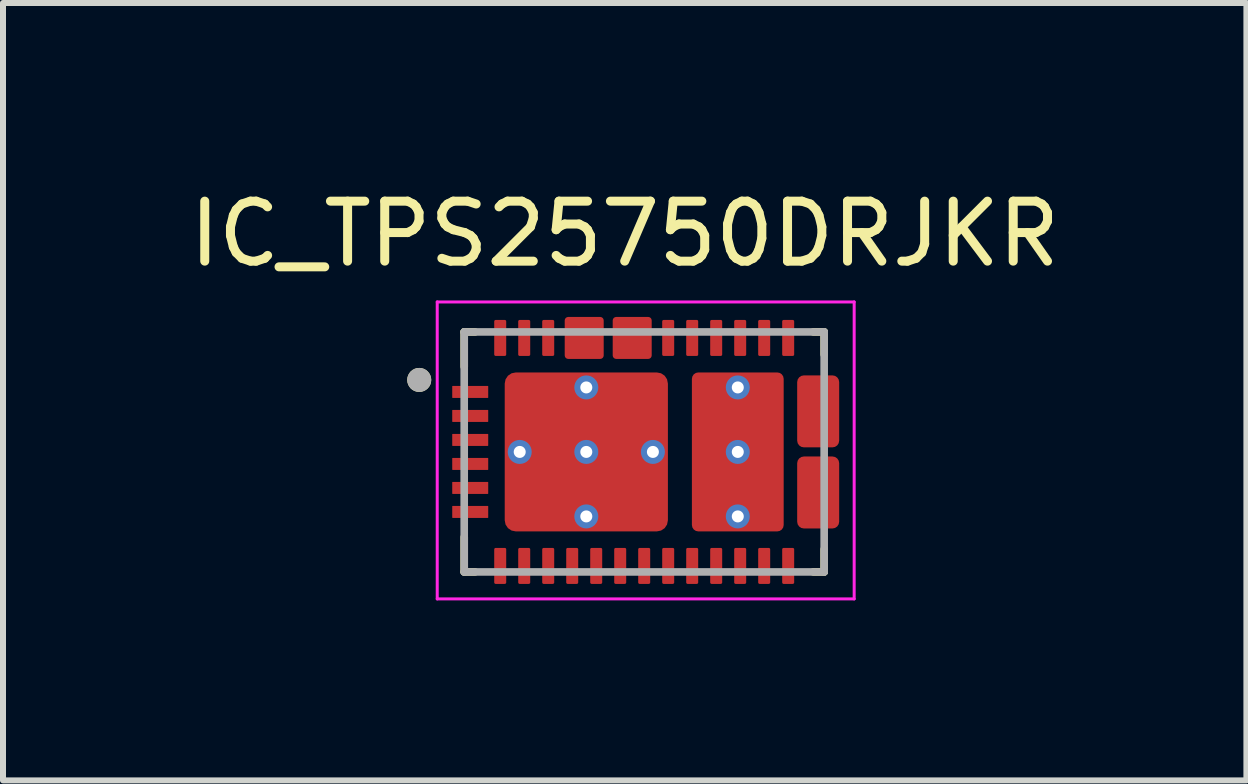
<source format=kicad_pcb>
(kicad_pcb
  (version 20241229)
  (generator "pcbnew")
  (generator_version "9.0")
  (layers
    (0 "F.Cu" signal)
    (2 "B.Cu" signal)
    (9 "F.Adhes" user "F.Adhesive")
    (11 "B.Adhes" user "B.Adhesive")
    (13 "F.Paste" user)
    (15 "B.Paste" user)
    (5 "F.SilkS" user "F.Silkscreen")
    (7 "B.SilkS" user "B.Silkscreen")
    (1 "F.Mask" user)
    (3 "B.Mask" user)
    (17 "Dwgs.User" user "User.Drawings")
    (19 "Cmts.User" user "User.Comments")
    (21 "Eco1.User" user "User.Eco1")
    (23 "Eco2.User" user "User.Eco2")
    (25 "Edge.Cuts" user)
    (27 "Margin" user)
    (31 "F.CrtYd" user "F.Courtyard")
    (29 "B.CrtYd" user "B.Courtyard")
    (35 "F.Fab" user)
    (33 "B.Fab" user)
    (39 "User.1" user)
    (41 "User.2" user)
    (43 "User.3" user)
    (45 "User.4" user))
  (footprint "IC_TPS25750DRJKR"
    (layer "F.Cu")
    (at 7.688 4.483)
    (property "Reference" "IC_TPS25750DRJKR" (at -0.325 -3.635 0) (layer "F.SilkS") (effects (font (size 1 1) (thickness 0.15))))
    (attr smd)
    (fp_poly (pts (xy -2.65 -0.85) (xy -3.15 -0.85) (xy -3.155 -0.85) (xy -3.16 -0.851) (xy -3.166 -0.851) (xy -3.171 -0.852) (xy -3.176 -0.853) (xy -3.181 -0.855) (xy -3.186 -0.857) (xy -3.191 -0.859) (xy -3.195 -0.861) (xy -3.2 -0.863) (xy -3.204 -0.866) (xy -3.209 -0.869) (xy -3.213 -0.872) (xy -3.217 -0.876) (xy -3.221 -0.879) (xy -3.224 -0.883) (xy -3.228 -0.887) (xy -3.231 -0.891) (xy -3.234 -0.896) (xy -3.237 -0.9) (xy -3.239 -0.905) (xy -3.241 -0.909) (xy -3.243 -0.914) (xy -3.245 -0.919) (xy -3.247 -0.924) (xy -3.248 -0.929) (xy -3.249 -0.934) (xy -3.249 -0.94) (xy -3.25 -0.945) (xy -3.25 -0.95) (xy -3.25 -1.05) (xy -3.25 -1.055) (xy -3.249 -1.06) (xy -3.249 -1.066) (xy -3.248 -1.071) (xy -3.247 -1.076) (xy -3.245 -1.081) (xy -3.243 -1.086) (xy -3.241 -1.091) (xy -3.239 -1.095) (xy -3.237 -1.1) (xy -3.234 -1.104) (xy -3.231 -1.109) (xy -3.228 -1.113) (xy -3.224 -1.117) (xy -3.221 -1.121) (xy -3.217 -1.124) (xy -3.213 -1.128) (xy -3.209 -1.131) (xy -3.204 -1.134) (xy -3.2 -1.137) (xy -3.195 -1.139) (xy -3.191 -1.141) (xy -3.186 -1.143) (xy -3.181 -1.145) (xy -3.176 -1.147) (xy -3.171 -1.148) (xy -3.166 -1.149) (xy -3.16 -1.149) (xy -3.155 -1.15) (xy -3.15 -1.15) (xy -2.65 -1.15) (xy -2.645 -1.15) (xy -2.64 -1.149) (xy -2.634 -1.149) (xy -2.629 -1.148) (xy -2.624 -1.147) (xy -2.619 -1.145) (xy -2.614 -1.143) (xy -2.609 -1.141) (xy -2.605 -1.139) (xy -2.6 -1.137) (xy -2.596 -1.134) (xy -2.591 -1.131) (xy -2.587 -1.128) (xy -2.583 -1.124) (xy -2.579 -1.121) (xy -2.576 -1.117) (xy -2.572 -1.113) (xy -2.569 -1.109) (xy -2.566 -1.104) (xy -2.563 -1.1) (xy -2.561 -1.095) (xy -2.559 -1.091) (xy -2.557 -1.086) (xy -2.555 -1.081) (xy -2.553 -1.076) (xy -2.552 -1.071) (xy -2.551 -1.066) (xy -2.551 -1.06) (xy -2.55 -1.055) (xy -2.55 -1.05) (xy -2.55 -0.95) (xy -2.55 -0.945) (xy -2.551 -0.94) (xy -2.551 -0.934) (xy -2.552 -0.929) (xy -2.553 -0.924) (xy -2.555 -0.919) (xy -2.557 -0.914) (xy -2.559 -0.909) (xy -2.561 -0.905) (xy -2.563 -0.9) (xy -2.566 -0.896) (xy -2.569 -0.891) (xy -2.572 -0.887) (xy -2.576 -0.883) (xy -2.579 -0.879) (xy -2.583 -0.876) (xy -2.587 -0.872) (xy -2.591 -0.869) (xy -2.596 -0.866) (xy -2.6 -0.863) (xy -2.605 -0.861) (xy -2.609 -0.859) (xy -2.614 -0.857) (xy -2.619 -0.855) (xy -2.624 -0.853) (xy -2.629 -0.852) (xy -2.634 -0.851) (xy -2.64 -0.851) (xy -2.645 -0.85) (xy -2.65 -0.85)) (stroke (width 0.01) (type solid)) (fill yes) (layer "F.Mask"))
    (fp_poly (pts (xy -2.65 -0.45) (xy -3.15 -0.45) (xy -3.155 -0.45) (xy -3.16 -0.451) (xy -3.166 -0.451) (xy -3.171 -0.452) (xy -3.176 -0.453) (xy -3.181 -0.455) (xy -3.186 -0.457) (xy -3.191 -0.459) (xy -3.195 -0.461) (xy -3.2 -0.463) (xy -3.204 -0.466) (xy -3.209 -0.469) (xy -3.213 -0.472) (xy -3.217 -0.476) (xy -3.221 -0.479) (xy -3.224 -0.483) (xy -3.228 -0.487) (xy -3.231 -0.491) (xy -3.234 -0.496) (xy -3.237 -0.5) (xy -3.239 -0.505) (xy -3.241 -0.509) (xy -3.243 -0.514) (xy -3.245 -0.519) (xy -3.247 -0.524) (xy -3.248 -0.529) (xy -3.249 -0.534) (xy -3.249 -0.54) (xy -3.25 -0.545) (xy -3.25 -0.55) (xy -3.25 -0.65) (xy -3.25 -0.655) (xy -3.249 -0.66) (xy -3.249 -0.666) (xy -3.248 -0.671) (xy -3.247 -0.676) (xy -3.245 -0.681) (xy -3.243 -0.686) (xy -3.241 -0.691) (xy -3.239 -0.695) (xy -3.237 -0.7) (xy -3.234 -0.704) (xy -3.231 -0.709) (xy -3.228 -0.713) (xy -3.224 -0.717) (xy -3.221 -0.721) (xy -3.217 -0.724) (xy -3.213 -0.728) (xy -3.209 -0.731) (xy -3.204 -0.734) (xy -3.2 -0.737) (xy -3.195 -0.739) (xy -3.191 -0.741) (xy -3.186 -0.743) (xy -3.181 -0.745) (xy -3.176 -0.747) (xy -3.171 -0.748) (xy -3.166 -0.749) (xy -3.16 -0.749) (xy -3.155 -0.75) (xy -3.15 -0.75) (xy -2.65 -0.75) (xy -2.645 -0.75) (xy -2.64 -0.749) (xy -2.634 -0.749) (xy -2.629 -0.748) (xy -2.624 -0.747) (xy -2.619 -0.745) (xy -2.614 -0.743) (xy -2.609 -0.741) (xy -2.605 -0.739) (xy -2.6 -0.737) (xy -2.596 -0.734) (xy -2.591 -0.731) (xy -2.587 -0.728) (xy -2.583 -0.724) (xy -2.579 -0.721) (xy -2.576 -0.717) (xy -2.572 -0.713) (xy -2.569 -0.709) (xy -2.566 -0.704) (xy -2.563 -0.7) (xy -2.561 -0.695) (xy -2.559 -0.691) (xy -2.557 -0.686) (xy -2.555 -0.681) (xy -2.553 -0.676) (xy -2.552 -0.671) (xy -2.551 -0.666) (xy -2.551 -0.66) (xy -2.55 -0.655) (xy -2.55 -0.65) (xy -2.55 -0.55) (xy -2.55 -0.545) (xy -2.551 -0.54) (xy -2.551 -0.534) (xy -2.552 -0.529) (xy -2.553 -0.524) (xy -2.555 -0.519) (xy -2.557 -0.514) (xy -2.559 -0.509) (xy -2.561 -0.505) (xy -2.563 -0.5) (xy -2.566 -0.496) (xy -2.569 -0.491) (xy -2.572 -0.487) (xy -2.576 -0.483) (xy -2.579 -0.479) (xy -2.583 -0.476) (xy -2.587 -0.472) (xy -2.591 -0.469) (xy -2.596 -0.466) (xy -2.6 -0.463) (xy -2.605 -0.461) (xy -2.609 -0.459) (xy -2.614 -0.457) (xy -2.619 -0.455) (xy -2.624 -0.453) (xy -2.629 -0.452) (xy -2.634 -0.451) (xy -2.64 -0.451) (xy -2.645 -0.45) (xy -2.65 -0.45)) (stroke (width 0.01) (type solid)) (fill yes) (layer "F.Mask"))
    (fp_poly (pts (xy -2.65 -0.05) (xy -3.15 -0.05) (xy -3.155 -0.05) (xy -3.16 -0.051) (xy -3.166 -0.051) (xy -3.171 -0.052) (xy -3.176 -0.053) (xy -3.181 -0.055) (xy -3.186 -0.057) (xy -3.191 -0.059) (xy -3.195 -0.061) (xy -3.2 -0.063) (xy -3.204 -0.066) (xy -3.209 -0.069) (xy -3.213 -0.072) (xy -3.217 -0.076) (xy -3.221 -0.079) (xy -3.224 -0.083) (xy -3.228 -0.087) (xy -3.231 -0.091) (xy -3.234 -0.096) (xy -3.237 -0.1) (xy -3.239 -0.105) (xy -3.241 -0.109) (xy -3.243 -0.114) (xy -3.245 -0.119) (xy -3.247 -0.124) (xy -3.248 -0.129) (xy -3.249 -0.134) (xy -3.249 -0.14) (xy -3.25 -0.145) (xy -3.25 -0.15) (xy -3.25 -0.25) (xy -3.25 -0.255) (xy -3.249 -0.26) (xy -3.249 -0.266) (xy -3.248 -0.271) (xy -3.247 -0.276) (xy -3.245 -0.281) (xy -3.243 -0.286) (xy -3.241 -0.291) (xy -3.239 -0.295) (xy -3.237 -0.3) (xy -3.234 -0.304) (xy -3.231 -0.309) (xy -3.228 -0.313) (xy -3.224 -0.317) (xy -3.221 -0.321) (xy -3.217 -0.324) (xy -3.213 -0.328) (xy -3.209 -0.331) (xy -3.204 -0.334) (xy -3.2 -0.337) (xy -3.195 -0.339) (xy -3.191 -0.341) (xy -3.186 -0.343) (xy -3.181 -0.345) (xy -3.176 -0.347) (xy -3.171 -0.348) (xy -3.166 -0.349) (xy -3.16 -0.349) (xy -3.155 -0.35) (xy -3.15 -0.35) (xy -2.65 -0.35) (xy -2.645 -0.35) (xy -2.64 -0.349) (xy -2.634 -0.349) (xy -2.629 -0.348) (xy -2.624 -0.347) (xy -2.619 -0.345) (xy -2.614 -0.343) (xy -2.609 -0.341) (xy -2.605 -0.339) (xy -2.6 -0.337) (xy -2.596 -0.334) (xy -2.591 -0.331) (xy -2.587 -0.328) (xy -2.583 -0.324) (xy -2.579 -0.321) (xy -2.576 -0.317) (xy -2.572 -0.313) (xy -2.569 -0.309) (xy -2.566 -0.304) (xy -2.563 -0.3) (xy -2.561 -0.295) (xy -2.559 -0.291) (xy -2.557 -0.286) (xy -2.555 -0.281) (xy -2.553 -0.276) (xy -2.552 -0.271) (xy -2.551 -0.266) (xy -2.551 -0.26) (xy -2.55 -0.255) (xy -2.55 -0.25) (xy -2.55 -0.15) (xy -2.55 -0.145) (xy -2.551 -0.14) (xy -2.551 -0.134) (xy -2.552 -0.129) (xy -2.553 -0.124) (xy -2.555 -0.119) (xy -2.557 -0.114) (xy -2.559 -0.109) (xy -2.561 -0.105) (xy -2.563 -0.1) (xy -2.566 -0.096) (xy -2.569 -0.091) (xy -2.572 -0.087) (xy -2.576 -0.083) (xy -2.579 -0.079) (xy -2.583 -0.076) (xy -2.587 -0.072) (xy -2.591 -0.069) (xy -2.596 -0.066) (xy -2.6 -0.063) (xy -2.605 -0.061) (xy -2.609 -0.059) (xy -2.614 -0.057) (xy -2.619 -0.055) (xy -2.624 -0.053) (xy -2.629 -0.052) (xy -2.634 -0.051) (xy -2.64 -0.051) (xy -2.645 -0.05) (xy -2.65 -0.05)) (stroke (width 0.01) (type solid)) (fill yes) (layer "F.Mask"))
    (fp_poly (pts (xy -2.65 0.35) (xy -3.15 0.35) (xy -3.155 0.35) (xy -3.16 0.349) (xy -3.166 0.349) (xy -3.171 0.348) (xy -3.176 0.347) (xy -3.181 0.345) (xy -3.186 0.343) (xy -3.191 0.341) (xy -3.195 0.339) (xy -3.2 0.337) (xy -3.204 0.334) (xy -3.209 0.331) (xy -3.213 0.328) (xy -3.217 0.324) (xy -3.221 0.321) (xy -3.224 0.317) (xy -3.228 0.313) (xy -3.231 0.309) (xy -3.234 0.304) (xy -3.237 0.3) (xy -3.239 0.295) (xy -3.241 0.291) (xy -3.243 0.286) (xy -3.245 0.281) (xy -3.247 0.276) (xy -3.248 0.271) (xy -3.249 0.266) (xy -3.249 0.26) (xy -3.25 0.255) (xy -3.25 0.25) (xy -3.25 0.15) (xy -3.25 0.145) (xy -3.249 0.14) (xy -3.249 0.134) (xy -3.248 0.129) (xy -3.247 0.124) (xy -3.245 0.119) (xy -3.243 0.114) (xy -3.241 0.109) (xy -3.239 0.105) (xy -3.237 0.1) (xy -3.234 0.096) (xy -3.231 0.091) (xy -3.228 0.087) (xy -3.224 0.083) (xy -3.221 0.079) (xy -3.217 0.076) (xy -3.213 0.072) (xy -3.209 0.069) (xy -3.204 0.066) (xy -3.2 0.063) (xy -3.195 0.061) (xy -3.191 0.059) (xy -3.186 0.057) (xy -3.181 0.055) (xy -3.176 0.053) (xy -3.171 0.052) (xy -3.166 0.051) (xy -3.16 0.051) (xy -3.155 0.05) (xy -3.15 0.05) (xy -2.65 0.05) (xy -2.645 0.05) (xy -2.64 0.051) (xy -2.634 0.051) (xy -2.629 0.052) (xy -2.624 0.053) (xy -2.619 0.055) (xy -2.614 0.057) (xy -2.609 0.059) (xy -2.605 0.061) (xy -2.6 0.063) (xy -2.596 0.066) (xy -2.591 0.069) (xy -2.587 0.072) (xy -2.583 0.076) (xy -2.579 0.079) (xy -2.576 0.083) (xy -2.572 0.087) (xy -2.569 0.091) (xy -2.566 0.096) (xy -2.563 0.1) (xy -2.561 0.105) (xy -2.559 0.109) (xy -2.557 0.114) (xy -2.555 0.119) (xy -2.553 0.124) (xy -2.552 0.129) (xy -2.551 0.134) (xy -2.551 0.14) (xy -2.55 0.145) (xy -2.55 0.15) (xy -2.55 0.25) (xy -2.55 0.255) (xy -2.551 0.26) (xy -2.551 0.266) (xy -2.552 0.271) (xy -2.553 0.276) (xy -2.555 0.281) (xy -2.557 0.286) (xy -2.559 0.291) (xy -2.561 0.295) (xy -2.563 0.3) (xy -2.566 0.304) (xy -2.569 0.309) (xy -2.572 0.313) (xy -2.576 0.317) (xy -2.579 0.321) (xy -2.583 0.324) (xy -2.587 0.328) (xy -2.591 0.331) (xy -2.596 0.334) (xy -2.6 0.337) (xy -2.605 0.339) (xy -2.609 0.341) (xy -2.614 0.343) (xy -2.619 0.345) (xy -2.624 0.347) (xy -2.629 0.348) (xy -2.634 0.349) (xy -2.64 0.349) (xy -2.645 0.35) (xy -2.65 0.35)) (stroke (width 0.01) (type solid)) (fill yes) (layer "F.Mask"))
    (fp_poly (pts (xy -2.65 0.75) (xy -3.15 0.75) (xy -3.155 0.75) (xy -3.16 0.749) (xy -3.166 0.749) (xy -3.171 0.748) (xy -3.176 0.747) (xy -3.181 0.745) (xy -3.186 0.743) (xy -3.191 0.741) (xy -3.195 0.739) (xy -3.2 0.737) (xy -3.204 0.734) (xy -3.209 0.731) (xy -3.213 0.728) (xy -3.217 0.724) (xy -3.221 0.721) (xy -3.224 0.717) (xy -3.228 0.713) (xy -3.231 0.709) (xy -3.234 0.704) (xy -3.237 0.7) (xy -3.239 0.695) (xy -3.241 0.691) (xy -3.243 0.686) (xy -3.245 0.681) (xy -3.247 0.676) (xy -3.248 0.671) (xy -3.249 0.666) (xy -3.249 0.66) (xy -3.25 0.655) (xy -3.25 0.65) (xy -3.25 0.55) (xy -3.25 0.545) (xy -3.249 0.54) (xy -3.249 0.534) (xy -3.248 0.529) (xy -3.247 0.524) (xy -3.245 0.519) (xy -3.243 0.514) (xy -3.241 0.509) (xy -3.239 0.505) (xy -3.237 0.5) (xy -3.234 0.496) (xy -3.231 0.491) (xy -3.228 0.487) (xy -3.224 0.483) (xy -3.221 0.479) (xy -3.217 0.476) (xy -3.213 0.472) (xy -3.209 0.469) (xy -3.204 0.466) (xy -3.2 0.463) (xy -3.195 0.461) (xy -3.191 0.459) (xy -3.186 0.457) (xy -3.181 0.455) (xy -3.176 0.453) (xy -3.171 0.452) (xy -3.166 0.451) (xy -3.16 0.451) (xy -3.155 0.45) (xy -3.15 0.45) (xy -2.65 0.45) (xy -2.645 0.45) (xy -2.64 0.451) (xy -2.634 0.451) (xy -2.629 0.452) (xy -2.624 0.453) (xy -2.619 0.455) (xy -2.614 0.457) (xy -2.609 0.459) (xy -2.605 0.461) (xy -2.6 0.463) (xy -2.596 0.466) (xy -2.591 0.469) (xy -2.587 0.472) (xy -2.583 0.476) (xy -2.579 0.479) (xy -2.576 0.483) (xy -2.572 0.487) (xy -2.569 0.491) (xy -2.566 0.496) (xy -2.563 0.5) (xy -2.561 0.505) (xy -2.559 0.509) (xy -2.557 0.514) (xy -2.555 0.519) (xy -2.553 0.524) (xy -2.552 0.529) (xy -2.551 0.534) (xy -2.551 0.54) (xy -2.55 0.545) (xy -2.55 0.55) (xy -2.55 0.65) (xy -2.55 0.655) (xy -2.551 0.66) (xy -2.551 0.666) (xy -2.552 0.671) (xy -2.553 0.676) (xy -2.555 0.681) (xy -2.557 0.686) (xy -2.559 0.691) (xy -2.561 0.695) (xy -2.563 0.7) (xy -2.566 0.704) (xy -2.569 0.709) (xy -2.572 0.713) (xy -2.576 0.717) (xy -2.579 0.721) (xy -2.583 0.724) (xy -2.587 0.728) (xy -2.591 0.731) (xy -2.596 0.734) (xy -2.6 0.737) (xy -2.605 0.739) (xy -2.609 0.741) (xy -2.614 0.743) (xy -2.619 0.745) (xy -2.624 0.747) (xy -2.629 0.748) (xy -2.634 0.749) (xy -2.64 0.749) (xy -2.645 0.75) (xy -2.65 0.75)) (stroke (width 0.01) (type solid)) (fill yes) (layer "F.Mask"))
    (fp_poly (pts (xy -2.65 1.15) (xy -3.15 1.15) (xy -3.155 1.15) (xy -3.16 1.149) (xy -3.166 1.149) (xy -3.171 1.148) (xy -3.176 1.147) (xy -3.181 1.145) (xy -3.186 1.143) (xy -3.191 1.141) (xy -3.195 1.139) (xy -3.2 1.137) (xy -3.204 1.134) (xy -3.209 1.131) (xy -3.213 1.128) (xy -3.217 1.124) (xy -3.221 1.121) (xy -3.224 1.117) (xy -3.228 1.113) (xy -3.231 1.109) (xy -3.234 1.104) (xy -3.237 1.1) (xy -3.239 1.095) (xy -3.241 1.091) (xy -3.243 1.086) (xy -3.245 1.081) (xy -3.247 1.076) (xy -3.248 1.071) (xy -3.249 1.066) (xy -3.249 1.06) (xy -3.25 1.055) (xy -3.25 1.05) (xy -3.25 0.95) (xy -3.25 0.945) (xy -3.249 0.94) (xy -3.249 0.934) (xy -3.248 0.929) (xy -3.247 0.924) (xy -3.245 0.919) (xy -3.243 0.914) (xy -3.241 0.909) (xy -3.239 0.905) (xy -3.237 0.9) (xy -3.234 0.896) (xy -3.231 0.891) (xy -3.228 0.887) (xy -3.224 0.883) (xy -3.221 0.879) (xy -3.217 0.876) (xy -3.213 0.872) (xy -3.209 0.869) (xy -3.204 0.866) (xy -3.2 0.863) (xy -3.195 0.861) (xy -3.191 0.859) (xy -3.186 0.857) (xy -3.181 0.855) (xy -3.176 0.853) (xy -3.171 0.852) (xy -3.166 0.851) (xy -3.16 0.851) (xy -3.155 0.85) (xy -3.15 0.85) (xy -2.65 0.85) (xy -2.645 0.85) (xy -2.64 0.851) (xy -2.634 0.851) (xy -2.629 0.852) (xy -2.624 0.853) (xy -2.619 0.855) (xy -2.614 0.857) (xy -2.609 0.859) (xy -2.605 0.861) (xy -2.6 0.863) (xy -2.596 0.866) (xy -2.591 0.869) (xy -2.587 0.872) (xy -2.583 0.876) (xy -2.579 0.879) (xy -2.576 0.883) (xy -2.572 0.887) (xy -2.569 0.891) (xy -2.566 0.896) (xy -2.563 0.9) (xy -2.561 0.905) (xy -2.559 0.909) (xy -2.557 0.914) (xy -2.555 0.919) (xy -2.553 0.924) (xy -2.552 0.929) (xy -2.551 0.934) (xy -2.551 0.94) (xy -2.55 0.945) (xy -2.55 0.95) (xy -2.55 1.05) (xy -2.55 1.055) (xy -2.551 1.06) (xy -2.551 1.066) (xy -2.552 1.071) (xy -2.553 1.076) (xy -2.555 1.081) (xy -2.557 1.086) (xy -2.559 1.091) (xy -2.561 1.095) (xy -2.563 1.1) (xy -2.566 1.104) (xy -2.569 1.109) (xy -2.572 1.113) (xy -2.576 1.117) (xy -2.579 1.121) (xy -2.583 1.124) (xy -2.587 1.128) (xy -2.591 1.131) (xy -2.596 1.134) (xy -2.6 1.137) (xy -2.605 1.139) (xy -2.609 1.141) (xy -2.614 1.143) (xy -2.619 1.145) (xy -2.624 1.147) (xy -2.629 1.148) (xy -2.634 1.149) (xy -2.64 1.149) (xy -2.645 1.15) (xy -2.65 1.15)) (stroke (width 0.01) (type solid)) (fill yes) (layer "F.Mask"))
    (fp_poly (pts (xy -2.55 -1.65) (xy -2.55 -2.15) (xy -2.55 -2.155) (xy -2.549 -2.16) (xy -2.549 -2.166) (xy -2.548 -2.171) (xy -2.547 -2.176) (xy -2.545 -2.181) (xy -2.543 -2.186) (xy -2.541 -2.191) (xy -2.539 -2.195) (xy -2.537 -2.2) (xy -2.534 -2.204) (xy -2.531 -2.209) (xy -2.528 -2.213) (xy -2.524 -2.217) (xy -2.521 -2.221) (xy -2.517 -2.224) (xy -2.513 -2.228) (xy -2.509 -2.231) (xy -2.504 -2.234) (xy -2.5 -2.237) (xy -2.495 -2.239) (xy -2.491 -2.241) (xy -2.486 -2.243) (xy -2.481 -2.245) (xy -2.476 -2.247) (xy -2.471 -2.248) (xy -2.466 -2.249) (xy -2.46 -2.249) (xy -2.455 -2.25) (xy -2.45 -2.25) (xy -2.35 -2.25) (xy -2.345 -2.25) (xy -2.34 -2.249) (xy -2.334 -2.249) (xy -2.329 -2.248) (xy -2.324 -2.247) (xy -2.319 -2.245) (xy -2.314 -2.243) (xy -2.309 -2.241) (xy -2.305 -2.239) (xy -2.3 -2.237) (xy -2.296 -2.234) (xy -2.291 -2.231) (xy -2.287 -2.228) (xy -2.283 -2.224) (xy -2.279 -2.221) (xy -2.276 -2.217) (xy -2.272 -2.213) (xy -2.269 -2.209) (xy -2.266 -2.204) (xy -2.263 -2.2) (xy -2.261 -2.195) (xy -2.259 -2.191) (xy -2.257 -2.186) (xy -2.255 -2.181) (xy -2.253 -2.176) (xy -2.252 -2.171) (xy -2.251 -2.166) (xy -2.251 -2.16) (xy -2.25 -2.155) (xy -2.25 -2.15) (xy -2.25 -1.65) (xy -2.25 -1.645) (xy -2.251 -1.64) (xy -2.251 -1.634) (xy -2.252 -1.629) (xy -2.253 -1.624) (xy -2.255 -1.619) (xy -2.257 -1.614) (xy -2.259 -1.609) (xy -2.261 -1.605) (xy -2.263 -1.6) (xy -2.266 -1.596) (xy -2.269 -1.591) (xy -2.272 -1.587) (xy -2.276 -1.583) (xy -2.279 -1.579) (xy -2.283 -1.576) (xy -2.287 -1.572) (xy -2.291 -1.569) (xy -2.296 -1.566) (xy -2.3 -1.563) (xy -2.305 -1.561) (xy -2.309 -1.559) (xy -2.314 -1.557) (xy -2.319 -1.555) (xy -2.324 -1.553) (xy -2.329 -1.552) (xy -2.334 -1.551) (xy -2.34 -1.551) (xy -2.345 -1.55) (xy -2.35 -1.55) (xy -2.45 -1.55) (xy -2.455 -1.55) (xy -2.46 -1.551) (xy -2.466 -1.551) (xy -2.471 -1.552) (xy -2.476 -1.553) (xy -2.481 -1.555) (xy -2.486 -1.557) (xy -2.491 -1.559) (xy -2.495 -1.561) (xy -2.5 -1.563) (xy -2.504 -1.566) (xy -2.509 -1.569) (xy -2.513 -1.572) (xy -2.517 -1.576) (xy -2.521 -1.579) (xy -2.524 -1.583) (xy -2.528 -1.587) (xy -2.531 -1.591) (xy -2.534 -1.596) (xy -2.537 -1.6) (xy -2.539 -1.605) (xy -2.541 -1.609) (xy -2.543 -1.614) (xy -2.545 -1.619) (xy -2.547 -1.624) (xy -2.548 -1.629) (xy -2.549 -1.634) (xy -2.549 -1.64) (xy -2.55 -1.645) (xy -2.55 -1.65)) (stroke (width 0.01) (type solid)) (fill yes) (layer "F.Mask"))
    (fp_poly (pts (xy -2.25 1.65) (xy -2.25 2.15) (xy -2.25 2.155) (xy -2.251 2.16) (xy -2.251 2.166) (xy -2.252 2.171) (xy -2.253 2.176) (xy -2.255 2.181) (xy -2.257 2.186) (xy -2.259 2.191) (xy -2.261 2.195) (xy -2.263 2.2) (xy -2.266 2.204) (xy -2.269 2.209) (xy -2.272 2.213) (xy -2.276 2.217) (xy -2.279 2.221) (xy -2.283 2.224) (xy -2.287 2.228) (xy -2.291 2.231) (xy -2.296 2.234) (xy -2.3 2.237) (xy -2.305 2.239) (xy -2.309 2.241) (xy -2.314 2.243) (xy -2.319 2.245) (xy -2.324 2.247) (xy -2.329 2.248) (xy -2.334 2.249) (xy -2.34 2.249) (xy -2.345 2.25) (xy -2.35 2.25) (xy -2.45 2.25) (xy -2.455 2.25) (xy -2.46 2.249) (xy -2.466 2.249) (xy -2.471 2.248) (xy -2.476 2.247) (xy -2.481 2.245) (xy -2.486 2.243) (xy -2.491 2.241) (xy -2.495 2.239) (xy -2.5 2.237) (xy -2.504 2.234) (xy -2.509 2.231) (xy -2.513 2.228) (xy -2.517 2.224) (xy -2.521 2.221) (xy -2.524 2.217) (xy -2.528 2.213) (xy -2.531 2.209) (xy -2.534 2.204) (xy -2.537 2.2) (xy -2.539 2.195) (xy -2.541 2.191) (xy -2.543 2.186) (xy -2.545 2.181) (xy -2.547 2.176) (xy -2.548 2.171) (xy -2.549 2.166) (xy -2.549 2.16) (xy -2.55 2.155) (xy -2.55 2.15) (xy -2.55 1.65) (xy -2.55 1.645) (xy -2.549 1.64) (xy -2.549 1.634) (xy -2.548 1.629) (xy -2.547 1.624) (xy -2.545 1.619) (xy -2.543 1.614) (xy -2.541 1.609) (xy -2.539 1.605) (xy -2.537 1.6) (xy -2.534 1.596) (xy -2.531 1.591) (xy -2.528 1.587) (xy -2.524 1.583) (xy -2.521 1.579) (xy -2.517 1.576) (xy -2.513 1.572) (xy -2.509 1.569) (xy -2.504 1.566) (xy -2.5 1.563) (xy -2.495 1.561) (xy -2.491 1.559) (xy -2.486 1.557) (xy -2.481 1.555) (xy -2.476 1.553) (xy -2.471 1.552) (xy -2.466 1.551) (xy -2.46 1.551) (xy -2.455 1.55) (xy -2.45 1.55) (xy -2.35 1.55) (xy -2.345 1.55) (xy -2.34 1.551) (xy -2.334 1.551) (xy -2.329 1.552) (xy -2.324 1.553) (xy -2.319 1.555) (xy -2.314 1.557) (xy -2.309 1.559) (xy -2.305 1.561) (xy -2.3 1.563) (xy -2.296 1.566) (xy -2.291 1.569) (xy -2.287 1.572) (xy -2.283 1.576) (xy -2.279 1.579) (xy -2.276 1.583) (xy -2.272 1.587) (xy -2.269 1.591) (xy -2.266 1.596) (xy -2.263 1.6) (xy -2.261 1.605) (xy -2.259 1.609) (xy -2.257 1.614) (xy -2.255 1.619) (xy -2.253 1.624) (xy -2.252 1.629) (xy -2.251 1.634) (xy -2.251 1.64) (xy -2.25 1.645) (xy -2.25 1.65)) (stroke (width 0.01) (type solid)) (fill yes) (layer "F.Mask"))
    (fp_poly (pts (xy -2.15 -1.65) (xy -2.15 -2.15) (xy -2.15 -2.155) (xy -2.149 -2.16) (xy -2.149 -2.166) (xy -2.148 -2.171) (xy -2.147 -2.176) (xy -2.145 -2.181) (xy -2.143 -2.186) (xy -2.141 -2.191) (xy -2.139 -2.195) (xy -2.137 -2.2) (xy -2.134 -2.204) (xy -2.131 -2.209) (xy -2.128 -2.213) (xy -2.124 -2.217) (xy -2.121 -2.221) (xy -2.117 -2.224) (xy -2.113 -2.228) (xy -2.109 -2.231) (xy -2.104 -2.234) (xy -2.1 -2.237) (xy -2.095 -2.239) (xy -2.091 -2.241) (xy -2.086 -2.243) (xy -2.081 -2.245) (xy -2.076 -2.247) (xy -2.071 -2.248) (xy -2.066 -2.249) (xy -2.06 -2.249) (xy -2.055 -2.25) (xy -2.05 -2.25) (xy -1.95 -2.25) (xy -1.945 -2.25) (xy -1.94 -2.249) (xy -1.934 -2.249) (xy -1.929 -2.248) (xy -1.924 -2.247) (xy -1.919 -2.245) (xy -1.914 -2.243) (xy -1.909 -2.241) (xy -1.905 -2.239) (xy -1.9 -2.237) (xy -1.896 -2.234) (xy -1.891 -2.231) (xy -1.887 -2.228) (xy -1.883 -2.224) (xy -1.879 -2.221) (xy -1.876 -2.217) (xy -1.872 -2.213) (xy -1.869 -2.209) (xy -1.866 -2.204) (xy -1.863 -2.2) (xy -1.861 -2.195) (xy -1.859 -2.191) (xy -1.857 -2.186) (xy -1.855 -2.181) (xy -1.853 -2.176) (xy -1.852 -2.171) (xy -1.851 -2.166) (xy -1.851 -2.16) (xy -1.85 -2.155) (xy -1.85 -2.15) (xy -1.85 -1.65) (xy -1.85 -1.645) (xy -1.851 -1.64) (xy -1.851 -1.634) (xy -1.852 -1.629) (xy -1.853 -1.624) (xy -1.855 -1.619) (xy -1.857 -1.614) (xy -1.859 -1.609) (xy -1.861 -1.605) (xy -1.863 -1.6) (xy -1.866 -1.596) (xy -1.869 -1.591) (xy -1.872 -1.587) (xy -1.876 -1.583) (xy -1.879 -1.579) (xy -1.883 -1.576) (xy -1.887 -1.572) (xy -1.891 -1.569) (xy -1.896 -1.566) (xy -1.9 -1.563) (xy -1.905 -1.561) (xy -1.909 -1.559) (xy -1.914 -1.557) (xy -1.919 -1.555) (xy -1.924 -1.553) (xy -1.929 -1.552) (xy -1.934 -1.551) (xy -1.94 -1.551) (xy -1.945 -1.55) (xy -1.95 -1.55) (xy -2.05 -1.55) (xy -2.055 -1.55) (xy -2.06 -1.551) (xy -2.066 -1.551) (xy -2.071 -1.552) (xy -2.076 -1.553) (xy -2.081 -1.555) (xy -2.086 -1.557) (xy -2.091 -1.559) (xy -2.095 -1.561) (xy -2.1 -1.563) (xy -2.104 -1.566) (xy -2.109 -1.569) (xy -2.113 -1.572) (xy -2.117 -1.576) (xy -2.121 -1.579) (xy -2.124 -1.583) (xy -2.128 -1.587) (xy -2.131 -1.591) (xy -2.134 -1.596) (xy -2.137 -1.6) (xy -2.139 -1.605) (xy -2.141 -1.609) (xy -2.143 -1.614) (xy -2.145 -1.619) (xy -2.147 -1.624) (xy -2.148 -1.629) (xy -2.149 -1.634) (xy -2.149 -1.64) (xy -2.15 -1.645) (xy -2.15 -1.65)) (stroke (width 0.01) (type solid)) (fill yes) (layer "F.Mask"))
    (fp_poly (pts (xy -1.85 1.65) (xy -1.85 2.15) (xy -1.85 2.155) (xy -1.851 2.16) (xy -1.851 2.166) (xy -1.852 2.171) (xy -1.853 2.176) (xy -1.855 2.181) (xy -1.857 2.186) (xy -1.859 2.191) (xy -1.861 2.195) (xy -1.863 2.2) (xy -1.866 2.204) (xy -1.869 2.209) (xy -1.872 2.213) (xy -1.876 2.217) (xy -1.879 2.221) (xy -1.883 2.224) (xy -1.887 2.228) (xy -1.891 2.231) (xy -1.896 2.234) (xy -1.9 2.237) (xy -1.905 2.239) (xy -1.909 2.241) (xy -1.914 2.243) (xy -1.919 2.245) (xy -1.924 2.247) (xy -1.929 2.248) (xy -1.934 2.249) (xy -1.94 2.249) (xy -1.945 2.25) (xy -1.95 2.25) (xy -2.05 2.25) (xy -2.055 2.25) (xy -2.06 2.249) (xy -2.066 2.249) (xy -2.071 2.248) (xy -2.076 2.247) (xy -2.081 2.245) (xy -2.086 2.243) (xy -2.091 2.241) (xy -2.095 2.239) (xy -2.1 2.237) (xy -2.104 2.234) (xy -2.109 2.231) (xy -2.113 2.228) (xy -2.117 2.224) (xy -2.121 2.221) (xy -2.124 2.217) (xy -2.128 2.213) (xy -2.131 2.209) (xy -2.134 2.204) (xy -2.137 2.2) (xy -2.139 2.195) (xy -2.141 2.191) (xy -2.143 2.186) (xy -2.145 2.181) (xy -2.147 2.176) (xy -2.148 2.171) (xy -2.149 2.166) (xy -2.149 2.16) (xy -2.15 2.155) (xy -2.15 2.15) (xy -2.15 1.65) (xy -2.15 1.645) (xy -2.149 1.64) (xy -2.149 1.634) (xy -2.148 1.629) (xy -2.147 1.624) (xy -2.145 1.619) (xy -2.143 1.614) (xy -2.141 1.609) (xy -2.139 1.605) (xy -2.137 1.6) (xy -2.134 1.596) (xy -2.131 1.591) (xy -2.128 1.587) (xy -2.124 1.583) (xy -2.121 1.579) (xy -2.117 1.576) (xy -2.113 1.572) (xy -2.109 1.569) (xy -2.104 1.566) (xy -2.1 1.563) (xy -2.095 1.561) (xy -2.091 1.559) (xy -2.086 1.557) (xy -2.081 1.555) (xy -2.076 1.553) (xy -2.071 1.552) (xy -2.066 1.551) (xy -2.06 1.551) (xy -2.055 1.55) (xy -2.05 1.55) (xy -1.95 1.55) (xy -1.945 1.55) (xy -1.94 1.551) (xy -1.934 1.551) (xy -1.929 1.552) (xy -1.924 1.553) (xy -1.919 1.555) (xy -1.914 1.557) (xy -1.909 1.559) (xy -1.905 1.561) (xy -1.9 1.563) (xy -1.896 1.566) (xy -1.891 1.569) (xy -1.887 1.572) (xy -1.883 1.576) (xy -1.879 1.579) (xy -1.876 1.583) (xy -1.872 1.587) (xy -1.869 1.591) (xy -1.866 1.596) (xy -1.863 1.6) (xy -1.861 1.605) (xy -1.859 1.609) (xy -1.857 1.614) (xy -1.855 1.619) (xy -1.853 1.624) (xy -1.852 1.629) (xy -1.851 1.634) (xy -1.851 1.64) (xy -1.85 1.645) (xy -1.85 1.65)) (stroke (width 0.01) (type solid)) (fill yes) (layer "F.Mask"))
    (fp_poly (pts (xy -1.75 -1.65) (xy -1.75 -2.15) (xy -1.75 -2.155) (xy -1.749 -2.16) (xy -1.749 -2.166) (xy -1.748 -2.171) (xy -1.747 -2.176) (xy -1.745 -2.181) (xy -1.743 -2.186) (xy -1.741 -2.191) (xy -1.739 -2.195) (xy -1.737 -2.2) (xy -1.734 -2.204) (xy -1.731 -2.209) (xy -1.728 -2.213) (xy -1.724 -2.217) (xy -1.721 -2.221) (xy -1.717 -2.224) (xy -1.713 -2.228) (xy -1.709 -2.231) (xy -1.704 -2.234) (xy -1.7 -2.237) (xy -1.695 -2.239) (xy -1.691 -2.241) (xy -1.686 -2.243) (xy -1.681 -2.245) (xy -1.676 -2.247) (xy -1.671 -2.248) (xy -1.666 -2.249) (xy -1.66 -2.249) (xy -1.655 -2.25) (xy -1.65 -2.25) (xy -1.55 -2.25) (xy -1.545 -2.25) (xy -1.54 -2.249) (xy -1.534 -2.249) (xy -1.529 -2.248) (xy -1.524 -2.247) (xy -1.519 -2.245) (xy -1.514 -2.243) (xy -1.509 -2.241) (xy -1.505 -2.239) (xy -1.5 -2.237) (xy -1.496 -2.234) (xy -1.491 -2.231) (xy -1.487 -2.228) (xy -1.483 -2.224) (xy -1.479 -2.221) (xy -1.476 -2.217) (xy -1.472 -2.213) (xy -1.469 -2.209) (xy -1.466 -2.204) (xy -1.463 -2.2) (xy -1.461 -2.195) (xy -1.459 -2.191) (xy -1.457 -2.186) (xy -1.455 -2.181) (xy -1.453 -2.176) (xy -1.452 -2.171) (xy -1.451 -2.166) (xy -1.451 -2.16) (xy -1.45 -2.155) (xy -1.45 -2.15) (xy -1.45 -1.65) (xy -1.45 -1.645) (xy -1.451 -1.64) (xy -1.451 -1.634) (xy -1.452 -1.629) (xy -1.453 -1.624) (xy -1.455 -1.619) (xy -1.457 -1.614) (xy -1.459 -1.609) (xy -1.461 -1.605) (xy -1.463 -1.6) (xy -1.466 -1.596) (xy -1.469 -1.591) (xy -1.472 -1.587) (xy -1.476 -1.583) (xy -1.479 -1.579) (xy -1.483 -1.576) (xy -1.487 -1.572) (xy -1.491 -1.569) (xy -1.496 -1.566) (xy -1.5 -1.563) (xy -1.505 -1.561) (xy -1.509 -1.559) (xy -1.514 -1.557) (xy -1.519 -1.555) (xy -1.524 -1.553) (xy -1.529 -1.552) (xy -1.534 -1.551) (xy -1.54 -1.551) (xy -1.545 -1.55) (xy -1.55 -1.55) (xy -1.65 -1.55) (xy -1.655 -1.55) (xy -1.66 -1.551) (xy -1.666 -1.551) (xy -1.671 -1.552) (xy -1.676 -1.553) (xy -1.681 -1.555) (xy -1.686 -1.557) (xy -1.691 -1.559) (xy -1.695 -1.561) (xy -1.7 -1.563) (xy -1.704 -1.566) (xy -1.709 -1.569) (xy -1.713 -1.572) (xy -1.717 -1.576) (xy -1.721 -1.579) (xy -1.724 -1.583) (xy -1.728 -1.587) (xy -1.731 -1.591) (xy -1.734 -1.596) (xy -1.737 -1.6) (xy -1.739 -1.605) (xy -1.741 -1.609) (xy -1.743 -1.614) (xy -1.745 -1.619) (xy -1.747 -1.624) (xy -1.748 -1.629) (xy -1.749 -1.634) (xy -1.749 -1.64) (xy -1.75 -1.645) (xy -1.75 -1.65)) (stroke (width 0.01) (type solid)) (fill yes) (layer "F.Mask"))
    (fp_poly (pts (xy -1.45 1.65) (xy -1.45 2.15) (xy -1.45 2.155) (xy -1.451 2.16) (xy -1.451 2.166) (xy -1.452 2.171) (xy -1.453 2.176) (xy -1.455 2.181) (xy -1.457 2.186) (xy -1.459 2.191) (xy -1.461 2.195) (xy -1.463 2.2) (xy -1.466 2.204) (xy -1.469 2.209) (xy -1.472 2.213) (xy -1.476 2.217) (xy -1.479 2.221) (xy -1.483 2.224) (xy -1.487 2.228) (xy -1.491 2.231) (xy -1.496 2.234) (xy -1.5 2.237) (xy -1.505 2.239) (xy -1.509 2.241) (xy -1.514 2.243) (xy -1.519 2.245) (xy -1.524 2.247) (xy -1.529 2.248) (xy -1.534 2.249) (xy -1.54 2.249) (xy -1.545 2.25) (xy -1.55 2.25) (xy -1.65 2.25) (xy -1.655 2.25) (xy -1.66 2.249) (xy -1.666 2.249) (xy -1.671 2.248) (xy -1.676 2.247) (xy -1.681 2.245) (xy -1.686 2.243) (xy -1.691 2.241) (xy -1.695 2.239) (xy -1.7 2.237) (xy -1.704 2.234) (xy -1.709 2.231) (xy -1.713 2.228) (xy -1.717 2.224) (xy -1.721 2.221) (xy -1.724 2.217) (xy -1.728 2.213) (xy -1.731 2.209) (xy -1.734 2.204) (xy -1.737 2.2) (xy -1.739 2.195) (xy -1.741 2.191) (xy -1.743 2.186) (xy -1.745 2.181) (xy -1.747 2.176) (xy -1.748 2.171) (xy -1.749 2.166) (xy -1.749 2.16) (xy -1.75 2.155) (xy -1.75 2.15) (xy -1.75 1.65) (xy -1.75 1.645) (xy -1.749 1.64) (xy -1.749 1.634) (xy -1.748 1.629) (xy -1.747 1.624) (xy -1.745 1.619) (xy -1.743 1.614) (xy -1.741 1.609) (xy -1.739 1.605) (xy -1.737 1.6) (xy -1.734 1.596) (xy -1.731 1.591) (xy -1.728 1.587) (xy -1.724 1.583) (xy -1.721 1.579) (xy -1.717 1.576) (xy -1.713 1.572) (xy -1.709 1.569) (xy -1.704 1.566) (xy -1.7 1.563) (xy -1.695 1.561) (xy -1.691 1.559) (xy -1.686 1.557) (xy -1.681 1.555) (xy -1.676 1.553) (xy -1.671 1.552) (xy -1.666 1.551) (xy -1.66 1.551) (xy -1.655 1.55) (xy -1.65 1.55) (xy -1.55 1.55) (xy -1.545 1.55) (xy -1.54 1.551) (xy -1.534 1.551) (xy -1.529 1.552) (xy -1.524 1.553) (xy -1.519 1.555) (xy -1.514 1.557) (xy -1.509 1.559) (xy -1.505 1.561) (xy -1.5 1.563) (xy -1.496 1.566) (xy -1.491 1.569) (xy -1.487 1.572) (xy -1.483 1.576) (xy -1.479 1.579) (xy -1.476 1.583) (xy -1.472 1.587) (xy -1.469 1.591) (xy -1.466 1.596) (xy -1.463 1.6) (xy -1.461 1.605) (xy -1.459 1.609) (xy -1.457 1.614) (xy -1.455 1.619) (xy -1.453 1.624) (xy -1.452 1.629) (xy -1.451 1.634) (xy -1.451 1.64) (xy -1.45 1.645) (xy -1.45 1.65)) (stroke (width 0.01) (type solid)) (fill yes) (layer "F.Mask"))
    (fp_poly (pts (xy -1.05 1.65) (xy -1.05 2.15) (xy -1.05 2.155) (xy -1.051 2.16) (xy -1.051 2.166) (xy -1.052 2.171) (xy -1.053 2.176) (xy -1.055 2.181) (xy -1.057 2.186) (xy -1.059 2.191) (xy -1.061 2.195) (xy -1.063 2.2) (xy -1.066 2.204) (xy -1.069 2.209) (xy -1.072 2.213) (xy -1.076 2.217) (xy -1.079 2.221) (xy -1.083 2.224) (xy -1.087 2.228) (xy -1.091 2.231) (xy -1.096 2.234) (xy -1.1 2.237) (xy -1.105 2.239) (xy -1.109 2.241) (xy -1.114 2.243) (xy -1.119 2.245) (xy -1.124 2.247) (xy -1.129 2.248) (xy -1.134 2.249) (xy -1.14 2.249) (xy -1.145 2.25) (xy -1.15 2.25) (xy -1.25 2.25) (xy -1.255 2.25) (xy -1.26 2.249) (xy -1.266 2.249) (xy -1.271 2.248) (xy -1.276 2.247) (xy -1.281 2.245) (xy -1.286 2.243) (xy -1.291 2.241) (xy -1.295 2.239) (xy -1.3 2.237) (xy -1.304 2.234) (xy -1.309 2.231) (xy -1.313 2.228) (xy -1.317 2.224) (xy -1.321 2.221) (xy -1.324 2.217) (xy -1.328 2.213) (xy -1.331 2.209) (xy -1.334 2.204) (xy -1.337 2.2) (xy -1.339 2.195) (xy -1.341 2.191) (xy -1.343 2.186) (xy -1.345 2.181) (xy -1.347 2.176) (xy -1.348 2.171) (xy -1.349 2.166) (xy -1.349 2.16) (xy -1.35 2.155) (xy -1.35 2.15) (xy -1.35 1.65) (xy -1.35 1.645) (xy -1.349 1.64) (xy -1.349 1.634) (xy -1.348 1.629) (xy -1.347 1.624) (xy -1.345 1.619) (xy -1.343 1.614) (xy -1.341 1.609) (xy -1.339 1.605) (xy -1.337 1.6) (xy -1.334 1.596) (xy -1.331 1.591) (xy -1.328 1.587) (xy -1.324 1.583) (xy -1.321 1.579) (xy -1.317 1.576) (xy -1.313 1.572) (xy -1.309 1.569) (xy -1.304 1.566) (xy -1.3 1.563) (xy -1.295 1.561) (xy -1.291 1.559) (xy -1.286 1.557) (xy -1.281 1.555) (xy -1.276 1.553) (xy -1.271 1.552) (xy -1.266 1.551) (xy -1.26 1.551) (xy -1.255 1.55) (xy -1.25 1.55) (xy -1.15 1.55) (xy -1.145 1.55) (xy -1.14 1.551) (xy -1.134 1.551) (xy -1.129 1.552) (xy -1.124 1.553) (xy -1.119 1.555) (xy -1.114 1.557) (xy -1.109 1.559) (xy -1.105 1.561) (xy -1.1 1.563) (xy -1.096 1.566) (xy -1.091 1.569) (xy -1.087 1.572) (xy -1.083 1.576) (xy -1.079 1.579) (xy -1.076 1.583) (xy -1.072 1.587) (xy -1.069 1.591) (xy -1.066 1.596) (xy -1.063 1.6) (xy -1.061 1.605) (xy -1.059 1.609) (xy -1.057 1.614) (xy -1.055 1.619) (xy -1.053 1.624) (xy -1.052 1.629) (xy -1.051 1.634) (xy -1.051 1.64) (xy -1.05 1.645) (xy -1.05 1.65)) (stroke (width 0.01) (type solid)) (fill yes) (layer "F.Mask"))
    (fp_poly (pts (xy -0.65 1.65) (xy -0.65 2.15) (xy -0.65 2.155) (xy -0.651 2.16) (xy -0.651 2.166) (xy -0.652 2.171) (xy -0.653 2.176) (xy -0.655 2.181) (xy -0.657 2.186) (xy -0.659 2.191) (xy -0.661 2.195) (xy -0.663 2.2) (xy -0.666 2.204) (xy -0.669 2.209) (xy -0.672 2.213) (xy -0.676 2.217) (xy -0.679 2.221) (xy -0.683 2.224) (xy -0.687 2.228) (xy -0.691 2.231) (xy -0.696 2.234) (xy -0.7 2.237) (xy -0.705 2.239) (xy -0.709 2.241) (xy -0.714 2.243) (xy -0.719 2.245) (xy -0.724 2.247) (xy -0.729 2.248) (xy -0.734 2.249) (xy -0.74 2.249) (xy -0.745 2.25) (xy -0.75 2.25) (xy -0.85 2.25) (xy -0.855 2.25) (xy -0.86 2.249) (xy -0.866 2.249) (xy -0.871 2.248) (xy -0.876 2.247) (xy -0.881 2.245) (xy -0.886 2.243) (xy -0.891 2.241) (xy -0.895 2.239) (xy -0.9 2.237) (xy -0.904 2.234) (xy -0.909 2.231) (xy -0.913 2.228) (xy -0.917 2.224) (xy -0.921 2.221) (xy -0.924 2.217) (xy -0.928 2.213) (xy -0.931 2.209) (xy -0.934 2.204) (xy -0.937 2.2) (xy -0.939 2.195) (xy -0.941 2.191) (xy -0.943 2.186) (xy -0.945 2.181) (xy -0.947 2.176) (xy -0.948 2.171) (xy -0.949 2.166) (xy -0.949 2.16) (xy -0.95 2.155) (xy -0.95 2.15) (xy -0.95 1.65) (xy -0.95 1.645) (xy -0.949 1.64) (xy -0.949 1.634) (xy -0.948 1.629) (xy -0.947 1.624) (xy -0.945 1.619) (xy -0.943 1.614) (xy -0.941 1.609) (xy -0.939 1.605) (xy -0.937 1.6) (xy -0.934 1.596) (xy -0.931 1.591) (xy -0.928 1.587) (xy -0.924 1.583) (xy -0.921 1.579) (xy -0.917 1.576) (xy -0.913 1.572) (xy -0.909 1.569) (xy -0.904 1.566) (xy -0.9 1.563) (xy -0.895 1.561) (xy -0.891 1.559) (xy -0.886 1.557) (xy -0.881 1.555) (xy -0.876 1.553) (xy -0.871 1.552) (xy -0.866 1.551) (xy -0.86 1.551) (xy -0.855 1.55) (xy -0.85 1.55) (xy -0.75 1.55) (xy -0.745 1.55) (xy -0.74 1.551) (xy -0.734 1.551) (xy -0.729 1.552) (xy -0.724 1.553) (xy -0.719 1.555) (xy -0.714 1.557) (xy -0.709 1.559) (xy -0.705 1.561) (xy -0.7 1.563) (xy -0.696 1.566) (xy -0.691 1.569) (xy -0.687 1.572) (xy -0.683 1.576) (xy -0.679 1.579) (xy -0.676 1.583) (xy -0.672 1.587) (xy -0.669 1.591) (xy -0.666 1.596) (xy -0.663 1.6) (xy -0.661 1.605) (xy -0.659 1.609) (xy -0.657 1.614) (xy -0.655 1.619) (xy -0.653 1.624) (xy -0.652 1.629) (xy -0.651 1.634) (xy -0.651 1.64) (xy -0.65 1.645) (xy -0.65 1.65)) (stroke (width 0.01) (type solid)) (fill yes) (layer "F.Mask"))
    (fp_poly (pts (xy -0.25 1.65) (xy -0.25 2.15) (xy -0.25 2.155) (xy -0.251 2.16) (xy -0.251 2.166) (xy -0.252 2.171) (xy -0.253 2.176) (xy -0.255 2.181) (xy -0.257 2.186) (xy -0.259 2.191) (xy -0.261 2.195) (xy -0.263 2.2) (xy -0.266 2.204) (xy -0.269 2.209) (xy -0.272 2.213) (xy -0.276 2.217) (xy -0.279 2.221) (xy -0.283 2.224) (xy -0.287 2.228) (xy -0.291 2.231) (xy -0.296 2.234) (xy -0.3 2.237) (xy -0.305 2.239) (xy -0.309 2.241) (xy -0.314 2.243) (xy -0.319 2.245) (xy -0.324 2.247) (xy -0.329 2.248) (xy -0.334 2.249) (xy -0.34 2.249) (xy -0.345 2.25) (xy -0.35 2.25) (xy -0.45 2.25) (xy -0.455 2.25) (xy -0.46 2.249) (xy -0.466 2.249) (xy -0.471 2.248) (xy -0.476 2.247) (xy -0.481 2.245) (xy -0.486 2.243) (xy -0.491 2.241) (xy -0.495 2.239) (xy -0.5 2.237) (xy -0.504 2.234) (xy -0.509 2.231) (xy -0.513 2.228) (xy -0.517 2.224) (xy -0.521 2.221) (xy -0.524 2.217) (xy -0.528 2.213) (xy -0.531 2.209) (xy -0.534 2.204) (xy -0.537 2.2) (xy -0.539 2.195) (xy -0.541 2.191) (xy -0.543 2.186) (xy -0.545 2.181) (xy -0.547 2.176) (xy -0.548 2.171) (xy -0.549 2.166) (xy -0.549 2.16) (xy -0.55 2.155) (xy -0.55 2.15) (xy -0.55 1.65) (xy -0.55 1.645) (xy -0.549 1.64) (xy -0.549 1.634) (xy -0.548 1.629) (xy -0.547 1.624) (xy -0.545 1.619) (xy -0.543 1.614) (xy -0.541 1.609) (xy -0.539 1.605) (xy -0.537 1.6) (xy -0.534 1.596) (xy -0.531 1.591) (xy -0.528 1.587) (xy -0.524 1.583) (xy -0.521 1.579) (xy -0.517 1.576) (xy -0.513 1.572) (xy -0.509 1.569) (xy -0.504 1.566) (xy -0.5 1.563) (xy -0.495 1.561) (xy -0.491 1.559) (xy -0.486 1.557) (xy -0.481 1.555) (xy -0.476 1.553) (xy -0.471 1.552) (xy -0.466 1.551) (xy -0.46 1.551) (xy -0.455 1.55) (xy -0.45 1.55) (xy -0.35 1.55) (xy -0.345 1.55) (xy -0.34 1.551) (xy -0.334 1.551) (xy -0.329 1.552) (xy -0.324 1.553) (xy -0.319 1.555) (xy -0.314 1.557) (xy -0.309 1.559) (xy -0.305 1.561) (xy -0.3 1.563) (xy -0.296 1.566) (xy -0.291 1.569) (xy -0.287 1.572) (xy -0.283 1.576) (xy -0.279 1.579) (xy -0.276 1.583) (xy -0.272 1.587) (xy -0.269 1.591) (xy -0.266 1.596) (xy -0.263 1.6) (xy -0.261 1.605) (xy -0.259 1.609) (xy -0.257 1.614) (xy -0.255 1.619) (xy -0.253 1.624) (xy -0.252 1.629) (xy -0.251 1.634) (xy -0.251 1.64) (xy -0.25 1.645) (xy -0.25 1.65)) (stroke (width 0.01) (type solid)) (fill yes) (layer "F.Mask"))
    (fp_poly (pts (xy 0.15 1.65) (xy 0.15 2.15) (xy 0.15 2.155) (xy 0.149 2.16) (xy 0.149 2.166) (xy 0.148 2.171) (xy 0.147 2.176) (xy 0.145 2.181) (xy 0.143 2.186) (xy 0.141 2.191) (xy 0.139 2.195) (xy 0.137 2.2) (xy 0.134 2.204) (xy 0.131 2.209) (xy 0.128 2.213) (xy 0.124 2.217) (xy 0.121 2.221) (xy 0.117 2.224) (xy 0.113 2.228) (xy 0.109 2.231) (xy 0.104 2.234) (xy 0.1 2.237) (xy 0.095 2.239) (xy 0.091 2.241) (xy 0.086 2.243) (xy 0.081 2.245) (xy 0.076 2.247) (xy 0.071 2.248) (xy 0.066 2.249) (xy 0.06 2.249) (xy 0.055 2.25) (xy 0.05 2.25) (xy -0.05 2.25) (xy -0.055 2.25) (xy -0.06 2.249) (xy -0.066 2.249) (xy -0.071 2.248) (xy -0.076 2.247) (xy -0.081 2.245) (xy -0.086 2.243) (xy -0.091 2.241) (xy -0.095 2.239) (xy -0.1 2.237) (xy -0.104 2.234) (xy -0.109 2.231) (xy -0.113 2.228) (xy -0.117 2.224) (xy -0.121 2.221) (xy -0.124 2.217) (xy -0.128 2.213) (xy -0.131 2.209) (xy -0.134 2.204) (xy -0.137 2.2) (xy -0.139 2.195) (xy -0.141 2.191) (xy -0.143 2.186) (xy -0.145 2.181) (xy -0.147 2.176) (xy -0.148 2.171) (xy -0.149 2.166) (xy -0.149 2.16) (xy -0.15 2.155) (xy -0.15 2.15) (xy -0.15 1.65) (xy -0.15 1.645) (xy -0.149 1.64) (xy -0.149 1.634) (xy -0.148 1.629) (xy -0.147 1.624) (xy -0.145 1.619) (xy -0.143 1.614) (xy -0.141 1.609) (xy -0.139 1.605) (xy -0.137 1.6) (xy -0.134 1.596) (xy -0.131 1.591) (xy -0.128 1.587) (xy -0.124 1.583) (xy -0.121 1.579) (xy -0.117 1.576) (xy -0.113 1.572) (xy -0.109 1.569) (xy -0.104 1.566) (xy -0.1 1.563) (xy -0.095 1.561) (xy -0.091 1.559) (xy -0.086 1.557) (xy -0.081 1.555) (xy -0.076 1.553) (xy -0.071 1.552) (xy -0.066 1.551) (xy -0.06 1.551) (xy -0.055 1.55) (xy -0.05 1.55) (xy 0.05 1.55) (xy 0.055 1.55) (xy 0.06 1.551) (xy 0.066 1.551) (xy 0.071 1.552) (xy 0.076 1.553) (xy 0.081 1.555) (xy 0.086 1.557) (xy 0.091 1.559) (xy 0.095 1.561) (xy 0.1 1.563) (xy 0.104 1.566) (xy 0.109 1.569) (xy 0.113 1.572) (xy 0.117 1.576) (xy 0.121 1.579) (xy 0.124 1.583) (xy 0.128 1.587) (xy 0.131 1.591) (xy 0.134 1.596) (xy 0.137 1.6) (xy 0.139 1.605) (xy 0.141 1.609) (xy 0.143 1.614) (xy 0.145 1.619) (xy 0.147 1.624) (xy 0.148 1.629) (xy 0.149 1.634) (xy 0.149 1.64) (xy 0.15 1.645) (xy 0.15 1.65)) (stroke (width 0.01) (type solid)) (fill yes) (layer "F.Mask"))
    (fp_poly (pts (xy 0.25 -1.65) (xy 0.25 -2.15) (xy 0.25 -2.155) (xy 0.251 -2.16) (xy 0.251 -2.166) (xy 0.252 -2.171) (xy 0.253 -2.176) (xy 0.255 -2.181) (xy 0.257 -2.186) (xy 0.259 -2.191) (xy 0.261 -2.195) (xy 0.263 -2.2) (xy 0.266 -2.204) (xy 0.269 -2.209) (xy 0.272 -2.213) (xy 0.276 -2.217) (xy 0.279 -2.221) (xy 0.283 -2.224) (xy 0.287 -2.228) (xy 0.291 -2.231) (xy 0.296 -2.234) (xy 0.3 -2.237) (xy 0.305 -2.239) (xy 0.309 -2.241) (xy 0.314 -2.243) (xy 0.319 -2.245) (xy 0.324 -2.247) (xy 0.329 -2.248) (xy 0.334 -2.249) (xy 0.34 -2.249) (xy 0.345 -2.25) (xy 0.35 -2.25) (xy 0.45 -2.25) (xy 0.455 -2.25) (xy 0.46 -2.249) (xy 0.466 -2.249) (xy 0.471 -2.248) (xy 0.476 -2.247) (xy 0.481 -2.245) (xy 0.486 -2.243) (xy 0.491 -2.241) (xy 0.495 -2.239) (xy 0.5 -2.237) (xy 0.504 -2.234) (xy 0.509 -2.231) (xy 0.513 -2.228) (xy 0.517 -2.224) (xy 0.521 -2.221) (xy 0.524 -2.217) (xy 0.528 -2.213) (xy 0.531 -2.209) (xy 0.534 -2.204) (xy 0.537 -2.2) (xy 0.539 -2.195) (xy 0.541 -2.191) (xy 0.543 -2.186) (xy 0.545 -2.181) (xy 0.547 -2.176) (xy 0.548 -2.171) (xy 0.549 -2.166) (xy 0.549 -2.16) (xy 0.55 -2.155) (xy 0.55 -2.15) (xy 0.55 -1.65) (xy 0.55 -1.645) (xy 0.549 -1.64) (xy 0.549 -1.634) (xy 0.548 -1.629) (xy 0.547 -1.624) (xy 0.545 -1.619) (xy 0.543 -1.614) (xy 0.541 -1.609) (xy 0.539 -1.605) (xy 0.537 -1.6) (xy 0.534 -1.596) (xy 0.531 -1.591) (xy 0.528 -1.587) (xy 0.524 -1.583) (xy 0.521 -1.579) (xy 0.517 -1.576) (xy 0.513 -1.572) (xy 0.509 -1.569) (xy 0.504 -1.566) (xy 0.5 -1.563) (xy 0.495 -1.561) (xy 0.491 -1.559) (xy 0.486 -1.557) (xy 0.481 -1.555) (xy 0.476 -1.553) (xy 0.471 -1.552) (xy 0.466 -1.551) (xy 0.46 -1.551) (xy 0.455 -1.55) (xy 0.45 -1.55) (xy 0.35 -1.55) (xy 0.345 -1.55) (xy 0.34 -1.551) (xy 0.334 -1.551) (xy 0.329 -1.552) (xy 0.324 -1.553) (xy 0.319 -1.555) (xy 0.314 -1.557) (xy 0.309 -1.559) (xy 0.305 -1.561) (xy 0.3 -1.563) (xy 0.296 -1.566) (xy 0.291 -1.569) (xy 0.287 -1.572) (xy 0.283 -1.576) (xy 0.279 -1.579) (xy 0.276 -1.583) (xy 0.272 -1.587) (xy 0.269 -1.591) (xy 0.266 -1.596) (xy 0.263 -1.6) (xy 0.261 -1.605) (xy 0.259 -1.609) (xy 0.257 -1.614) (xy 0.255 -1.619) (xy 0.253 -1.624) (xy 0.252 -1.629) (xy 0.251 -1.634) (xy 0.251 -1.64) (xy 0.25 -1.645) (xy 0.25 -1.65)) (stroke (width 0.01) (type solid)) (fill yes) (layer "F.Mask"))
    (fp_poly (pts (xy 0.55 1.65) (xy 0.55 2.15) (xy 0.55 2.155) (xy 0.549 2.16) (xy 0.549 2.166) (xy 0.548 2.171) (xy 0.547 2.176) (xy 0.545 2.181) (xy 0.543 2.186) (xy 0.541 2.191) (xy 0.539 2.195) (xy 0.537 2.2) (xy 0.534 2.204) (xy 0.531 2.209) (xy 0.528 2.213) (xy 0.524 2.217) (xy 0.521 2.221) (xy 0.517 2.224) (xy 0.513 2.228) (xy 0.509 2.231) (xy 0.504 2.234) (xy 0.5 2.237) (xy 0.495 2.239) (xy 0.491 2.241) (xy 0.486 2.243) (xy 0.481 2.245) (xy 0.476 2.247) (xy 0.471 2.248) (xy 0.466 2.249) (xy 0.46 2.249) (xy 0.455 2.25) (xy 0.45 2.25) (xy 0.35 2.25) (xy 0.345 2.25) (xy 0.34 2.249) (xy 0.334 2.249) (xy 0.329 2.248) (xy 0.324 2.247) (xy 0.319 2.245) (xy 0.314 2.243) (xy 0.309 2.241) (xy 0.305 2.239) (xy 0.3 2.237) (xy 0.296 2.234) (xy 0.291 2.231) (xy 0.287 2.228) (xy 0.283 2.224) (xy 0.279 2.221) (xy 0.276 2.217) (xy 0.272 2.213) (xy 0.269 2.209) (xy 0.266 2.204) (xy 0.263 2.2) (xy 0.261 2.195) (xy 0.259 2.191) (xy 0.257 2.186) (xy 0.255 2.181) (xy 0.253 2.176) (xy 0.252 2.171) (xy 0.251 2.166) (xy 0.251 2.16) (xy 0.25 2.155) (xy 0.25 2.15) (xy 0.25 1.65) (xy 0.25 1.645) (xy 0.251 1.64) (xy 0.251 1.634) (xy 0.252 1.629) (xy 0.253 1.624) (xy 0.255 1.619) (xy 0.257 1.614) (xy 0.259 1.609) (xy 0.261 1.605) (xy 0.263 1.6) (xy 0.266 1.596) (xy 0.269 1.591) (xy 0.272 1.587) (xy 0.276 1.583) (xy 0.279 1.579) (xy 0.283 1.576) (xy 0.287 1.572) (xy 0.291 1.569) (xy 0.296 1.566) (xy 0.3 1.563) (xy 0.305 1.561) (xy 0.309 1.559) (xy 0.314 1.557) (xy 0.319 1.555) (xy 0.324 1.553) (xy 0.329 1.552) (xy 0.334 1.551) (xy 0.34 1.551) (xy 0.345 1.55) (xy 0.35 1.55) (xy 0.45 1.55) (xy 0.455 1.55) (xy 0.46 1.551) (xy 0.466 1.551) (xy 0.471 1.552) (xy 0.476 1.553) (xy 0.481 1.555) (xy 0.486 1.557) (xy 0.491 1.559) (xy 0.495 1.561) (xy 0.5 1.563) (xy 0.504 1.566) (xy 0.509 1.569) (xy 0.513 1.572) (xy 0.517 1.576) (xy 0.521 1.579) (xy 0.524 1.583) (xy 0.528 1.587) (xy 0.531 1.591) (xy 0.534 1.596) (xy 0.537 1.6) (xy 0.539 1.605) (xy 0.541 1.609) (xy 0.543 1.614) (xy 0.545 1.619) (xy 0.547 1.624) (xy 0.548 1.629) (xy 0.549 1.634) (xy 0.549 1.64) (xy 0.55 1.645) (xy 0.55 1.65)) (stroke (width 0.01) (type solid)) (fill yes) (layer "F.Mask"))
    (fp_poly (pts (xy 0.65 -1.65) (xy 0.65 -2.15) (xy 0.65 -2.155) (xy 0.651 -2.16) (xy 0.651 -2.166) (xy 0.652 -2.171) (xy 0.653 -2.176) (xy 0.655 -2.181) (xy 0.657 -2.186) (xy 0.659 -2.191) (xy 0.661 -2.195) (xy 0.663 -2.2) (xy 0.666 -2.204) (xy 0.669 -2.209) (xy 0.672 -2.213) (xy 0.676 -2.217) (xy 0.679 -2.221) (xy 0.683 -2.224) (xy 0.687 -2.228) (xy 0.691 -2.231) (xy 0.696 -2.234) (xy 0.7 -2.237) (xy 0.705 -2.239) (xy 0.709 -2.241) (xy 0.714 -2.243) (xy 0.719 -2.245) (xy 0.724 -2.247) (xy 0.729 -2.248) (xy 0.734 -2.249) (xy 0.74 -2.249) (xy 0.745 -2.25) (xy 0.75 -2.25) (xy 0.85 -2.25) (xy 0.855 -2.25) (xy 0.86 -2.249) (xy 0.866 -2.249) (xy 0.871 -2.248) (xy 0.876 -2.247) (xy 0.881 -2.245) (xy 0.886 -2.243) (xy 0.891 -2.241) (xy 0.895 -2.239) (xy 0.9 -2.237) (xy 0.904 -2.234) (xy 0.909 -2.231) (xy 0.913 -2.228) (xy 0.917 -2.224) (xy 0.921 -2.221) (xy 0.924 -2.217) (xy 0.928 -2.213) (xy 0.931 -2.209) (xy 0.934 -2.204) (xy 0.937 -2.2) (xy 0.939 -2.195) (xy 0.941 -2.191) (xy 0.943 -2.186) (xy 0.945 -2.181) (xy 0.947 -2.176) (xy 0.948 -2.171) (xy 0.949 -2.166) (xy 0.949 -2.16) (xy 0.95 -2.155) (xy 0.95 -2.15) (xy 0.95 -1.65) (xy 0.95 -1.645) (xy 0.949 -1.64) (xy 0.949 -1.634) (xy 0.948 -1.629) (xy 0.947 -1.624) (xy 0.945 -1.619) (xy 0.943 -1.614) (xy 0.941 -1.609) (xy 0.939 -1.605) (xy 0.937 -1.6) (xy 0.934 -1.596) (xy 0.931 -1.591) (xy 0.928 -1.587) (xy 0.924 -1.583) (xy 0.921 -1.579) (xy 0.917 -1.576) (xy 0.913 -1.572) (xy 0.909 -1.569) (xy 0.904 -1.566) (xy 0.9 -1.563) (xy 0.895 -1.561) (xy 0.891 -1.559) (xy 0.886 -1.557) (xy 0.881 -1.555) (xy 0.876 -1.553) (xy 0.871 -1.552) (xy 0.866 -1.551) (xy 0.86 -1.551) (xy 0.855 -1.55) (xy 0.85 -1.55) (xy 0.75 -1.55) (xy 0.745 -1.55) (xy 0.74 -1.551) (xy 0.734 -1.551) (xy 0.729 -1.552) (xy 0.724 -1.553) (xy 0.719 -1.555) (xy 0.714 -1.557) (xy 0.709 -1.559) (xy 0.705 -1.561) (xy 0.7 -1.563) (xy 0.696 -1.566) (xy 0.691 -1.569) (xy 0.687 -1.572) (xy 0.683 -1.576) (xy 0.679 -1.579) (xy 0.676 -1.583) (xy 0.672 -1.587) (xy 0.669 -1.591) (xy 0.666 -1.596) (xy 0.663 -1.6) (xy 0.661 -1.605) (xy 0.659 -1.609) (xy 0.657 -1.614) (xy 0.655 -1.619) (xy 0.653 -1.624) (xy 0.652 -1.629) (xy 0.651 -1.634) (xy 0.651 -1.64) (xy 0.65 -1.645) (xy 0.65 -1.65)) (stroke (width 0.01) (type solid)) (fill yes) (layer "F.Mask"))
    (fp_poly (pts (xy 0.95 1.65) (xy 0.95 2.15) (xy 0.95 2.155) (xy 0.949 2.16) (xy 0.949 2.166) (xy 0.948 2.171) (xy 0.947 2.176) (xy 0.945 2.181) (xy 0.943 2.186) (xy 0.941 2.191) (xy 0.939 2.195) (xy 0.937 2.2) (xy 0.934 2.204) (xy 0.931 2.209) (xy 0.928 2.213) (xy 0.924 2.217) (xy 0.921 2.221) (xy 0.917 2.224) (xy 0.913 2.228) (xy 0.909 2.231) (xy 0.904 2.234) (xy 0.9 2.237) (xy 0.895 2.239) (xy 0.891 2.241) (xy 0.886 2.243) (xy 0.881 2.245) (xy 0.876 2.247) (xy 0.871 2.248) (xy 0.866 2.249) (xy 0.86 2.249) (xy 0.855 2.25) (xy 0.85 2.25) (xy 0.75 2.25) (xy 0.745 2.25) (xy 0.74 2.249) (xy 0.734 2.249) (xy 0.729 2.248) (xy 0.724 2.247) (xy 0.719 2.245) (xy 0.714 2.243) (xy 0.709 2.241) (xy 0.705 2.239) (xy 0.7 2.237) (xy 0.696 2.234) (xy 0.691 2.231) (xy 0.687 2.228) (xy 0.683 2.224) (xy 0.679 2.221) (xy 0.676 2.217) (xy 0.672 2.213) (xy 0.669 2.209) (xy 0.666 2.204) (xy 0.663 2.2) (xy 0.661 2.195) (xy 0.659 2.191) (xy 0.657 2.186) (xy 0.655 2.181) (xy 0.653 2.176) (xy 0.652 2.171) (xy 0.651 2.166) (xy 0.651 2.16) (xy 0.65 2.155) (xy 0.65 2.15) (xy 0.65 1.65) (xy 0.65 1.645) (xy 0.651 1.64) (xy 0.651 1.634) (xy 0.652 1.629) (xy 0.653 1.624) (xy 0.655 1.619) (xy 0.657 1.614) (xy 0.659 1.609) (xy 0.661 1.605) (xy 0.663 1.6) (xy 0.666 1.596) (xy 0.669 1.591) (xy 0.672 1.587) (xy 0.676 1.583) (xy 0.679 1.579) (xy 0.683 1.576) (xy 0.687 1.572) (xy 0.691 1.569) (xy 0.696 1.566) (xy 0.7 1.563) (xy 0.705 1.561) (xy 0.709 1.559) (xy 0.714 1.557) (xy 0.719 1.555) (xy 0.724 1.553) (xy 0.729 1.552) (xy 0.734 1.551) (xy 0.74 1.551) (xy 0.745 1.55) (xy 0.75 1.55) (xy 0.85 1.55) (xy 0.855 1.55) (xy 0.86 1.551) (xy 0.866 1.551) (xy 0.871 1.552) (xy 0.876 1.553) (xy 0.881 1.555) (xy 0.886 1.557) (xy 0.891 1.559) (xy 0.895 1.561) (xy 0.9 1.563) (xy 0.904 1.566) (xy 0.909 1.569) (xy 0.913 1.572) (xy 0.917 1.576) (xy 0.921 1.579) (xy 0.924 1.583) (xy 0.928 1.587) (xy 0.931 1.591) (xy 0.934 1.596) (xy 0.937 1.6) (xy 0.939 1.605) (xy 0.941 1.609) (xy 0.943 1.614) (xy 0.945 1.619) (xy 0.947 1.624) (xy 0.948 1.629) (xy 0.949 1.634) (xy 0.949 1.64) (xy 0.95 1.645) (xy 0.95 1.65)) (stroke (width 0.01) (type solid)) (fill yes) (layer "F.Mask"))
    (fp_poly (pts (xy 1.05 -1.65) (xy 1.05 -2.15) (xy 1.05 -2.155) (xy 1.051 -2.16) (xy 1.051 -2.166) (xy 1.052 -2.171) (xy 1.053 -2.176) (xy 1.055 -2.181) (xy 1.057 -2.186) (xy 1.059 -2.191) (xy 1.061 -2.195) (xy 1.063 -2.2) (xy 1.066 -2.204) (xy 1.069 -2.209) (xy 1.072 -2.213) (xy 1.076 -2.217) (xy 1.079 -2.221) (xy 1.083 -2.224) (xy 1.087 -2.228) (xy 1.091 -2.231) (xy 1.096 -2.234) (xy 1.1 -2.237) (xy 1.105 -2.239) (xy 1.109 -2.241) (xy 1.114 -2.243) (xy 1.119 -2.245) (xy 1.124 -2.247) (xy 1.129 -2.248) (xy 1.134 -2.249) (xy 1.14 -2.249) (xy 1.145 -2.25) (xy 1.15 -2.25) (xy 1.25 -2.25) (xy 1.255 -2.25) (xy 1.26 -2.249) (xy 1.266 -2.249) (xy 1.271 -2.248) (xy 1.276 -2.247) (xy 1.281 -2.245) (xy 1.286 -2.243) (xy 1.291 -2.241) (xy 1.295 -2.239) (xy 1.3 -2.237) (xy 1.304 -2.234) (xy 1.309 -2.231) (xy 1.313 -2.228) (xy 1.317 -2.224) (xy 1.321 -2.221) (xy 1.324 -2.217) (xy 1.328 -2.213) (xy 1.331 -2.209) (xy 1.334 -2.204) (xy 1.337 -2.2) (xy 1.339 -2.195) (xy 1.341 -2.191) (xy 1.343 -2.186) (xy 1.345 -2.181) (xy 1.347 -2.176) (xy 1.348 -2.171) (xy 1.349 -2.166) (xy 1.349 -2.16) (xy 1.35 -2.155) (xy 1.35 -2.15) (xy 1.35 -1.65) (xy 1.35 -1.645) (xy 1.349 -1.64) (xy 1.349 -1.634) (xy 1.348 -1.629) (xy 1.347 -1.624) (xy 1.345 -1.619) (xy 1.343 -1.614) (xy 1.341 -1.609) (xy 1.339 -1.605) (xy 1.337 -1.6) (xy 1.334 -1.596) (xy 1.331 -1.591) (xy 1.328 -1.587) (xy 1.324 -1.583) (xy 1.321 -1.579) (xy 1.317 -1.576) (xy 1.313 -1.572) (xy 1.309 -1.569) (xy 1.304 -1.566) (xy 1.3 -1.563) (xy 1.295 -1.561) (xy 1.291 -1.559) (xy 1.286 -1.557) (xy 1.281 -1.555) (xy 1.276 -1.553) (xy 1.271 -1.552) (xy 1.266 -1.551) (xy 1.26 -1.551) (xy 1.255 -1.55) (xy 1.25 -1.55) (xy 1.15 -1.55) (xy 1.145 -1.55) (xy 1.14 -1.551) (xy 1.134 -1.551) (xy 1.129 -1.552) (xy 1.124 -1.553) (xy 1.119 -1.555) (xy 1.114 -1.557) (xy 1.109 -1.559) (xy 1.105 -1.561) (xy 1.1 -1.563) (xy 1.096 -1.566) (xy 1.091 -1.569) (xy 1.087 -1.572) (xy 1.083 -1.576) (xy 1.079 -1.579) (xy 1.076 -1.583) (xy 1.072 -1.587) (xy 1.069 -1.591) (xy 1.066 -1.596) (xy 1.063 -1.6) (xy 1.061 -1.605) (xy 1.059 -1.609) (xy 1.057 -1.614) (xy 1.055 -1.619) (xy 1.053 -1.624) (xy 1.052 -1.629) (xy 1.051 -1.634) (xy 1.051 -1.64) (xy 1.05 -1.645) (xy 1.05 -1.65)) (stroke (width 0.01) (type solid)) (fill yes) (layer "F.Mask"))
    (fp_poly (pts (xy 1.35 1.65) (xy 1.35 2.15) (xy 1.35 2.155) (xy 1.349 2.16) (xy 1.349 2.166) (xy 1.348 2.171) (xy 1.347 2.176) (xy 1.345 2.181) (xy 1.343 2.186) (xy 1.341 2.191) (xy 1.339 2.195) (xy 1.337 2.2) (xy 1.334 2.204) (xy 1.331 2.209) (xy 1.328 2.213) (xy 1.324 2.217) (xy 1.321 2.221) (xy 1.317 2.224) (xy 1.313 2.228) (xy 1.309 2.231) (xy 1.304 2.234) (xy 1.3 2.237) (xy 1.295 2.239) (xy 1.291 2.241) (xy 1.286 2.243) (xy 1.281 2.245) (xy 1.276 2.247) (xy 1.271 2.248) (xy 1.266 2.249) (xy 1.26 2.249) (xy 1.255 2.25) (xy 1.25 2.25) (xy 1.15 2.25) (xy 1.145 2.25) (xy 1.14 2.249) (xy 1.134 2.249) (xy 1.129 2.248) (xy 1.124 2.247) (xy 1.119 2.245) (xy 1.114 2.243) (xy 1.109 2.241) (xy 1.105 2.239) (xy 1.1 2.237) (xy 1.096 2.234) (xy 1.091 2.231) (xy 1.087 2.228) (xy 1.083 2.224) (xy 1.079 2.221) (xy 1.076 2.217) (xy 1.072 2.213) (xy 1.069 2.209) (xy 1.066 2.204) (xy 1.063 2.2) (xy 1.061 2.195) (xy 1.059 2.191) (xy 1.057 2.186) (xy 1.055 2.181) (xy 1.053 2.176) (xy 1.052 2.171) (xy 1.051 2.166) (xy 1.051 2.16) (xy 1.05 2.155) (xy 1.05 2.15) (xy 1.05 1.65) (xy 1.05 1.645) (xy 1.051 1.64) (xy 1.051 1.634) (xy 1.052 1.629) (xy 1.053 1.624) (xy 1.055 1.619) (xy 1.057 1.614) (xy 1.059 1.609) (xy 1.061 1.605) (xy 1.063 1.6) (xy 1.066 1.596) (xy 1.069 1.591) (xy 1.072 1.587) (xy 1.076 1.583) (xy 1.079 1.579) (xy 1.083 1.576) (xy 1.087 1.572) (xy 1.091 1.569) (xy 1.096 1.566) (xy 1.1 1.563) (xy 1.105 1.561) (xy 1.109 1.559) (xy 1.114 1.557) (xy 1.119 1.555) (xy 1.124 1.553) (xy 1.129 1.552) (xy 1.134 1.551) (xy 1.14 1.551) (xy 1.145 1.55) (xy 1.15 1.55) (xy 1.25 1.55) (xy 1.255 1.55) (xy 1.26 1.551) (xy 1.266 1.551) (xy 1.271 1.552) (xy 1.276 1.553) (xy 1.281 1.555) (xy 1.286 1.557) (xy 1.291 1.559) (xy 1.295 1.561) (xy 1.3 1.563) (xy 1.304 1.566) (xy 1.309 1.569) (xy 1.313 1.572) (xy 1.317 1.576) (xy 1.321 1.579) (xy 1.324 1.583) (xy 1.328 1.587) (xy 1.331 1.591) (xy 1.334 1.596) (xy 1.337 1.6) (xy 1.339 1.605) (xy 1.341 1.609) (xy 1.343 1.614) (xy 1.345 1.619) (xy 1.347 1.624) (xy 1.348 1.629) (xy 1.349 1.634) (xy 1.349 1.64) (xy 1.35 1.645) (xy 1.35 1.65)) (stroke (width 0.01) (type solid)) (fill yes) (layer "F.Mask"))
    (fp_poly (pts (xy 1.45 -1.65) (xy 1.45 -2.15) (xy 1.45 -2.155) (xy 1.451 -2.16) (xy 1.451 -2.166) (xy 1.452 -2.171) (xy 1.453 -2.176) (xy 1.455 -2.181) (xy 1.457 -2.186) (xy 1.459 -2.191) (xy 1.461 -2.195) (xy 1.463 -2.2) (xy 1.466 -2.204) (xy 1.469 -2.209) (xy 1.472 -2.213) (xy 1.476 -2.217) (xy 1.479 -2.221) (xy 1.483 -2.224) (xy 1.487 -2.228) (xy 1.491 -2.231) (xy 1.496 -2.234) (xy 1.5 -2.237) (xy 1.505 -2.239) (xy 1.509 -2.241) (xy 1.514 -2.243) (xy 1.519 -2.245) (xy 1.524 -2.247) (xy 1.529 -2.248) (xy 1.534 -2.249) (xy 1.54 -2.249) (xy 1.545 -2.25) (xy 1.55 -2.25) (xy 1.65 -2.25) (xy 1.655 -2.25) (xy 1.66 -2.249) (xy 1.666 -2.249) (xy 1.671 -2.248) (xy 1.676 -2.247) (xy 1.681 -2.245) (xy 1.686 -2.243) (xy 1.691 -2.241) (xy 1.695 -2.239) (xy 1.7 -2.237) (xy 1.704 -2.234) (xy 1.709 -2.231) (xy 1.713 -2.228) (xy 1.717 -2.224) (xy 1.721 -2.221) (xy 1.724 -2.217) (xy 1.728 -2.213) (xy 1.731 -2.209) (xy 1.734 -2.204) (xy 1.737 -2.2) (xy 1.739 -2.195) (xy 1.741 -2.191) (xy 1.743 -2.186) (xy 1.745 -2.181) (xy 1.747 -2.176) (xy 1.748 -2.171) (xy 1.749 -2.166) (xy 1.749 -2.16) (xy 1.75 -2.155) (xy 1.75 -2.15) (xy 1.75 -1.65) (xy 1.75 -1.645) (xy 1.749 -1.64) (xy 1.749 -1.634) (xy 1.748 -1.629) (xy 1.747 -1.624) (xy 1.745 -1.619) (xy 1.743 -1.614) (xy 1.741 -1.609) (xy 1.739 -1.605) (xy 1.737 -1.6) (xy 1.734 -1.596) (xy 1.731 -1.591) (xy 1.728 -1.587) (xy 1.724 -1.583) (xy 1.721 -1.579) (xy 1.717 -1.576) (xy 1.713 -1.572) (xy 1.709 -1.569) (xy 1.704 -1.566) (xy 1.7 -1.563) (xy 1.695 -1.561) (xy 1.691 -1.559) (xy 1.686 -1.557) (xy 1.681 -1.555) (xy 1.676 -1.553) (xy 1.671 -1.552) (xy 1.666 -1.551) (xy 1.66 -1.551) (xy 1.655 -1.55) (xy 1.65 -1.55) (xy 1.55 -1.55) (xy 1.545 -1.55) (xy 1.54 -1.551) (xy 1.534 -1.551) (xy 1.529 -1.552) (xy 1.524 -1.553) (xy 1.519 -1.555) (xy 1.514 -1.557) (xy 1.509 -1.559) (xy 1.505 -1.561) (xy 1.5 -1.563) (xy 1.496 -1.566) (xy 1.491 -1.569) (xy 1.487 -1.572) (xy 1.483 -1.576) (xy 1.479 -1.579) (xy 1.476 -1.583) (xy 1.472 -1.587) (xy 1.469 -1.591) (xy 1.466 -1.596) (xy 1.463 -1.6) (xy 1.461 -1.605) (xy 1.459 -1.609) (xy 1.457 -1.614) (xy 1.455 -1.619) (xy 1.453 -1.624) (xy 1.452 -1.629) (xy 1.451 -1.634) (xy 1.451 -1.64) (xy 1.45 -1.645) (xy 1.45 -1.65)) (stroke (width 0.01) (type solid)) (fill yes) (layer "F.Mask"))
    (fp_poly (pts (xy 1.75 1.65) (xy 1.75 2.15) (xy 1.75 2.155) (xy 1.749 2.16) (xy 1.749 2.166) (xy 1.748 2.171) (xy 1.747 2.176) (xy 1.745 2.181) (xy 1.743 2.186) (xy 1.741 2.191) (xy 1.739 2.195) (xy 1.737 2.2) (xy 1.734 2.204) (xy 1.731 2.209) (xy 1.728 2.213) (xy 1.724 2.217) (xy 1.721 2.221) (xy 1.717 2.224) (xy 1.713 2.228) (xy 1.709 2.231) (xy 1.704 2.234) (xy 1.7 2.237) (xy 1.695 2.239) (xy 1.691 2.241) (xy 1.686 2.243) (xy 1.681 2.245) (xy 1.676 2.247) (xy 1.671 2.248) (xy 1.666 2.249) (xy 1.66 2.249) (xy 1.655 2.25) (xy 1.65 2.25) (xy 1.55 2.25) (xy 1.545 2.25) (xy 1.54 2.249) (xy 1.534 2.249) (xy 1.529 2.248) (xy 1.524 2.247) (xy 1.519 2.245) (xy 1.514 2.243) (xy 1.509 2.241) (xy 1.505 2.239) (xy 1.5 2.237) (xy 1.496 2.234) (xy 1.491 2.231) (xy 1.487 2.228) (xy 1.483 2.224) (xy 1.479 2.221) (xy 1.476 2.217) (xy 1.472 2.213) (xy 1.469 2.209) (xy 1.466 2.204) (xy 1.463 2.2) (xy 1.461 2.195) (xy 1.459 2.191) (xy 1.457 2.186) (xy 1.455 2.181) (xy 1.453 2.176) (xy 1.452 2.171) (xy 1.451 2.166) (xy 1.451 2.16) (xy 1.45 2.155) (xy 1.45 2.15) (xy 1.45 1.65) (xy 1.45 1.645) (xy 1.451 1.64) (xy 1.451 1.634) (xy 1.452 1.629) (xy 1.453 1.624) (xy 1.455 1.619) (xy 1.457 1.614) (xy 1.459 1.609) (xy 1.461 1.605) (xy 1.463 1.6) (xy 1.466 1.596) (xy 1.469 1.591) (xy 1.472 1.587) (xy 1.476 1.583) (xy 1.479 1.579) (xy 1.483 1.576) (xy 1.487 1.572) (xy 1.491 1.569) (xy 1.496 1.566) (xy 1.5 1.563) (xy 1.505 1.561) (xy 1.509 1.559) (xy 1.514 1.557) (xy 1.519 1.555) (xy 1.524 1.553) (xy 1.529 1.552) (xy 1.534 1.551) (xy 1.54 1.551) (xy 1.545 1.55) (xy 1.55 1.55) (xy 1.65 1.55) (xy 1.655 1.55) (xy 1.66 1.551) (xy 1.666 1.551) (xy 1.671 1.552) (xy 1.676 1.553) (xy 1.681 1.555) (xy 1.686 1.557) (xy 1.691 1.559) (xy 1.695 1.561) (xy 1.7 1.563) (xy 1.704 1.566) (xy 1.709 1.569) (xy 1.713 1.572) (xy 1.717 1.576) (xy 1.721 1.579) (xy 1.724 1.583) (xy 1.728 1.587) (xy 1.731 1.591) (xy 1.734 1.596) (xy 1.737 1.6) (xy 1.739 1.605) (xy 1.741 1.609) (xy 1.743 1.614) (xy 1.745 1.619) (xy 1.747 1.624) (xy 1.748 1.629) (xy 1.749 1.634) (xy 1.749 1.64) (xy 1.75 1.645) (xy 1.75 1.65)) (stroke (width 0.01) (type solid)) (fill yes) (layer "F.Mask"))
    (fp_poly (pts (xy 1.85 -1.65) (xy 1.85 -2.15) (xy 1.85 -2.155) (xy 1.851 -2.16) (xy 1.851 -2.166) (xy 1.852 -2.171) (xy 1.853 -2.176) (xy 1.855 -2.181) (xy 1.857 -2.186) (xy 1.859 -2.191) (xy 1.861 -2.195) (xy 1.863 -2.2) (xy 1.866 -2.204) (xy 1.869 -2.209) (xy 1.872 -2.213) (xy 1.876 -2.217) (xy 1.879 -2.221) (xy 1.883 -2.224) (xy 1.887 -2.228) (xy 1.891 -2.231) (xy 1.896 -2.234) (xy 1.9 -2.237) (xy 1.905 -2.239) (xy 1.909 -2.241) (xy 1.914 -2.243) (xy 1.919 -2.245) (xy 1.924 -2.247) (xy 1.929 -2.248) (xy 1.934 -2.249) (xy 1.94 -2.249) (xy 1.945 -2.25) (xy 1.95 -2.25) (xy 2.05 -2.25) (xy 2.055 -2.25) (xy 2.06 -2.249) (xy 2.066 -2.249) (xy 2.071 -2.248) (xy 2.076 -2.247) (xy 2.081 -2.245) (xy 2.086 -2.243) (xy 2.091 -2.241) (xy 2.095 -2.239) (xy 2.1 -2.237) (xy 2.104 -2.234) (xy 2.109 -2.231) (xy 2.113 -2.228) (xy 2.117 -2.224) (xy 2.121 -2.221) (xy 2.124 -2.217) (xy 2.128 -2.213) (xy 2.131 -2.209) (xy 2.134 -2.204) (xy 2.137 -2.2) (xy 2.139 -2.195) (xy 2.141 -2.191) (xy 2.143 -2.186) (xy 2.145 -2.181) (xy 2.147 -2.176) (xy 2.148 -2.171) (xy 2.149 -2.166) (xy 2.149 -2.16) (xy 2.15 -2.155) (xy 2.15 -2.15) (xy 2.15 -1.65) (xy 2.15 -1.645) (xy 2.149 -1.64) (xy 2.149 -1.634) (xy 2.148 -1.629) (xy 2.147 -1.624) (xy 2.145 -1.619) (xy 2.143 -1.614) (xy 2.141 -1.609) (xy 2.139 -1.605) (xy 2.137 -1.6) (xy 2.134 -1.596) (xy 2.131 -1.591) (xy 2.128 -1.587) (xy 2.124 -1.583) (xy 2.121 -1.579) (xy 2.117 -1.576) (xy 2.113 -1.572) (xy 2.109 -1.569) (xy 2.104 -1.566) (xy 2.1 -1.563) (xy 2.095 -1.561) (xy 2.091 -1.559) (xy 2.086 -1.557) (xy 2.081 -1.555) (xy 2.076 -1.553) (xy 2.071 -1.552) (xy 2.066 -1.551) (xy 2.06 -1.551) (xy 2.055 -1.55) (xy 2.05 -1.55) (xy 1.95 -1.55) (xy 1.945 -1.55) (xy 1.94 -1.551) (xy 1.934 -1.551) (xy 1.929 -1.552) (xy 1.924 -1.553) (xy 1.919 -1.555) (xy 1.914 -1.557) (xy 1.909 -1.559) (xy 1.905 -1.561) (xy 1.9 -1.563) (xy 1.896 -1.566) (xy 1.891 -1.569) (xy 1.887 -1.572) (xy 1.883 -1.576) (xy 1.879 -1.579) (xy 1.876 -1.583) (xy 1.872 -1.587) (xy 1.869 -1.591) (xy 1.866 -1.596) (xy 1.863 -1.6) (xy 1.861 -1.605) (xy 1.859 -1.609) (xy 1.857 -1.614) (xy 1.855 -1.619) (xy 1.853 -1.624) (xy 1.852 -1.629) (xy 1.851 -1.634) (xy 1.851 -1.64) (xy 1.85 -1.645) (xy 1.85 -1.65)) (stroke (width 0.01) (type solid)) (fill yes) (layer "F.Mask"))
    (fp_poly (pts (xy 2.15 1.65) (xy 2.15 2.15) (xy 2.15 2.155) (xy 2.149 2.16) (xy 2.149 2.166) (xy 2.148 2.171) (xy 2.147 2.176) (xy 2.145 2.181) (xy 2.143 2.186) (xy 2.141 2.191) (xy 2.139 2.195) (xy 2.137 2.2) (xy 2.134 2.204) (xy 2.131 2.209) (xy 2.128 2.213) (xy 2.124 2.217) (xy 2.121 2.221) (xy 2.117 2.224) (xy 2.113 2.228) (xy 2.109 2.231) (xy 2.104 2.234) (xy 2.1 2.237) (xy 2.095 2.239) (xy 2.091 2.241) (xy 2.086 2.243) (xy 2.081 2.245) (xy 2.076 2.247) (xy 2.071 2.248) (xy 2.066 2.249) (xy 2.06 2.249) (xy 2.055 2.25) (xy 2.05 2.25) (xy 1.95 2.25) (xy 1.945 2.25) (xy 1.94 2.249) (xy 1.934 2.249) (xy 1.929 2.248) (xy 1.924 2.247) (xy 1.919 2.245) (xy 1.914 2.243) (xy 1.909 2.241) (xy 1.905 2.239) (xy 1.9 2.237) (xy 1.896 2.234) (xy 1.891 2.231) (xy 1.887 2.228) (xy 1.883 2.224) (xy 1.879 2.221) (xy 1.876 2.217) (xy 1.872 2.213) (xy 1.869 2.209) (xy 1.866 2.204) (xy 1.863 2.2) (xy 1.861 2.195) (xy 1.859 2.191) (xy 1.857 2.186) (xy 1.855 2.181) (xy 1.853 2.176) (xy 1.852 2.171) (xy 1.851 2.166) (xy 1.851 2.16) (xy 1.85 2.155) (xy 1.85 2.15) (xy 1.85 1.65) (xy 1.85 1.645) (xy 1.851 1.64) (xy 1.851 1.634) (xy 1.852 1.629) (xy 1.853 1.624) (xy 1.855 1.619) (xy 1.857 1.614) (xy 1.859 1.609) (xy 1.861 1.605) (xy 1.863 1.6) (xy 1.866 1.596) (xy 1.869 1.591) (xy 1.872 1.587) (xy 1.876 1.583) (xy 1.879 1.579) (xy 1.883 1.576) (xy 1.887 1.572) (xy 1.891 1.569) (xy 1.896 1.566) (xy 1.9 1.563) (xy 1.905 1.561) (xy 1.909 1.559) (xy 1.914 1.557) (xy 1.919 1.555) (xy 1.924 1.553) (xy 1.929 1.552) (xy 1.934 1.551) (xy 1.94 1.551) (xy 1.945 1.55) (xy 1.95 1.55) (xy 2.05 1.55) (xy 2.055 1.55) (xy 2.06 1.551) (xy 2.066 1.551) (xy 2.071 1.552) (xy 2.076 1.553) (xy 2.081 1.555) (xy 2.086 1.557) (xy 2.091 1.559) (xy 2.095 1.561) (xy 2.1 1.563) (xy 2.104 1.566) (xy 2.109 1.569) (xy 2.113 1.572) (xy 2.117 1.576) (xy 2.121 1.579) (xy 2.124 1.583) (xy 2.128 1.587) (xy 2.131 1.591) (xy 2.134 1.596) (xy 2.137 1.6) (xy 2.139 1.605) (xy 2.141 1.609) (xy 2.143 1.614) (xy 2.145 1.619) (xy 2.147 1.624) (xy 2.148 1.629) (xy 2.149 1.634) (xy 2.149 1.64) (xy 2.15 1.645) (xy 2.15 1.65)) (stroke (width 0.01) (type solid)) (fill yes) (layer "F.Mask"))
    (fp_poly (pts (xy 2.25 -1.65) (xy 2.25 -2.15) (xy 2.25 -2.155) (xy 2.251 -2.16) (xy 2.251 -2.166) (xy 2.252 -2.171) (xy 2.253 -2.176) (xy 2.255 -2.181) (xy 2.257 -2.186) (xy 2.259 -2.191) (xy 2.261 -2.195) (xy 2.263 -2.2) (xy 2.266 -2.204) (xy 2.269 -2.209) (xy 2.272 -2.213) (xy 2.276 -2.217) (xy 2.279 -2.221) (xy 2.283 -2.224) (xy 2.287 -2.228) (xy 2.291 -2.231) (xy 2.296 -2.234) (xy 2.3 -2.237) (xy 2.305 -2.239) (xy 2.309 -2.241) (xy 2.314 -2.243) (xy 2.319 -2.245) (xy 2.324 -2.247) (xy 2.329 -2.248) (xy 2.334 -2.249) (xy 2.34 -2.249) (xy 2.345 -2.25) (xy 2.35 -2.25) (xy 2.45 -2.25) (xy 2.455 -2.25) (xy 2.46 -2.249) (xy 2.466 -2.249) (xy 2.471 -2.248) (xy 2.476 -2.247) (xy 2.481 -2.245) (xy 2.486 -2.243) (xy 2.491 -2.241) (xy 2.495 -2.239) (xy 2.5 -2.237) (xy 2.504 -2.234) (xy 2.509 -2.231) (xy 2.513 -2.228) (xy 2.517 -2.224) (xy 2.521 -2.221) (xy 2.524 -2.217) (xy 2.528 -2.213) (xy 2.531 -2.209) (xy 2.534 -2.204) (xy 2.537 -2.2) (xy 2.539 -2.195) (xy 2.541 -2.191) (xy 2.543 -2.186) (xy 2.545 -2.181) (xy 2.547 -2.176) (xy 2.548 -2.171) (xy 2.549 -2.166) (xy 2.549 -2.16) (xy 2.55 -2.155) (xy 2.55 -2.15) (xy 2.55 -1.65) (xy 2.55 -1.645) (xy 2.549 -1.64) (xy 2.549 -1.634) (xy 2.548 -1.629) (xy 2.547 -1.624) (xy 2.545 -1.619) (xy 2.543 -1.614) (xy 2.541 -1.609) (xy 2.539 -1.605) (xy 2.537 -1.6) (xy 2.534 -1.596) (xy 2.531 -1.591) (xy 2.528 -1.587) (xy 2.524 -1.583) (xy 2.521 -1.579) (xy 2.517 -1.576) (xy 2.513 -1.572) (xy 2.509 -1.569) (xy 2.504 -1.566) (xy 2.5 -1.563) (xy 2.495 -1.561) (xy 2.491 -1.559) (xy 2.486 -1.557) (xy 2.481 -1.555) (xy 2.476 -1.553) (xy 2.471 -1.552) (xy 2.466 -1.551) (xy 2.46 -1.551) (xy 2.455 -1.55) (xy 2.45 -1.55) (xy 2.35 -1.55) (xy 2.345 -1.55) (xy 2.34 -1.551) (xy 2.334 -1.551) (xy 2.329 -1.552) (xy 2.324 -1.553) (xy 2.319 -1.555) (xy 2.314 -1.557) (xy 2.309 -1.559) (xy 2.305 -1.561) (xy 2.3 -1.563) (xy 2.296 -1.566) (xy 2.291 -1.569) (xy 2.287 -1.572) (xy 2.283 -1.576) (xy 2.279 -1.579) (xy 2.276 -1.583) (xy 2.272 -1.587) (xy 2.269 -1.591) (xy 2.266 -1.596) (xy 2.263 -1.6) (xy 2.261 -1.605) (xy 2.259 -1.609) (xy 2.257 -1.614) (xy 2.255 -1.619) (xy 2.253 -1.624) (xy 2.252 -1.629) (xy 2.251 -1.634) (xy 2.251 -1.64) (xy 2.25 -1.645) (xy 2.25 -1.65)) (stroke (width 0.01) (type solid)) (fill yes) (layer "F.Mask"))
    (fp_poly (pts (xy 2.55 1.65) (xy 2.55 2.15) (xy 2.55 2.155) (xy 2.549 2.16) (xy 2.549 2.166) (xy 2.548 2.171) (xy 2.547 2.176) (xy 2.545 2.181) (xy 2.543 2.186) (xy 2.541 2.191) (xy 2.539 2.195) (xy 2.537 2.2) (xy 2.534 2.204) (xy 2.531 2.209) (xy 2.528 2.213) (xy 2.524 2.217) (xy 2.521 2.221) (xy 2.517 2.224) (xy 2.513 2.228) (xy 2.509 2.231) (xy 2.504 2.234) (xy 2.5 2.237) (xy 2.495 2.239) (xy 2.491 2.241) (xy 2.486 2.243) (xy 2.481 2.245) (xy 2.476 2.247) (xy 2.471 2.248) (xy 2.466 2.249) (xy 2.46 2.249) (xy 2.455 2.25) (xy 2.45 2.25) (xy 2.35 2.25) (xy 2.345 2.25) (xy 2.34 2.249) (xy 2.334 2.249) (xy 2.329 2.248) (xy 2.324 2.247) (xy 2.319 2.245) (xy 2.314 2.243) (xy 2.309 2.241) (xy 2.305 2.239) (xy 2.3 2.237) (xy 2.296 2.234) (xy 2.291 2.231) (xy 2.287 2.228) (xy 2.283 2.224) (xy 2.279 2.221) (xy 2.276 2.217) (xy 2.272 2.213) (xy 2.269 2.209) (xy 2.266 2.204) (xy 2.263 2.2) (xy 2.261 2.195) (xy 2.259 2.191) (xy 2.257 2.186) (xy 2.255 2.181) (xy 2.253 2.176) (xy 2.252 2.171) (xy 2.251 2.166) (xy 2.251 2.16) (xy 2.25 2.155) (xy 2.25 2.15) (xy 2.25 1.65) (xy 2.25 1.645) (xy 2.251 1.64) (xy 2.251 1.634) (xy 2.252 1.629) (xy 2.253 1.624) (xy 2.255 1.619) (xy 2.257 1.614) (xy 2.259 1.609) (xy 2.261 1.605) (xy 2.263 1.6) (xy 2.266 1.596) (xy 2.269 1.591) (xy 2.272 1.587) (xy 2.276 1.583) (xy 2.279 1.579) (xy 2.283 1.576) (xy 2.287 1.572) (xy 2.291 1.569) (xy 2.296 1.566) (xy 2.3 1.563) (xy 2.305 1.561) (xy 2.309 1.559) (xy 2.314 1.557) (xy 2.319 1.555) (xy 2.324 1.553) (xy 2.329 1.552) (xy 2.334 1.551) (xy 2.34 1.551) (xy 2.345 1.55) (xy 2.35 1.55) (xy 2.45 1.55) (xy 2.455 1.55) (xy 2.46 1.551) (xy 2.466 1.551) (xy 2.471 1.552) (xy 2.476 1.553) (xy 2.481 1.555) (xy 2.486 1.557) (xy 2.491 1.559) (xy 2.495 1.561) (xy 2.5 1.563) (xy 2.504 1.566) (xy 2.509 1.569) (xy 2.513 1.572) (xy 2.517 1.576) (xy 2.521 1.579) (xy 2.524 1.583) (xy 2.528 1.587) (xy 2.531 1.591) (xy 2.534 1.596) (xy 2.537 1.6) (xy 2.539 1.605) (xy 2.541 1.609) (xy 2.543 1.614) (xy 2.545 1.619) (xy 2.547 1.624) (xy 2.548 1.629) (xy 2.549 1.634) (xy 2.549 1.64) (xy 2.55 1.645) (xy 2.55 1.65)) (stroke (width 0.01) (type solid)) (fill yes) (layer "F.Mask"))
    (fp_poly (pts (xy -1.05 -1.875) (xy -0.95 -1.875) (xy -0.947 -1.875) (xy -0.945 -1.875) (xy -0.942 -1.876) (xy -0.94 -1.876) (xy -0.937 -1.877) (xy -0.935 -1.877) (xy -0.932 -1.878) (xy -0.93 -1.879) (xy -0.927 -1.88) (xy -0.925 -1.882) (xy -0.923 -1.883) (xy -0.921 -1.885) (xy -0.919 -1.886) (xy -0.917 -1.888) (xy -0.915 -1.89) (xy -0.913 -1.892) (xy -0.911 -1.894) (xy -0.91 -1.896) (xy -0.908 -1.898) (xy -0.907 -1.9) (xy -0.905 -1.902) (xy -0.904 -1.905) (xy -0.903 -1.907) (xy -0.902 -1.91) (xy -0.902 -1.912) (xy -0.901 -1.915) (xy -0.901 -1.917) (xy -0.9 -1.92) (xy -0.9 -1.922) (xy -0.9 -1.925) (xy -0.9 -2.15) (xy -0.9 -2.153) (xy -0.9 -2.155) (xy -0.899 -2.158) (xy -0.899 -2.16) (xy -0.898 -2.163) (xy -0.898 -2.165) (xy -0.897 -2.168) (xy -0.896 -2.17) (xy -0.895 -2.173) (xy -0.893 -2.175) (xy -0.892 -2.177) (xy -0.89 -2.179) (xy -0.889 -2.181) (xy -0.887 -2.183) (xy -0.885 -2.185) (xy -0.883 -2.187) (xy -0.881 -2.189) (xy -0.879 -2.19) (xy -0.877 -2.192) (xy -0.875 -2.193) (xy -0.873 -2.195) (xy -0.87 -2.196) (xy -0.868 -2.197) (xy -0.865 -2.198) (xy -0.863 -2.198) (xy -0.86 -2.199) (xy -0.858 -2.199) (xy -0.855 -2.2) (xy -0.853 -2.2) (xy -0.85 -2.2) (xy -0.75 -2.2) (xy -0.747 -2.2) (xy -0.745 -2.2) (xy -0.742 -2.199) (xy -0.74 -2.199) (xy -0.737 -2.198) (xy -0.735 -2.198) (xy -0.732 -2.197) (xy -0.73 -2.196) (xy -0.727 -2.195) (xy -0.725 -2.193) (xy -0.723 -2.192) (xy -0.721 -2.19) (xy -0.719 -2.189) (xy -0.717 -2.187) (xy -0.715 -2.185) (xy -0.713 -2.183) (xy -0.711 -2.181) (xy -0.71 -2.179) (xy -0.708 -2.177) (xy -0.707 -2.175) (xy -0.705 -2.173) (xy -0.704 -2.17) (xy -0.703 -2.168) (xy -0.702 -2.165) (xy -0.702 -2.163) (xy -0.701 -2.16) (xy -0.701 -2.158) (xy -0.7 -2.155) (xy -0.7 -2.153) (xy -0.7 -2.15) (xy -0.7 -1.65) (xy -0.7 -1.647) (xy -0.7 -1.645) (xy -0.701 -1.642) (xy -0.701 -1.64) (xy -0.702 -1.637) (xy -0.702 -1.635) (xy -0.703 -1.632) (xy -0.704 -1.63) (xy -0.705 -1.627) (xy -0.707 -1.625) (xy -0.708 -1.623) (xy -0.71 -1.621) (xy -0.711 -1.619) (xy -0.713 -1.617) (xy -0.715 -1.615) (xy -0.717 -1.613) (xy -0.719 -1.611) (xy -0.721 -1.61) (xy -0.723 -1.608) (xy -0.725 -1.607) (xy -0.727 -1.605) (xy -0.73 -1.604) (xy -0.732 -1.603) (xy -0.735 -1.602) (xy -0.737 -1.602) (xy -0.74 -1.601) (xy -0.742 -1.601) (xy -0.745 -1.6) (xy -0.747 -1.6) (xy -0.75 -1.6) (xy -1.25 -1.6) (xy -1.253 -1.6) (xy -1.255 -1.6) (xy -1.258 -1.601) (xy -1.26 -1.601) (xy -1.263 -1.602) (xy -1.265 -1.602) (xy -1.268 -1.603) (xy -1.27 -1.604) (xy -1.273 -1.605) (xy -1.275 -1.607) (xy -1.277 -1.608) (xy -1.279 -1.61) (xy -1.281 -1.611) (xy -1.283 -1.613) (xy -1.285 -1.615) (xy -1.287 -1.617) (xy -1.289 -1.619) (xy -1.29 -1.621) (xy -1.292 -1.623) (xy -1.293 -1.625) (xy -1.295 -1.627) (xy -1.296 -1.63) (xy -1.297 -1.632) (xy -1.298 -1.635) (xy -1.298 -1.637) (xy -1.299 -1.64) (xy -1.299 -1.642) (xy -1.3 -1.645) (xy -1.3 -1.647) (xy -1.3 -1.65) (xy -1.3 -2.15) (xy -1.3 -2.153) (xy -1.3 -2.155) (xy -1.299 -2.158) (xy -1.299 -2.16) (xy -1.298 -2.163) (xy -1.298 -2.165) (xy -1.297 -2.168) (xy -1.296 -2.17) (xy -1.295 -2.173) (xy -1.293 -2.175) (xy -1.292 -2.177) (xy -1.29 -2.179) (xy -1.289 -2.181) (xy -1.287 -2.183) (xy -1.285 -2.185) (xy -1.283 -2.187) (xy -1.281 -2.189) (xy -1.279 -2.19) (xy -1.277 -2.192) (xy -1.275 -2.193) (xy -1.273 -2.195) (xy -1.27 -2.196) (xy -1.268 -2.197) (xy -1.265 -2.198) (xy -1.263 -2.198) (xy -1.26 -2.199) (xy -1.258 -2.199) (xy -1.255 -2.2) (xy -1.253 -2.2) (xy -1.25 -2.2) (xy -1.15 -2.2) (xy -1.147 -2.2) (xy -1.145 -2.2) (xy -1.142 -2.199) (xy -1.14 -2.199) (xy -1.137 -2.198) (xy -1.135 -2.198) (xy -1.132 -2.197) (xy -1.13 -2.196) (xy -1.127 -2.195) (xy -1.125 -2.193) (xy -1.123 -2.192) (xy -1.121 -2.19) (xy -1.119 -2.189) (xy -1.117 -2.187) (xy -1.115 -2.185) (xy -1.113 -2.183) (xy -1.111 -2.181) (xy -1.11 -2.179) (xy -1.108 -2.177) (xy -1.107 -2.175) (xy -1.105 -2.173) (xy -1.104 -2.17) (xy -1.103 -2.168) (xy -1.102 -2.165) (xy -1.102 -2.163) (xy -1.101 -2.16) (xy -1.101 -2.158) (xy -1.1 -2.155) (xy -1.1 -2.153) (xy -1.1 -2.15) (xy -1.1 -1.925) (xy -1.1 -1.922) (xy -1.1 -1.92) (xy -1.099 -1.917) (xy -1.099 -1.915) (xy -1.098 -1.912) (xy -1.098 -1.91) (xy -1.097 -1.907) (xy -1.096 -1.905) (xy -1.095 -1.902) (xy -1.093 -1.9) (xy -1.092 -1.898) (xy -1.09 -1.896) (xy -1.089 -1.894) (xy -1.087 -1.892) (xy -1.085 -1.89) (xy -1.083 -1.888) (xy -1.081 -1.886) (xy -1.079 -1.885) (xy -1.077 -1.883) (xy -1.075 -1.882) (xy -1.073 -1.88) (xy -1.07 -1.879) (xy -1.068 -1.878) (xy -1.065 -1.877) (xy -1.063 -1.877) (xy -1.06 -1.876) (xy -1.058 -1.876) (xy -1.055 -1.875) (xy -1.053 -1.875) (xy -1.05 -1.875)) (stroke (width 0.01) (type solid)) (fill yes) (layer "F.Mask"))
    (fp_poly (pts (xy -0.1 -1.925) (xy -0.1 -2.15) (xy -0.1 -2.153) (xy -0.1 -2.155) (xy -0.099 -2.158) (xy -0.099 -2.16) (xy -0.098 -2.163) (xy -0.098 -2.165) (xy -0.097 -2.168) (xy -0.096 -2.17) (xy -0.095 -2.173) (xy -0.093 -2.175) (xy -0.092 -2.177) (xy -0.09 -2.179) (xy -0.089 -2.181) (xy -0.087 -2.183) (xy -0.085 -2.185) (xy -0.083 -2.187) (xy -0.081 -2.189) (xy -0.079 -2.19) (xy -0.077 -2.192) (xy -0.075 -2.193) (xy -0.073 -2.195) (xy -0.07 -2.196) (xy -0.068 -2.197) (xy -0.065 -2.198) (xy -0.063 -2.198) (xy -0.06 -2.199) (xy -0.058 -2.199) (xy -0.055 -2.2) (xy -0.053 -2.2) (xy -0.05 -2.2) (xy 0.05 -2.2) (xy 0.053 -2.2) (xy 0.055 -2.2) (xy 0.058 -2.199) (xy 0.06 -2.199) (xy 0.063 -2.198) (xy 0.065 -2.198) (xy 0.068 -2.197) (xy 0.07 -2.196) (xy 0.073 -2.195) (xy 0.075 -2.193) (xy 0.077 -2.192) (xy 0.079 -2.19) (xy 0.081 -2.189) (xy 0.083 -2.187) (xy 0.085 -2.185) (xy 0.087 -2.183) (xy 0.089 -2.181) (xy 0.09 -2.179) (xy 0.092 -2.177) (xy 0.093 -2.175) (xy 0.095 -2.173) (xy 0.096 -2.17) (xy 0.097 -2.168) (xy 0.098 -2.165) (xy 0.098 -2.163) (xy 0.099 -2.16) (xy 0.099 -2.158) (xy 0.1 -2.155) (xy 0.1 -2.153) (xy 0.1 -2.15) (xy 0.1 -1.65) (xy 0.1 -1.647) (xy 0.1 -1.645) (xy 0.099 -1.642) (xy 0.099 -1.64) (xy 0.098 -1.637) (xy 0.098 -1.635) (xy 0.097 -1.632) (xy 0.096 -1.63) (xy 0.095 -1.627) (xy 0.093 -1.625) (xy 0.092 -1.623) (xy 0.09 -1.621) (xy 0.089 -1.619) (xy 0.087 -1.617) (xy 0.085 -1.615) (xy 0.083 -1.613) (xy 0.081 -1.611) (xy 0.079 -1.61) (xy 0.077 -1.608) (xy 0.075 -1.607) (xy 0.073 -1.605) (xy 0.07 -1.604) (xy 0.068 -1.603) (xy 0.065 -1.602) (xy 0.063 -1.602) (xy 0.06 -1.601) (xy 0.058 -1.601) (xy 0.055 -1.6) (xy 0.053 -1.6) (xy 0.05 -1.6) (xy -0.45 -1.6) (xy -0.453 -1.6) (xy -0.455 -1.6) (xy -0.458 -1.601) (xy -0.46 -1.601) (xy -0.463 -1.602) (xy -0.465 -1.602) (xy -0.468 -1.603) (xy -0.47 -1.604) (xy -0.473 -1.605) (xy -0.475 -1.607) (xy -0.477 -1.608) (xy -0.479 -1.61) (xy -0.481 -1.611) (xy -0.483 -1.613) (xy -0.485 -1.615) (xy -0.487 -1.617) (xy -0.489 -1.619) (xy -0.49 -1.621) (xy -0.492 -1.623) (xy -0.493 -1.625) (xy -0.495 -1.627) (xy -0.496 -1.63) (xy -0.497 -1.632) (xy -0.498 -1.635) (xy -0.498 -1.637) (xy -0.499 -1.64) (xy -0.499 -1.642) (xy -0.5 -1.645) (xy -0.5 -1.647) (xy -0.5 -1.65) (xy -0.5 -2.15) (xy -0.5 -2.153) (xy -0.5 -2.155) (xy -0.499 -2.158) (xy -0.499 -2.16) (xy -0.498 -2.163) (xy -0.498 -2.165) (xy -0.497 -2.168) (xy -0.496 -2.17) (xy -0.495 -2.173) (xy -0.493 -2.175) (xy -0.492 -2.177) (xy -0.49 -2.179) (xy -0.489 -2.181) (xy -0.487 -2.183) (xy -0.485 -2.185) (xy -0.483 -2.187) (xy -0.481 -2.189) (xy -0.479 -2.19) (xy -0.477 -2.192) (xy -0.475 -2.193) (xy -0.473 -2.195) (xy -0.47 -2.196) (xy -0.468 -2.197) (xy -0.465 -2.198) (xy -0.463 -2.198) (xy -0.46 -2.199) (xy -0.458 -2.199) (xy -0.455 -2.2) (xy -0.453 -2.2) (xy -0.45 -2.2) (xy -0.35 -2.2) (xy -0.347 -2.2) (xy -0.345 -2.2) (xy -0.342 -2.199) (xy -0.34 -2.199) (xy -0.337 -2.198) (xy -0.335 -2.198) (xy -0.332 -2.197) (xy -0.33 -2.196) (xy -0.327 -2.195) (xy -0.325 -2.193) (xy -0.323 -2.192) (xy -0.321 -2.19) (xy -0.319 -2.189) (xy -0.317 -2.187) (xy -0.315 -2.185) (xy -0.313 -2.183) (xy -0.311 -2.181) (xy -0.31 -2.179) (xy -0.308 -2.177) (xy -0.307 -2.175) (xy -0.305 -2.173) (xy -0.304 -2.17) (xy -0.303 -2.168) (xy -0.302 -2.165) (xy -0.302 -2.163) (xy -0.301 -2.16) (xy -0.301 -2.158) (xy -0.3 -2.155) (xy -0.3 -2.153) (xy -0.3 -2.15) (xy -0.3 -1.925) (xy -0.3 -1.922) (xy -0.3 -1.92) (xy -0.299 -1.917) (xy -0.299 -1.915) (xy -0.298 -1.912) (xy -0.298 -1.91) (xy -0.297 -1.907) (xy -0.296 -1.905) (xy -0.295 -1.902) (xy -0.293 -1.9) (xy -0.292 -1.898) (xy -0.29 -1.896) (xy -0.289 -1.894) (xy -0.287 -1.892) (xy -0.285 -1.89) (xy -0.283 -1.888) (xy -0.281 -1.886) (xy -0.279 -1.885) (xy -0.277 -1.883) (xy -0.275 -1.882) (xy -0.273 -1.88) (xy -0.27 -1.879) (xy -0.268 -1.878) (xy -0.265 -1.877) (xy -0.263 -1.877) (xy -0.26 -1.876) (xy -0.258 -1.876) (xy -0.255 -1.875) (xy -0.253 -1.875) (xy -0.25 -1.875) (xy -0.15 -1.875) (xy -0.147 -1.875) (xy -0.145 -1.875) (xy -0.142 -1.876) (xy -0.14 -1.876) (xy -0.137 -1.877) (xy -0.135 -1.877) (xy -0.132 -1.878) (xy -0.13 -1.879) (xy -0.127 -1.88) (xy -0.125 -1.882) (xy -0.123 -1.883) (xy -0.121 -1.885) (xy -0.119 -1.886) (xy -0.117 -1.888) (xy -0.115 -1.89) (xy -0.113 -1.892) (xy -0.111 -1.894) (xy -0.11 -1.896) (xy -0.108 -1.898) (xy -0.107 -1.9) (xy -0.105 -1.902) (xy -0.104 -1.905) (xy -0.103 -1.907) (xy -0.102 -1.91) (xy -0.102 -1.912) (xy -0.101 -1.915) (xy -0.101 -1.917) (xy -0.1 -1.92) (xy -0.1 -1.922) (xy -0.1 -1.925)) (stroke (width 0.01) (type solid)) (fill yes) (layer "F.Mask"))
    (fp_poly (pts (xy 3.15 -0.1) (xy 2.65 -0.1) (xy 2.647 -0.1) (xy 2.645 -0.1) (xy 2.642 -0.101) (xy 2.64 -0.101) (xy 2.637 -0.102) (xy 2.635 -0.102) (xy 2.632 -0.103) (xy 2.63 -0.104) (xy 2.627 -0.105) (xy 2.625 -0.107) (xy 2.623 -0.108) (xy 2.621 -0.11) (xy 2.619 -0.111) (xy 2.617 -0.113) (xy 2.615 -0.115) (xy 2.613 -0.117) (xy 2.611 -0.119) (xy 2.61 -0.121) (xy 2.608 -0.123) (xy 2.607 -0.125) (xy 2.605 -0.127) (xy 2.604 -0.13) (xy 2.603 -0.132) (xy 2.602 -0.135) (xy 2.602 -0.137) (xy 2.601 -0.14) (xy 2.601 -0.142) (xy 2.6 -0.145) (xy 2.6 -0.147) (xy 2.6 -0.15) (xy 2.6 -1.203) (xy 2.6 -1.206) (xy 2.6 -1.208) (xy 2.601 -1.211) (xy 2.601 -1.213) (xy 2.602 -1.216) (xy 2.602 -1.218) (xy 2.603 -1.221) (xy 2.604 -1.223) (xy 2.605 -1.226) (xy 2.607 -1.228) (xy 2.608 -1.23) (xy 2.61 -1.232) (xy 2.611 -1.234) (xy 2.613 -1.236) (xy 2.615 -1.238) (xy 2.617 -1.24) (xy 2.619 -1.242) (xy 2.621 -1.243) (xy 2.623 -1.245) (xy 2.625 -1.246) (xy 2.627 -1.248) (xy 2.63 -1.249) (xy 2.632 -1.25) (xy 2.635 -1.251) (xy 2.637 -1.251) (xy 2.64 -1.252) (xy 2.642 -1.252) (xy 2.645 -1.253) (xy 2.647 -1.253) (xy 2.65 -1.253) (xy 3.15 -1.253) (xy 3.153 -1.253) (xy 3.155 -1.253) (xy 3.158 -1.252) (xy 3.16 -1.252) (xy 3.163 -1.251) (xy 3.165 -1.251) (xy 3.168 -1.25) (xy 3.17 -1.249) (xy 3.173 -1.248) (xy 3.175 -1.246) (xy 3.177 -1.245) (xy 3.179 -1.243) (xy 3.181 -1.242) (xy 3.183 -1.24) (xy 3.185 -1.238) (xy 3.187 -1.236) (xy 3.189 -1.234) (xy 3.19 -1.232) (xy 3.192 -1.23) (xy 3.193 -1.228) (xy 3.195 -1.226) (xy 3.196 -1.223) (xy 3.197 -1.221) (xy 3.198 -1.218) (xy 3.198 -1.216) (xy 3.199 -1.213) (xy 3.199 -1.211) (xy 3.2 -1.208) (xy 3.2 -1.206) (xy 3.2 -1.203) (xy 3.2 -1.05) (xy 3.2 -1.047) (xy 3.2 -1.045) (xy 3.199 -1.042) (xy 3.199 -1.04) (xy 3.198 -1.037) (xy 3.198 -1.035) (xy 3.197 -1.032) (xy 3.196 -1.03) (xy 3.195 -1.027) (xy 3.193 -1.025) (xy 3.192 -1.023) (xy 3.19 -1.021) (xy 3.189 -1.019) (xy 3.187 -1.017) (xy 3.185 -1.015) (xy 3.183 -1.013) (xy 3.181 -1.011) (xy 3.179 -1.01) (xy 3.177 -1.008) (xy 3.175 -1.007) (xy 3.173 -1.005) (xy 3.17 -1.004) (xy 3.168 -1.003) (xy 3.165 -1.002) (xy 3.163 -1.002) (xy 3.16 -1.001) (xy 3.158 -1.001) (xy 3.155 -1) (xy 3.153 -1) (xy 3.15 -1) (xy 2.925 -1) (xy 2.922 -1) (xy 2.92 -1) (xy 2.917 -0.999) (xy 2.915 -0.999) (xy 2.912 -0.998) (xy 2.91 -0.998) (xy 2.907 -0.997) (xy 2.905 -0.996) (xy 2.902 -0.995) (xy 2.9 -0.993) (xy 2.898 -0.992) (xy 2.896 -0.99) (xy 2.894 -0.989) (xy 2.892 -0.987) (xy 2.89 -0.985) (xy 2.888 -0.983) (xy 2.886 -0.981) (xy 2.885 -0.979) (xy 2.883 -0.977) (xy 2.882 -0.975) (xy 2.88 -0.973) (xy 2.879 -0.97) (xy 2.878 -0.968) (xy 2.877 -0.965) (xy 2.877 -0.963) (xy 2.876 -0.96) (xy 2.876 -0.958) (xy 2.875 -0.955) (xy 2.875 -0.953) (xy 2.875 -0.95) (xy 2.875 -0.8) (xy 2.875 -0.797) (xy 2.875 -0.795) (xy 2.876 -0.792) (xy 2.876 -0.79) (xy 2.877 -0.787) (xy 2.877 -0.785) (xy 2.878 -0.782) (xy 2.879 -0.78) (xy 2.88 -0.777) (xy 2.882 -0.775) (xy 2.883 -0.773) (xy 2.885 -0.771) (xy 2.886 -0.769) (xy 2.888 -0.767) (xy 2.89 -0.765) (xy 2.892 -0.763) (xy 2.894 -0.761) (xy 2.896 -0.76) (xy 2.898 -0.758) (xy 2.9 -0.757) (xy 2.902 -0.755) (xy 2.905 -0.754) (xy 2.907 -0.753) (xy 2.91 -0.752) (xy 2.912 -0.752) (xy 2.915 -0.751) (xy 2.917 -0.751) (xy 2.92 -0.75) (xy 2.922 -0.75) (xy 2.925 -0.75) (xy 3.15 -0.75) (xy 3.153 -0.75) (xy 3.155 -0.75) (xy 3.158 -0.749) (xy 3.16 -0.749) (xy 3.163 -0.748) (xy 3.165 -0.748) (xy 3.168 -0.747) (xy 3.17 -0.746) (xy 3.173 -0.745) (xy 3.175 -0.743) (xy 3.177 -0.742) (xy 3.179 -0.74) (xy 3.181 -0.739) (xy 3.183 -0.737) (xy 3.185 -0.735) (xy 3.187 -0.733) (xy 3.189 -0.731) (xy 3.19 -0.729) (xy 3.192 -0.727) (xy 3.193 -0.725) (xy 3.195 -0.723) (xy 3.196 -0.72) (xy 3.197 -0.718) (xy 3.198 -0.715) (xy 3.198 -0.713) (xy 3.199 -0.71) (xy 3.199 -0.708) (xy 3.2 -0.705) (xy 3.2 -0.703) (xy 3.2 -0.7) (xy 3.2 -0.6) (xy 3.2 -0.597) (xy 3.2 -0.595) (xy 3.199 -0.592) (xy 3.199 -0.59) (xy 3.198 -0.587) (xy 3.198 -0.585) (xy 3.197 -0.582) (xy 3.196 -0.58) (xy 3.195 -0.577) (xy 3.193 -0.575) (xy 3.192 -0.573) (xy 3.19 -0.571) (xy 3.189 -0.569) (xy 3.187 -0.567) (xy 3.185 -0.565) (xy 3.183 -0.563) (xy 3.181 -0.561) (xy 3.179 -0.56) (xy 3.177 -0.558) (xy 3.175 -0.557) (xy 3.173 -0.555) (xy 3.17 -0.554) (xy 3.168 -0.553) (xy 3.165 -0.552) (xy 3.163 -0.552) (xy 3.16 -0.551) (xy 3.158 -0.551) (xy 3.155 -0.55) (xy 3.153 -0.55) (xy 3.15 -0.55) (xy 2.925 -0.55) (xy 2.922 -0.55) (xy 2.92 -0.55) (xy 2.917 -0.549) (xy 2.915 -0.549) (xy 2.912 -0.548) (xy 2.91 -0.548) (xy 2.907 -0.547) (xy 2.905 -0.546) (xy 2.902 -0.545) (xy 2.9 -0.543) (xy 2.898 -0.542) (xy 2.896 -0.54) (xy 2.894 -0.539) (xy 2.892 -0.537) (xy 2.89 -0.535) (xy 2.888 -0.533) (xy 2.886 -0.531) (xy 2.885 -0.529) (xy 2.883 -0.527) (xy 2.882 -0.525) (xy 2.88 -0.523) (xy 2.879 -0.52) (xy 2.878 -0.518) (xy 2.877 -0.515) (xy 2.877 -0.513) (xy 2.876 -0.51) (xy 2.876 -0.508) (xy 2.875 -0.505) (xy 2.875 -0.503) (xy 2.875 -0.5) (xy 2.875 -0.35) (xy 2.875 -0.347) (xy 2.875 -0.345) (xy 2.876 -0.342) (xy 2.876 -0.34) (xy 2.877 -0.337) (xy 2.877 -0.335) (xy 2.878 -0.332) (xy 2.879 -0.33) (xy 2.88 -0.327) (xy 2.882 -0.325) (xy 2.883 -0.323) (xy 2.885 -0.321) (xy 2.886 -0.319) (xy 2.888 -0.317) (xy 2.89 -0.315) (xy 2.892 -0.313) (xy 2.894 -0.311) (xy 2.896 -0.31) (xy 2.898 -0.308) (xy 2.9 -0.307) (xy 2.902 -0.305) (xy 2.905 -0.304) (xy 2.907 -0.303) (xy 2.91 -0.302) (xy 2.912 -0.302) (xy 2.915 -0.301) (xy 2.917 -0.301) (xy 2.92 -0.3) (xy 2.922 -0.3) (xy 2.925 -0.3) (xy 3.15 -0.3) (xy 3.153 -0.3) (xy 3.155 -0.3) (xy 3.158 -0.299) (xy 3.16 -0.299) (xy 3.163 -0.298) (xy 3.165 -0.298) (xy 3.168 -0.297) (xy 3.17 -0.296) (xy 3.173 -0.295) (xy 3.175 -0.293) (xy 3.177 -0.292) (xy 3.179 -0.29) (xy 3.181 -0.289) (xy 3.183 -0.287) (xy 3.185 -0.285) (xy 3.187 -0.283) (xy 3.189 -0.281) (xy 3.19 -0.279) (xy 3.192 -0.277) (xy 3.193 -0.275) (xy 3.195 -0.273) (xy 3.196 -0.27) (xy 3.197 -0.268) (xy 3.198 -0.265) (xy 3.198 -0.263) (xy 3.199 -0.26) (xy 3.199 -0.258) (xy 3.2 -0.255) (xy 3.2 -0.253) (xy 3.2 -0.25) (xy 3.2 -0.15) (xy 3.2 -0.147) (xy 3.2 -0.145) (xy 3.199 -0.142) (xy 3.199 -0.14) (xy 3.198 -0.137) (xy 3.198 -0.135) (xy 3.197 -0.132) (xy 3.196 -0.13) (xy 3.195 -0.127) (xy 3.193 -0.125) (xy 3.192 -0.123) (xy 3.19 -0.121) (xy 3.189 -0.119) (xy 3.187 -0.117) (xy 3.185 -0.115) (xy 3.183 -0.113) (xy 3.181 -0.111) (xy 3.179 -0.11) (xy 3.177 -0.108) (xy 3.175 -0.107) (xy 3.173 -0.105) (xy 3.17 -0.104) (xy 3.168 -0.103) (xy 3.165 -0.102) (xy 3.163 -0.102) (xy 3.16 -0.101) (xy 3.158 -0.101) (xy 3.155 -0.1) (xy 3.153 -0.1) (xy 3.15 -0.1)) (stroke (width 0.01) (type solid)) (fill yes) (layer "F.Mask"))
    (fp_poly (pts (xy 3.15 1.253) (xy 2.65 1.253) (xy 2.647 1.253) (xy 2.645 1.253) (xy 2.642 1.252) (xy 2.64 1.252) (xy 2.637 1.251) (xy 2.635 1.251) (xy 2.632 1.25) (xy 2.63 1.249) (xy 2.627 1.248) (xy 2.625 1.246) (xy 2.623 1.245) (xy 2.621 1.243) (xy 2.619 1.242) (xy 2.617 1.24) (xy 2.615 1.238) (xy 2.613 1.236) (xy 2.611 1.234) (xy 2.61 1.232) (xy 2.608 1.23) (xy 2.607 1.228) (xy 2.605 1.226) (xy 2.604 1.223) (xy 2.603 1.221) (xy 2.602 1.218) (xy 2.602 1.216) (xy 2.601 1.213) (xy 2.601 1.211) (xy 2.6 1.208) (xy 2.6 1.206) (xy 2.6 1.203) (xy 2.6 0.15) (xy 2.6 0.147) (xy 2.6 0.145) (xy 2.601 0.142) (xy 2.601 0.14) (xy 2.602 0.137) (xy 2.602 0.135) (xy 2.603 0.132) (xy 2.604 0.13) (xy 2.605 0.127) (xy 2.607 0.125) (xy 2.608 0.123) (xy 2.61 0.121) (xy 2.611 0.119) (xy 2.613 0.117) (xy 2.615 0.115) (xy 2.617 0.113) (xy 2.619 0.111) (xy 2.621 0.11) (xy 2.623 0.108) (xy 2.625 0.107) (xy 2.627 0.105) (xy 2.63 0.104) (xy 2.632 0.103) (xy 2.635 0.102) (xy 2.637 0.102) (xy 2.64 0.101) (xy 2.642 0.101) (xy 2.645 0.1) (xy 2.647 0.1) (xy 2.65 0.1) (xy 3.15 0.1) (xy 3.153 0.1) (xy 3.155 0.1) (xy 3.158 0.101) (xy 3.16 0.101) (xy 3.163 0.102) (xy 3.165 0.102) (xy 3.168 0.103) (xy 3.17 0.104) (xy 3.173 0.105) (xy 3.175 0.107) (xy 3.177 0.108) (xy 3.179 0.11) (xy 3.181 0.111) (xy 3.183 0.113) (xy 3.185 0.115) (xy 3.187 0.117) (xy 3.189 0.119) (xy 3.19 0.121) (xy 3.192 0.123) (xy 3.193 0.125) (xy 3.195 0.127) (xy 3.196 0.13) (xy 3.197 0.132) (xy 3.198 0.135) (xy 3.198 0.137) (xy 3.199 0.14) (xy 3.199 0.142) (xy 3.2 0.145) (xy 3.2 0.147) (xy 3.2 0.15) (xy 3.2 0.25) (xy 3.2 0.253) (xy 3.2 0.255) (xy 3.199 0.258) (xy 3.199 0.26) (xy 3.198 0.263) (xy 3.198 0.265) (xy 3.197 0.268) (xy 3.196 0.27) (xy 3.195 0.273) (xy 3.193 0.275) (xy 3.192 0.277) (xy 3.19 0.279) (xy 3.189 0.281) (xy 3.187 0.283) (xy 3.185 0.285) (xy 3.183 0.287) (xy 3.181 0.289) (xy 3.179 0.29) (xy 3.177 0.292) (xy 3.175 0.293) (xy 3.173 0.295) (xy 3.17 0.296) (xy 3.168 0.297) (xy 3.165 0.298) (xy 3.163 0.298) (xy 3.16 0.299) (xy 3.158 0.299) (xy 3.155 0.3) (xy 3.153 0.3) (xy 3.15 0.3) (xy 2.925 0.3) (xy 2.922 0.3) (xy 2.92 0.3) (xy 2.917 0.301) (xy 2.915 0.301) (xy 2.912 0.302) (xy 2.91 0.302) (xy 2.907 0.303) (xy 2.905 0.304) (xy 2.902 0.305) (xy 2.9 0.307) (xy 2.898 0.308) (xy 2.896 0.31) (xy 2.894 0.311) (xy 2.892 0.313) (xy 2.89 0.315) (xy 2.888 0.317) (xy 2.886 0.319) (xy 2.885 0.321) (xy 2.883 0.323) (xy 2.882 0.325) (xy 2.88 0.327) (xy 2.879 0.33) (xy 2.878 0.332) (xy 2.877 0.335) (xy 2.877 0.337) (xy 2.876 0.34) (xy 2.876 0.342) (xy 2.875 0.345) (xy 2.875 0.347) (xy 2.875 0.35) (xy 2.875 0.5) (xy 2.875 0.503) (xy 2.875 0.505) (xy 2.876 0.508) (xy 2.876 0.51) (xy 2.877 0.513) (xy 2.877 0.515) (xy 2.878 0.518) (xy 2.879 0.52) (xy 2.88 0.523) (xy 2.882 0.525) (xy 2.883 0.527) (xy 2.885 0.529) (xy 2.886 0.531) (xy 2.888 0.533) (xy 2.89 0.535) (xy 2.892 0.537) (xy 2.894 0.539) (xy 2.896 0.54) (xy 2.898 0.542) (xy 2.9 0.543) (xy 2.902 0.545) (xy 2.905 0.546) (xy 2.907 0.547) (xy 2.91 0.548) (xy 2.912 0.548) (xy 2.915 0.549) (xy 2.917 0.549) (xy 2.92 0.55) (xy 2.922 0.55) (xy 2.925 0.55) (xy 3.15 0.55) (xy 3.153 0.55) (xy 3.155 0.55) (xy 3.158 0.551) (xy 3.16 0.551) (xy 3.163 0.552) (xy 3.165 0.552) (xy 3.168 0.553) (xy 3.17 0.554) (xy 3.173 0.555) (xy 3.175 0.557) (xy 3.177 0.558) (xy 3.179 0.56) (xy 3.181 0.561) (xy 3.183 0.563) (xy 3.185 0.565) (xy 3.187 0.567) (xy 3.189 0.569) (xy 3.19 0.571) (xy 3.192 0.573) (xy 3.193 0.575) (xy 3.195 0.577) (xy 3.196 0.58) (xy 3.197 0.582) (xy 3.198 0.585) (xy 3.198 0.587) (xy 3.199 0.59) (xy 3.199 0.592) (xy 3.2 0.595) (xy 3.2 0.597) (xy 3.2 0.6) (xy 3.2 0.7) (xy 3.2 0.703) (xy 3.2 0.705) (xy 3.199 0.708) (xy 3.199 0.71) (xy 3.198 0.713) (xy 3.198 0.715) (xy 3.197 0.718) (xy 3.196 0.72) (xy 3.195 0.723) (xy 3.193 0.725) (xy 3.192 0.727) (xy 3.19 0.729) (xy 3.189 0.731) (xy 3.187 0.733) (xy 3.185 0.735) (xy 3.183 0.737) (xy 3.181 0.739) (xy 3.179 0.74) (xy 3.177 0.742) (xy 3.175 0.743) (xy 3.173 0.745) (xy 3.17 0.746) (xy 3.168 0.747) (xy 3.165 0.748) (xy 3.163 0.748) (xy 3.16 0.749) (xy 3.158 0.749) (xy 3.155 0.75) (xy 3.153 0.75) (xy 3.15 0.75) (xy 2.925 0.75) (xy 2.922 0.75) (xy 2.92 0.75) (xy 2.917 0.751) (xy 2.915 0.751) (xy 2.912 0.752) (xy 2.91 0.752) (xy 2.907 0.753) (xy 2.905 0.754) (xy 2.902 0.755) (xy 2.9 0.757) (xy 2.898 0.758) (xy 2.896 0.76) (xy 2.894 0.761) (xy 2.892 0.763) (xy 2.89 0.765) (xy 2.888 0.767) (xy 2.886 0.769) (xy 2.885 0.771) (xy 2.883 0.773) (xy 2.882 0.775) (xy 2.88 0.777) (xy 2.879 0.78) (xy 2.878 0.782) (xy 2.877 0.785) (xy 2.877 0.787) (xy 2.876 0.79) (xy 2.876 0.792) (xy 2.875 0.795) (xy 2.875 0.797) (xy 2.875 0.8) (xy 2.875 0.95) (xy 2.875 0.953) (xy 2.875 0.955) (xy 2.876 0.958) (xy 2.876 0.96) (xy 2.877 0.963) (xy 2.877 0.965) (xy 2.878 0.968) (xy 2.879 0.97) (xy 2.88 0.973) (xy 2.882 0.975) (xy 2.883 0.977) (xy 2.885 0.979) (xy 2.886 0.981) (xy 2.888 0.983) (xy 2.89 0.985) (xy 2.892 0.987) (xy 2.894 0.989) (xy 2.896 0.99) (xy 2.898 0.992) (xy 2.9 0.993) (xy 2.902 0.995) (xy 2.905 0.996) (xy 2.907 0.997) (xy 2.91 0.998) (xy 2.912 0.998) (xy 2.915 0.999) (xy 2.917 0.999) (xy 2.92 1) (xy 2.922 1) (xy 2.925 1) (xy 3.15 1) (xy 3.153 1) (xy 3.155 1) (xy 3.158 1.001) (xy 3.16 1.001) (xy 3.163 1.002) (xy 3.165 1.002) (xy 3.168 1.003) (xy 3.17 1.004) (xy 3.173 1.005) (xy 3.175 1.007) (xy 3.177 1.008) (xy 3.179 1.01) (xy 3.181 1.011) (xy 3.183 1.013) (xy 3.185 1.015) (xy 3.187 1.017) (xy 3.189 1.019) (xy 3.19 1.021) (xy 3.192 1.023) (xy 3.193 1.025) (xy 3.195 1.027) (xy 3.196 1.03) (xy 3.197 1.032) (xy 3.198 1.035) (xy 3.198 1.037) (xy 3.199 1.04) (xy 3.199 1.042) (xy 3.2 1.045) (xy 3.2 1.047) (xy 3.2 1.05) (xy 3.2 1.203) (xy 3.2 1.206) (xy 3.2 1.208) (xy 3.199 1.211) (xy 3.199 1.213) (xy 3.198 1.216) (xy 3.198 1.218) (xy 3.197 1.221) (xy 3.196 1.223) (xy 3.195 1.226) (xy 3.193 1.228) (xy 3.192 1.23) (xy 3.19 1.232) (xy 3.189 1.234) (xy 3.187 1.236) (xy 3.185 1.238) (xy 3.183 1.24) (xy 3.181 1.242) (xy 3.179 1.243) (xy 3.177 1.245) (xy 3.175 1.246) (xy 3.173 1.248) (xy 3.17 1.249) (xy 3.168 1.25) (xy 3.165 1.251) (xy 3.163 1.251) (xy 3.16 1.252) (xy 3.158 1.252) (xy 3.155 1.253) (xy 3.153 1.253) (xy 3.15 1.253)) (stroke (width 0.01) (type solid)) (fill yes) (layer "F.Mask"))
    (fp_line (start -3 -2) (end -2.82 -2) (stroke (width 0.127) (type solid)) (layer "F.SilkS"))
    (fp_line (start -3 -1.42) (end -3 -2) (stroke (width 0.127) (type solid)) (layer "F.SilkS"))
    (fp_line (start -3 2) (end -3 1.42) (stroke (width 0.127) (type solid)) (layer "F.SilkS"))
    (fp_line (start -2.82 2) (end -3 2) (stroke (width 0.127) (type solid)) (layer "F.SilkS"))
    (fp_line (start 2.82 -2) (end 3 -2) (stroke (width 0.127) (type solid)) (layer "F.SilkS"))
    (fp_line (start 3 -2) (end 3 -1.623) (stroke (width 0.127) (type solid)) (layer "F.SilkS"))
    (fp_line (start 3 2) (end 2.82 2) (stroke (width 0.127) (type solid)) (layer "F.SilkS"))
    (fp_line (start 3 2) (end 3 1.623) (stroke (width 0.127) (type solid)) (layer "F.SilkS"))
    (fp_circle (center -3.75 -1.2) (end -3.65 -1.2) (stroke (width 0.2) (type solid)) (fill no) (layer "F.SilkS"))
    (fp_poly (pts (xy -1.065 -1.225) (xy -1.065 -0.155) (xy -1.065 -0.152) (xy -1.065 -0.15) (xy -1.066 -0.147) (xy -1.066 -0.145) (xy -1.067 -0.142) (xy -1.067 -0.14) (xy -1.068 -0.137) (xy -1.069 -0.135) (xy -1.07 -0.132) (xy -1.072 -0.13) (xy -1.073 -0.128) (xy -1.075 -0.126) (xy -1.076 -0.124) (xy -1.078 -0.122) (xy -1.08 -0.12) (xy -1.082 -0.118) (xy -1.084 -0.116) (xy -1.086 -0.115) (xy -1.088 -0.113) (xy -1.09 -0.112) (xy -1.092 -0.11) (xy -1.095 -0.109) (xy -1.097 -0.108) (xy -1.1 -0.107) (xy -1.102 -0.107) (xy -1.105 -0.106) (xy -1.107 -0.106) (xy -1.11 -0.105) (xy -1.112 -0.105) (xy -1.115 -0.105) (xy -2.215 -0.105) (xy -2.218 -0.105) (xy -2.22 -0.105) (xy -2.223 -0.106) (xy -2.225 -0.106) (xy -2.228 -0.107) (xy -2.23 -0.107) (xy -2.233 -0.108) (xy -2.235 -0.109) (xy -2.238 -0.11) (xy -2.24 -0.112) (xy -2.242 -0.113) (xy -2.244 -0.115) (xy -2.246 -0.116) (xy -2.248 -0.118) (xy -2.25 -0.12) (xy -2.252 -0.122) (xy -2.254 -0.124) (xy -2.255 -0.126) (xy -2.257 -0.128) (xy -2.258 -0.13) (xy -2.26 -0.132) (xy -2.261 -0.135) (xy -2.262 -0.137) (xy -2.263 -0.14) (xy -2.263 -0.142) (xy -2.264 -0.145) (xy -2.264 -0.147) (xy -2.265 -0.15) (xy -2.265 -0.152) (xy -2.265 -0.155) (xy -2.265 -1.225) (xy -2.265 -1.228) (xy -2.265 -1.23) (xy -2.264 -1.233) (xy -2.264 -1.235) (xy -2.263 -1.238) (xy -2.263 -1.24) (xy -2.262 -1.243) (xy -2.261 -1.245) (xy -2.26 -1.248) (xy -2.258 -1.25) (xy -2.257 -1.252) (xy -2.255 -1.254) (xy -2.254 -1.256) (xy -2.252 -1.258) (xy -2.25 -1.26) (xy -2.248 -1.262) (xy -2.246 -1.264) (xy -2.244 -1.265) (xy -2.242 -1.267) (xy -2.24 -1.268) (xy -2.238 -1.27) (xy -2.235 -1.271) (xy -2.233 -1.272) (xy -2.23 -1.273) (xy -2.228 -1.273) (xy -2.225 -1.274) (xy -2.223 -1.274) (xy -2.22 -1.275) (xy -2.218 -1.275) (xy -2.215 -1.275) (xy -1.115 -1.275) (xy -1.112 -1.275) (xy -1.11 -1.275) (xy -1.107 -1.274) (xy -1.105 -1.274) (xy -1.102 -1.273) (xy -1.1 -1.273) (xy -1.097 -1.272) (xy -1.095 -1.271) (xy -1.092 -1.27) (xy -1.09 -1.268) (xy -1.088 -1.267) (xy -1.086 -1.265) (xy -1.084 -1.264) (xy -1.082 -1.262) (xy -1.08 -1.26) (xy -1.078 -1.258) (xy -1.076 -1.256) (xy -1.075 -1.254) (xy -1.073 -1.252) (xy -1.072 -1.25) (xy -1.07 -1.248) (xy -1.069 -1.245) (xy -1.068 -1.243) (xy -1.067 -1.24) (xy -1.067 -1.238) (xy -1.066 -1.235) (xy -1.066 -1.233) (xy -1.065 -1.23) (xy -1.065 -1.228) (xy -1.065 -1.225)) (stroke (width 0.01) (type solid)) (fill yes) (layer "F.Paste"))
    (fp_poly (pts (xy -1.065 0.155) (xy -1.065 1.225) (xy -1.065 1.228) (xy -1.065 1.23) (xy -1.066 1.233) (xy -1.066 1.235) (xy -1.067 1.238) (xy -1.067 1.24) (xy -1.068 1.243) (xy -1.069 1.245) (xy -1.07 1.248) (xy -1.072 1.25) (xy -1.073 1.252) (xy -1.075 1.254) (xy -1.076 1.256) (xy -1.078 1.258) (xy -1.08 1.26) (xy -1.082 1.262) (xy -1.084 1.264) (xy -1.086 1.265) (xy -1.088 1.267) (xy -1.09 1.268) (xy -1.092 1.27) (xy -1.095 1.271) (xy -1.097 1.272) (xy -1.1 1.273) (xy -1.102 1.273) (xy -1.105 1.274) (xy -1.107 1.274) (xy -1.11 1.275) (xy -1.112 1.275) (xy -1.115 1.275) (xy -2.215 1.275) (xy -2.218 1.275) (xy -2.22 1.275) (xy -2.223 1.274) (xy -2.225 1.274) (xy -2.228 1.273) (xy -2.23 1.273) (xy -2.233 1.272) (xy -2.235 1.271) (xy -2.238 1.27) (xy -2.24 1.268) (xy -2.242 1.267) (xy -2.244 1.265) (xy -2.246 1.264) (xy -2.248 1.262) (xy -2.25 1.26) (xy -2.252 1.258) (xy -2.254 1.256) (xy -2.255 1.254) (xy -2.257 1.252) (xy -2.258 1.25) (xy -2.26 1.248) (xy -2.261 1.245) (xy -2.262 1.243) (xy -2.263 1.24) (xy -2.263 1.238) (xy -2.264 1.235) (xy -2.264 1.233) (xy -2.265 1.23) (xy -2.265 1.228) (xy -2.265 1.225) (xy -2.265 0.155) (xy -2.265 0.152) (xy -2.265 0.15) (xy -2.264 0.147) (xy -2.264 0.145) (xy -2.263 0.142) (xy -2.263 0.14) (xy -2.262 0.137) (xy -2.261 0.135) (xy -2.26 0.132) (xy -2.258 0.13) (xy -2.257 0.128) (xy -2.255 0.126) (xy -2.254 0.124) (xy -2.252 0.122) (xy -2.25 0.12) (xy -2.248 0.118) (xy -2.246 0.116) (xy -2.244 0.115) (xy -2.242 0.113) (xy -2.24 0.112) (xy -2.238 0.11) (xy -2.235 0.109) (xy -2.233 0.108) (xy -2.23 0.107) (xy -2.228 0.107) (xy -2.225 0.106) (xy -2.223 0.106) (xy -2.22 0.105) (xy -2.218 0.105) (xy -2.215 0.105) (xy -1.115 0.105) (xy -1.112 0.105) (xy -1.11 0.105) (xy -1.107 0.106) (xy -1.105 0.106) (xy -1.102 0.107) (xy -1.1 0.107) (xy -1.097 0.108) (xy -1.095 0.109) (xy -1.092 0.11) (xy -1.09 0.112) (xy -1.088 0.113) (xy -1.086 0.115) (xy -1.084 0.116) (xy -1.082 0.118) (xy -1.08 0.12) (xy -1.078 0.122) (xy -1.076 0.124) (xy -1.075 0.126) (xy -1.073 0.128) (xy -1.072 0.13) (xy -1.07 0.132) (xy -1.069 0.135) (xy -1.068 0.137) (xy -1.067 0.14) (xy -1.067 0.142) (xy -1.066 0.145) (xy -1.066 0.147) (xy -1.065 0.15) (xy -1.065 0.152) (xy -1.065 0.155)) (stroke (width 0.01) (type solid)) (fill yes) (layer "F.Paste"))
    (fp_poly (pts (xy 0.335 -1.225) (xy 0.335 -0.155) (xy 0.335 -0.152) (xy 0.335 -0.15) (xy 0.334 -0.147) (xy 0.334 -0.145) (xy 0.333 -0.142) (xy 0.333 -0.14) (xy 0.332 -0.137) (xy 0.331 -0.135) (xy 0.33 -0.132) (xy 0.328 -0.13) (xy 0.327 -0.128) (xy 0.325 -0.126) (xy 0.324 -0.124) (xy 0.322 -0.122) (xy 0.32 -0.12) (xy 0.318 -0.118) (xy 0.316 -0.116) (xy 0.314 -0.115) (xy 0.312 -0.113) (xy 0.31 -0.112) (xy 0.308 -0.11) (xy 0.305 -0.109) (xy 0.303 -0.108) (xy 0.3 -0.107) (xy 0.298 -0.107) (xy 0.295 -0.106) (xy 0.293 -0.106) (xy 0.29 -0.105) (xy 0.288 -0.105) (xy 0.285 -0.105) (xy -0.815 -0.105) (xy -0.818 -0.105) (xy -0.82 -0.105) (xy -0.823 -0.106) (xy -0.825 -0.106) (xy -0.828 -0.107) (xy -0.83 -0.107) (xy -0.833 -0.108) (xy -0.835 -0.109) (xy -0.838 -0.11) (xy -0.84 -0.112) (xy -0.842 -0.113) (xy -0.844 -0.115) (xy -0.846 -0.116) (xy -0.848 -0.118) (xy -0.85 -0.12) (xy -0.852 -0.122) (xy -0.854 -0.124) (xy -0.855 -0.126) (xy -0.857 -0.128) (xy -0.858 -0.13) (xy -0.86 -0.132) (xy -0.861 -0.135) (xy -0.862 -0.137) (xy -0.863 -0.14) (xy -0.863 -0.142) (xy -0.864 -0.145) (xy -0.864 -0.147) (xy -0.865 -0.15) (xy -0.865 -0.152) (xy -0.865 -0.155) (xy -0.865 -1.225) (xy -0.865 -1.228) (xy -0.865 -1.23) (xy -0.864 -1.233) (xy -0.864 -1.235) (xy -0.863 -1.238) (xy -0.863 -1.24) (xy -0.862 -1.243) (xy -0.861 -1.245) (xy -0.86 -1.248) (xy -0.858 -1.25) (xy -0.857 -1.252) (xy -0.855 -1.254) (xy -0.854 -1.256) (xy -0.852 -1.258) (xy -0.85 -1.26) (xy -0.848 -1.262) (xy -0.846 -1.264) (xy -0.844 -1.265) (xy -0.842 -1.267) (xy -0.84 -1.268) (xy -0.838 -1.27) (xy -0.835 -1.271) (xy -0.833 -1.272) (xy -0.83 -1.273) (xy -0.828 -1.273) (xy -0.825 -1.274) (xy -0.823 -1.274) (xy -0.82 -1.275) (xy -0.818 -1.275) (xy -0.815 -1.275) (xy 0.285 -1.275) (xy 0.288 -1.275) (xy 0.29 -1.275) (xy 0.293 -1.274) (xy 0.295 -1.274) (xy 0.298 -1.273) (xy 0.3 -1.273) (xy 0.303 -1.272) (xy 0.305 -1.271) (xy 0.308 -1.27) (xy 0.31 -1.268) (xy 0.312 -1.267) (xy 0.314 -1.265) (xy 0.316 -1.264) (xy 0.318 -1.262) (xy 0.32 -1.26) (xy 0.322 -1.258) (xy 0.324 -1.256) (xy 0.325 -1.254) (xy 0.327 -1.252) (xy 0.328 -1.25) (xy 0.33 -1.248) (xy 0.331 -1.245) (xy 0.332 -1.243) (xy 0.333 -1.24) (xy 0.333 -1.238) (xy 0.334 -1.235) (xy 0.334 -1.233) (xy 0.335 -1.23) (xy 0.335 -1.228) (xy 0.335 -1.225)) (stroke (width 0.01) (type solid)) (fill yes) (layer "F.Paste"))
    (fp_poly (pts (xy 0.335 0.155) (xy 0.335 1.225) (xy 0.335 1.228) (xy 0.335 1.23) (xy 0.334 1.233) (xy 0.334 1.235) (xy 0.333 1.238) (xy 0.333 1.24) (xy 0.332 1.243) (xy 0.331 1.245) (xy 0.33 1.248) (xy 0.328 1.25) (xy 0.327 1.252) (xy 0.325 1.254) (xy 0.324 1.256) (xy 0.322 1.258) (xy 0.32 1.26) (xy 0.318 1.262) (xy 0.316 1.264) (xy 0.314 1.265) (xy 0.312 1.267) (xy 0.31 1.268) (xy 0.308 1.27) (xy 0.305 1.271) (xy 0.303 1.272) (xy 0.3 1.273) (xy 0.298 1.273) (xy 0.295 1.274) (xy 0.293 1.274) (xy 0.29 1.275) (xy 0.288 1.275) (xy 0.285 1.275) (xy -0.815 1.275) (xy -0.818 1.275) (xy -0.82 1.275) (xy -0.823 1.274) (xy -0.825 1.274) (xy -0.828 1.273) (xy -0.83 1.273) (xy -0.833 1.272) (xy -0.835 1.271) (xy -0.838 1.27) (xy -0.84 1.268) (xy -0.842 1.267) (xy -0.844 1.265) (xy -0.846 1.264) (xy -0.848 1.262) (xy -0.85 1.26) (xy -0.852 1.258) (xy -0.854 1.256) (xy -0.855 1.254) (xy -0.857 1.252) (xy -0.858 1.25) (xy -0.86 1.248) (xy -0.861 1.245) (xy -0.862 1.243) (xy -0.863 1.24) (xy -0.863 1.238) (xy -0.864 1.235) (xy -0.864 1.233) (xy -0.865 1.23) (xy -0.865 1.228) (xy -0.865 1.225) (xy -0.865 0.155) (xy -0.865 0.152) (xy -0.865 0.15) (xy -0.864 0.147) (xy -0.864 0.145) (xy -0.863 0.142) (xy -0.863 0.14) (xy -0.862 0.137) (xy -0.861 0.135) (xy -0.86 0.132) (xy -0.858 0.13) (xy -0.857 0.128) (xy -0.855 0.126) (xy -0.854 0.124) (xy -0.852 0.122) (xy -0.85 0.12) (xy -0.848 0.118) (xy -0.846 0.116) (xy -0.844 0.115) (xy -0.842 0.113) (xy -0.84 0.112) (xy -0.838 0.11) (xy -0.835 0.109) (xy -0.833 0.108) (xy -0.83 0.107) (xy -0.828 0.107) (xy -0.825 0.106) (xy -0.823 0.106) (xy -0.82 0.105) (xy -0.818 0.105) (xy -0.815 0.105) (xy 0.285 0.105) (xy 0.288 0.105) (xy 0.29 0.105) (xy 0.293 0.106) (xy 0.295 0.106) (xy 0.298 0.107) (xy 0.3 0.107) (xy 0.303 0.108) (xy 0.305 0.109) (xy 0.308 0.11) (xy 0.31 0.112) (xy 0.312 0.113) (xy 0.314 0.115) (xy 0.316 0.116) (xy 0.318 0.118) (xy 0.32 0.12) (xy 0.322 0.122) (xy 0.324 0.124) (xy 0.325 0.126) (xy 0.327 0.128) (xy 0.328 0.13) (xy 0.33 0.132) (xy 0.331 0.135) (xy 0.332 0.137) (xy 0.333 0.14) (xy 0.333 0.142) (xy 0.334 0.145) (xy 0.334 0.147) (xy 0.335 0.15) (xy 0.335 0.152) (xy 0.335 0.155)) (stroke (width 0.01) (type solid)) (fill yes) (layer "F.Paste"))
    (fp_poly (pts (xy 2.185 -0.105) (xy 0.935 -0.105) (xy 0.932 -0.105) (xy 0.93 -0.105) (xy 0.927 -0.106) (xy 0.925 -0.106) (xy 0.922 -0.107) (xy 0.92 -0.107) (xy 0.917 -0.108) (xy 0.915 -0.109) (xy 0.912 -0.11) (xy 0.91 -0.112) (xy 0.908 -0.113) (xy 0.906 -0.115) (xy 0.904 -0.116) (xy 0.902 -0.118) (xy 0.9 -0.12) (xy 0.898 -0.122) (xy 0.896 -0.124) (xy 0.895 -0.126) (xy 0.893 -0.128) (xy 0.892 -0.13) (xy 0.89 -0.132) (xy 0.889 -0.135) (xy 0.888 -0.137) (xy 0.887 -0.14) (xy 0.887 -0.142) (xy 0.886 -0.145) (xy 0.886 -0.147) (xy 0.885 -0.15) (xy 0.885 -0.152) (xy 0.885 -0.155) (xy 0.885 -1.225) (xy 0.885 -1.228) (xy 0.885 -1.23) (xy 0.886 -1.233) (xy 0.886 -1.235) (xy 0.887 -1.238) (xy 0.887 -1.24) (xy 0.888 -1.243) (xy 0.889 -1.245) (xy 0.89 -1.248) (xy 0.892 -1.25) (xy 0.893 -1.252) (xy 0.895 -1.254) (xy 0.896 -1.256) (xy 0.898 -1.258) (xy 0.9 -1.26) (xy 0.902 -1.262) (xy 0.904 -1.264) (xy 0.906 -1.265) (xy 0.908 -1.267) (xy 0.91 -1.268) (xy 0.912 -1.27) (xy 0.915 -1.271) (xy 0.917 -1.272) (xy 0.92 -1.273) (xy 0.922 -1.273) (xy 0.925 -1.274) (xy 0.927 -1.274) (xy 0.93 -1.275) (xy 0.932 -1.275) (xy 0.935 -1.275) (xy 2.185 -1.275) (xy 2.188 -1.275) (xy 2.19 -1.275) (xy 2.193 -1.274) (xy 2.195 -1.274) (xy 2.198 -1.273) (xy 2.2 -1.273) (xy 2.203 -1.272) (xy 2.205 -1.271) (xy 2.208 -1.27) (xy 2.21 -1.268) (xy 2.212 -1.267) (xy 2.214 -1.265) (xy 2.216 -1.264) (xy 2.218 -1.262) (xy 2.22 -1.26) (xy 2.222 -1.258) (xy 2.224 -1.256) (xy 2.225 -1.254) (xy 2.227 -1.252) (xy 2.228 -1.25) (xy 2.23 -1.248) (xy 2.231 -1.245) (xy 2.232 -1.243) (xy 2.233 -1.24) (xy 2.233 -1.238) (xy 2.234 -1.235) (xy 2.234 -1.233) (xy 2.235 -1.23) (xy 2.235 -1.228) (xy 2.235 -1.225) (xy 2.235 -0.155) (xy 2.235 -0.152) (xy 2.235 -0.15) (xy 2.234 -0.147) (xy 2.234 -0.145) (xy 2.233 -0.142) (xy 2.233 -0.14) (xy 2.232 -0.137) (xy 2.231 -0.135) (xy 2.23 -0.132) (xy 2.228 -0.13) (xy 2.227 -0.128) (xy 2.225 -0.126) (xy 2.224 -0.124) (xy 2.222 -0.122) (xy 2.22 -0.12) (xy 2.218 -0.118) (xy 2.216 -0.116) (xy 2.214 -0.115) (xy 2.212 -0.113) (xy 2.21 -0.112) (xy 2.208 -0.11) (xy 2.205 -0.109) (xy 2.203 -0.108) (xy 2.2 -0.107) (xy 2.198 -0.107) (xy 2.195 -0.106) (xy 2.193 -0.106) (xy 2.19 -0.105) (xy 2.188 -0.105) (xy 2.185 -0.105)) (stroke (width 0.01) (type solid)) (fill yes) (layer "F.Paste"))
    (fp_poly (pts (xy 2.185 1.275) (xy 0.935 1.275) (xy 0.932 1.275) (xy 0.93 1.275) (xy 0.927 1.274) (xy 0.925 1.274) (xy 0.922 1.273) (xy 0.92 1.273) (xy 0.917 1.272) (xy 0.915 1.271) (xy 0.912 1.27) (xy 0.91 1.268) (xy 0.908 1.267) (xy 0.906 1.265) (xy 0.904 1.264) (xy 0.902 1.262) (xy 0.9 1.26) (xy 0.898 1.258) (xy 0.896 1.256) (xy 0.895 1.254) (xy 0.893 1.252) (xy 0.892 1.25) (xy 0.89 1.248) (xy 0.889 1.245) (xy 0.888 1.243) (xy 0.887 1.24) (xy 0.887 1.238) (xy 0.886 1.235) (xy 0.886 1.233) (xy 0.885 1.23) (xy 0.885 1.228) (xy 0.885 1.225) (xy 0.885 0.155) (xy 0.885 0.152) (xy 0.885 0.15) (xy 0.886 0.147) (xy 0.886 0.145) (xy 0.887 0.142) (xy 0.887 0.14) (xy 0.888 0.137) (xy 0.889 0.135) (xy 0.89 0.132) (xy 0.892 0.13) (xy 0.893 0.128) (xy 0.895 0.126) (xy 0.896 0.124) (xy 0.898 0.122) (xy 0.9 0.12) (xy 0.902 0.118) (xy 0.904 0.116) (xy 0.906 0.115) (xy 0.908 0.113) (xy 0.91 0.112) (xy 0.912 0.11) (xy 0.915 0.109) (xy 0.917 0.108) (xy 0.92 0.107) (xy 0.922 0.107) (xy 0.925 0.106) (xy 0.927 0.106) (xy 0.93 0.105) (xy 0.932 0.105) (xy 0.935 0.105) (xy 2.185 0.105) (xy 2.188 0.105) (xy 2.19 0.105) (xy 2.193 0.106) (xy 2.195 0.106) (xy 2.198 0.107) (xy 2.2 0.107) (xy 2.203 0.108) (xy 2.205 0.109) (xy 2.208 0.11) (xy 2.21 0.112) (xy 2.212 0.113) (xy 2.214 0.115) (xy 2.216 0.116) (xy 2.218 0.118) (xy 2.22 0.12) (xy 2.222 0.122) (xy 2.224 0.124) (xy 2.225 0.126) (xy 2.227 0.128) (xy 2.228 0.13) (xy 2.23 0.132) (xy 2.231 0.135) (xy 2.232 0.137) (xy 2.233 0.14) (xy 2.233 0.142) (xy 2.234 0.145) (xy 2.234 0.147) (xy 2.235 0.15) (xy 2.235 0.152) (xy 2.235 0.155) (xy 2.235 1.225) (xy 2.235 1.228) (xy 2.235 1.23) (xy 2.234 1.233) (xy 2.234 1.235) (xy 2.233 1.238) (xy 2.233 1.24) (xy 2.232 1.243) (xy 2.231 1.245) (xy 2.23 1.248) (xy 2.228 1.25) (xy 2.227 1.252) (xy 2.225 1.254) (xy 2.224 1.256) (xy 2.222 1.258) (xy 2.22 1.26) (xy 2.218 1.262) (xy 2.216 1.264) (xy 2.214 1.265) (xy 2.212 1.267) (xy 2.21 1.268) (xy 2.208 1.27) (xy 2.205 1.271) (xy 2.203 1.272) (xy 2.2 1.273) (xy 2.198 1.273) (xy 2.195 1.274) (xy 2.193 1.274) (xy 2.19 1.275) (xy 2.188 1.275) (xy 2.185 1.275)) (stroke (width 0.01) (type solid)) (fill yes) (layer "F.Paste"))
    (fp_poly (pts (xy -1.05 -1.875) (xy -0.95 -1.875) (xy -0.947 -1.875) (xy -0.945 -1.875) (xy -0.942 -1.876) (xy -0.94 -1.876) (xy -0.937 -1.877) (xy -0.935 -1.877) (xy -0.932 -1.878) (xy -0.93 -1.879) (xy -0.927 -1.88) (xy -0.925 -1.882) (xy -0.923 -1.883) (xy -0.921 -1.885) (xy -0.919 -1.886) (xy -0.917 -1.888) (xy -0.915 -1.89) (xy -0.913 -1.892) (xy -0.911 -1.894) (xy -0.91 -1.896) (xy -0.908 -1.898) (xy -0.907 -1.9) (xy -0.905 -1.902) (xy -0.904 -1.905) (xy -0.903 -1.907) (xy -0.902 -1.91) (xy -0.902 -1.912) (xy -0.901 -1.915) (xy -0.901 -1.917) (xy -0.9 -1.92) (xy -0.9 -1.922) (xy -0.9 -1.925) (xy -0.9 -2.15) (xy -0.9 -2.153) (xy -0.9 -2.155) (xy -0.899 -2.158) (xy -0.899 -2.16) (xy -0.898 -2.163) (xy -0.898 -2.165) (xy -0.897 -2.168) (xy -0.896 -2.17) (xy -0.895 -2.173) (xy -0.893 -2.175) (xy -0.892 -2.177) (xy -0.89 -2.179) (xy -0.889 -2.181) (xy -0.887 -2.183) (xy -0.885 -2.185) (xy -0.883 -2.187) (xy -0.881 -2.189) (xy -0.879 -2.19) (xy -0.877 -2.192) (xy -0.875 -2.193) (xy -0.873 -2.195) (xy -0.87 -2.196) (xy -0.868 -2.197) (xy -0.865 -2.198) (xy -0.863 -2.198) (xy -0.86 -2.199) (xy -0.858 -2.199) (xy -0.855 -2.2) (xy -0.853 -2.2) (xy -0.85 -2.2) (xy -0.75 -2.2) (xy -0.747 -2.2) (xy -0.745 -2.2) (xy -0.742 -2.199) (xy -0.74 -2.199) (xy -0.737 -2.198) (xy -0.735 -2.198) (xy -0.732 -2.197) (xy -0.73 -2.196) (xy -0.727 -2.195) (xy -0.725 -2.193) (xy -0.723 -2.192) (xy -0.721 -2.19) (xy -0.719 -2.189) (xy -0.717 -2.187) (xy -0.715 -2.185) (xy -0.713 -2.183) (xy -0.711 -2.181) (xy -0.71 -2.179) (xy -0.708 -2.177) (xy -0.707 -2.175) (xy -0.705 -2.173) (xy -0.704 -2.17) (xy -0.703 -2.168) (xy -0.702 -2.165) (xy -0.702 -2.163) (xy -0.701 -2.16) (xy -0.701 -2.158) (xy -0.7 -2.155) (xy -0.7 -2.153) (xy -0.7 -2.15) (xy -0.7 -1.65) (xy -0.7 -1.647) (xy -0.7 -1.645) (xy -0.701 -1.642) (xy -0.701 -1.64) (xy -0.702 -1.637) (xy -0.702 -1.635) (xy -0.703 -1.632) (xy -0.704 -1.63) (xy -0.705 -1.627) (xy -0.707 -1.625) (xy -0.708 -1.623) (xy -0.71 -1.621) (xy -0.711 -1.619) (xy -0.713 -1.617) (xy -0.715 -1.615) (xy -0.717 -1.613) (xy -0.719 -1.611) (xy -0.721 -1.61) (xy -0.723 -1.608) (xy -0.725 -1.607) (xy -0.727 -1.605) (xy -0.73 -1.604) (xy -0.732 -1.603) (xy -0.735 -1.602) (xy -0.737 -1.602) (xy -0.74 -1.601) (xy -0.742 -1.601) (xy -0.745 -1.6) (xy -0.747 -1.6) (xy -0.75 -1.6) (xy -1.25 -1.6) (xy -1.253 -1.6) (xy -1.255 -1.6) (xy -1.258 -1.601) (xy -1.26 -1.601) (xy -1.263 -1.602) (xy -1.265 -1.602) (xy -1.268 -1.603) (xy -1.27 -1.604) (xy -1.273 -1.605) (xy -1.275 -1.607) (xy -1.277 -1.608) (xy -1.279 -1.61) (xy -1.281 -1.611) (xy -1.283 -1.613) (xy -1.285 -1.615) (xy -1.287 -1.617) (xy -1.289 -1.619) (xy -1.29 -1.621) (xy -1.292 -1.623) (xy -1.293 -1.625) (xy -1.295 -1.627) (xy -1.296 -1.63) (xy -1.297 -1.632) (xy -1.298 -1.635) (xy -1.298 -1.637) (xy -1.299 -1.64) (xy -1.299 -1.642) (xy -1.3 -1.645) (xy -1.3 -1.647) (xy -1.3 -1.65) (xy -1.3 -2.15) (xy -1.3 -2.153) (xy -1.3 -2.155) (xy -1.299 -2.158) (xy -1.299 -2.16) (xy -1.298 -2.163) (xy -1.298 -2.165) (xy -1.297 -2.168) (xy -1.296 -2.17) (xy -1.295 -2.173) (xy -1.293 -2.175) (xy -1.292 -2.177) (xy -1.29 -2.179) (xy -1.289 -2.181) (xy -1.287 -2.183) (xy -1.285 -2.185) (xy -1.283 -2.187) (xy -1.281 -2.189) (xy -1.279 -2.19) (xy -1.277 -2.192) (xy -1.275 -2.193) (xy -1.273 -2.195) (xy -1.27 -2.196) (xy -1.268 -2.197) (xy -1.265 -2.198) (xy -1.263 -2.198) (xy -1.26 -2.199) (xy -1.258 -2.199) (xy -1.255 -2.2) (xy -1.253 -2.2) (xy -1.25 -2.2) (xy -1.15 -2.2) (xy -1.147 -2.2) (xy -1.145 -2.2) (xy -1.142 -2.199) (xy -1.14 -2.199) (xy -1.137 -2.198) (xy -1.135 -2.198) (xy -1.132 -2.197) (xy -1.13 -2.196) (xy -1.127 -2.195) (xy -1.125 -2.193) (xy -1.123 -2.192) (xy -1.121 -2.19) (xy -1.119 -2.189) (xy -1.117 -2.187) (xy -1.115 -2.185) (xy -1.113 -2.183) (xy -1.111 -2.181) (xy -1.11 -2.179) (xy -1.108 -2.177) (xy -1.107 -2.175) (xy -1.105 -2.173) (xy -1.104 -2.17) (xy -1.103 -2.168) (xy -1.102 -2.165) (xy -1.102 -2.163) (xy -1.101 -2.16) (xy -1.101 -2.158) (xy -1.1 -2.155) (xy -1.1 -2.153) (xy -1.1 -2.15) (xy -1.1 -1.925) (xy -1.1 -1.922) (xy -1.1 -1.92) (xy -1.099 -1.917) (xy -1.099 -1.915) (xy -1.098 -1.912) (xy -1.098 -1.91) (xy -1.097 -1.907) (xy -1.096 -1.905) (xy -1.095 -1.902) (xy -1.093 -1.9) (xy -1.092 -1.898) (xy -1.09 -1.896) (xy -1.089 -1.894) (xy -1.087 -1.892) (xy -1.085 -1.89) (xy -1.083 -1.888) (xy -1.081 -1.886) (xy -1.079 -1.885) (xy -1.077 -1.883) (xy -1.075 -1.882) (xy -1.073 -1.88) (xy -1.07 -1.879) (xy -1.068 -1.878) (xy -1.065 -1.877) (xy -1.063 -1.877) (xy -1.06 -1.876) (xy -1.058 -1.876) (xy -1.055 -1.875) (xy -1.053 -1.875) (xy -1.05 -1.875)) (stroke (width 0.01) (type solid)) (fill yes) (layer "F.Paste"))
    (fp_poly (pts (xy -0.1 -1.925) (xy -0.1 -2.15) (xy -0.1 -2.153) (xy -0.1 -2.155) (xy -0.099 -2.158) (xy -0.099 -2.16) (xy -0.098 -2.163) (xy -0.098 -2.165) (xy -0.097 -2.168) (xy -0.096 -2.17) (xy -0.095 -2.173) (xy -0.093 -2.175) (xy -0.092 -2.177) (xy -0.09 -2.179) (xy -0.089 -2.181) (xy -0.087 -2.183) (xy -0.085 -2.185) (xy -0.083 -2.187) (xy -0.081 -2.189) (xy -0.079 -2.19) (xy -0.077 -2.192) (xy -0.075 -2.193) (xy -0.073 -2.195) (xy -0.07 -2.196) (xy -0.068 -2.197) (xy -0.065 -2.198) (xy -0.063 -2.198) (xy -0.06 -2.199) (xy -0.058 -2.199) (xy -0.055 -2.2) (xy -0.053 -2.2) (xy -0.05 -2.2) (xy 0.05 -2.2) (xy 0.053 -2.2) (xy 0.055 -2.2) (xy 0.058 -2.199) (xy 0.06 -2.199) (xy 0.063 -2.198) (xy 0.065 -2.198) (xy 0.068 -2.197) (xy 0.07 -2.196) (xy 0.073 -2.195) (xy 0.075 -2.193) (xy 0.077 -2.192) (xy 0.079 -2.19) (xy 0.081 -2.189) (xy 0.083 -2.187) (xy 0.085 -2.185) (xy 0.087 -2.183) (xy 0.089 -2.181) (xy 0.09 -2.179) (xy 0.092 -2.177) (xy 0.093 -2.175) (xy 0.095 -2.173) (xy 0.096 -2.17) (xy 0.097 -2.168) (xy 0.098 -2.165) (xy 0.098 -2.163) (xy 0.099 -2.16) (xy 0.099 -2.158) (xy 0.1 -2.155) (xy 0.1 -2.153) (xy 0.1 -2.15) (xy 0.1 -1.65) (xy 0.1 -1.647) (xy 0.1 -1.645) (xy 0.099 -1.642) (xy 0.099 -1.64) (xy 0.098 -1.637) (xy 0.098 -1.635) (xy 0.097 -1.632) (xy 0.096 -1.63) (xy 0.095 -1.627) (xy 0.093 -1.625) (xy 0.092 -1.623) (xy 0.09 -1.621) (xy 0.089 -1.619) (xy 0.087 -1.617) (xy 0.085 -1.615) (xy 0.083 -1.613) (xy 0.081 -1.611) (xy 0.079 -1.61) (xy 0.077 -1.608) (xy 0.075 -1.607) (xy 0.073 -1.605) (xy 0.07 -1.604) (xy 0.068 -1.603) (xy 0.065 -1.602) (xy 0.063 -1.602) (xy 0.06 -1.601) (xy 0.058 -1.601) (xy 0.055 -1.6) (xy 0.053 -1.6) (xy 0.05 -1.6) (xy -0.45 -1.6) (xy -0.453 -1.6) (xy -0.455 -1.6) (xy -0.458 -1.601) (xy -0.46 -1.601) (xy -0.463 -1.602) (xy -0.465 -1.602) (xy -0.468 -1.603) (xy -0.47 -1.604) (xy -0.473 -1.605) (xy -0.475 -1.607) (xy -0.477 -1.608) (xy -0.479 -1.61) (xy -0.481 -1.611) (xy -0.483 -1.613) (xy -0.485 -1.615) (xy -0.487 -1.617) (xy -0.489 -1.619) (xy -0.49 -1.621) (xy -0.492 -1.623) (xy -0.493 -1.625) (xy -0.495 -1.627) (xy -0.496 -1.63) (xy -0.497 -1.632) (xy -0.498 -1.635) (xy -0.498 -1.637) (xy -0.499 -1.64) (xy -0.499 -1.642) (xy -0.5 -1.645) (xy -0.5 -1.647) (xy -0.5 -1.65) (xy -0.5 -2.15) (xy -0.5 -2.153) (xy -0.5 -2.155) (xy -0.499 -2.158) (xy -0.499 -2.16) (xy -0.498 -2.163) (xy -0.498 -2.165) (xy -0.497 -2.168) (xy -0.496 -2.17) (xy -0.495 -2.173) (xy -0.493 -2.175) (xy -0.492 -2.177) (xy -0.49 -2.179) (xy -0.489 -2.181) (xy -0.487 -2.183) (xy -0.485 -2.185) (xy -0.483 -2.187) (xy -0.481 -2.189) (xy -0.479 -2.19) (xy -0.477 -2.192) (xy -0.475 -2.193) (xy -0.473 -2.195) (xy -0.47 -2.196) (xy -0.468 -2.197) (xy -0.465 -2.198) (xy -0.463 -2.198) (xy -0.46 -2.199) (xy -0.458 -2.199) (xy -0.455 -2.2) (xy -0.453 -2.2) (xy -0.45 -2.2) (xy -0.35 -2.2) (xy -0.347 -2.2) (xy -0.345 -2.2) (xy -0.342 -2.199) (xy -0.34 -2.199) (xy -0.337 -2.198) (xy -0.335 -2.198) (xy -0.332 -2.197) (xy -0.33 -2.196) (xy -0.327 -2.195) (xy -0.325 -2.193) (xy -0.323 -2.192) (xy -0.321 -2.19) (xy -0.319 -2.189) (xy -0.317 -2.187) (xy -0.315 -2.185) (xy -0.313 -2.183) (xy -0.311 -2.181) (xy -0.31 -2.179) (xy -0.308 -2.177) (xy -0.307 -2.175) (xy -0.305 -2.173) (xy -0.304 -2.17) (xy -0.303 -2.168) (xy -0.302 -2.165) (xy -0.302 -2.163) (xy -0.301 -2.16) (xy -0.301 -2.158) (xy -0.3 -2.155) (xy -0.3 -2.153) (xy -0.3 -2.15) (xy -0.3 -1.925) (xy -0.3 -1.922) (xy -0.3 -1.92) (xy -0.299 -1.917) (xy -0.299 -1.915) (xy -0.298 -1.912) (xy -0.298 -1.91) (xy -0.297 -1.907) (xy -0.296 -1.905) (xy -0.295 -1.902) (xy -0.293 -1.9) (xy -0.292 -1.898) (xy -0.29 -1.896) (xy -0.289 -1.894) (xy -0.287 -1.892) (xy -0.285 -1.89) (xy -0.283 -1.888) (xy -0.281 -1.886) (xy -0.279 -1.885) (xy -0.277 -1.883) (xy -0.275 -1.882) (xy -0.273 -1.88) (xy -0.27 -1.879) (xy -0.268 -1.878) (xy -0.265 -1.877) (xy -0.263 -1.877) (xy -0.26 -1.876) (xy -0.258 -1.876) (xy -0.255 -1.875) (xy -0.253 -1.875) (xy -0.25 -1.875) (xy -0.15 -1.875) (xy -0.147 -1.875) (xy -0.145 -1.875) (xy -0.142 -1.876) (xy -0.14 -1.876) (xy -0.137 -1.877) (xy -0.135 -1.877) (xy -0.132 -1.878) (xy -0.13 -1.879) (xy -0.127 -1.88) (xy -0.125 -1.882) (xy -0.123 -1.883) (xy -0.121 -1.885) (xy -0.119 -1.886) (xy -0.117 -1.888) (xy -0.115 -1.89) (xy -0.113 -1.892) (xy -0.111 -1.894) (xy -0.11 -1.896) (xy -0.108 -1.898) (xy -0.107 -1.9) (xy -0.105 -1.902) (xy -0.104 -1.905) (xy -0.103 -1.907) (xy -0.102 -1.91) (xy -0.102 -1.912) (xy -0.101 -1.915) (xy -0.101 -1.917) (xy -0.1 -1.92) (xy -0.1 -1.922) (xy -0.1 -1.925)) (stroke (width 0.01) (type solid)) (fill yes) (layer "F.Paste"))
    (fp_poly (pts (xy 3.15 -0.1) (xy 2.65 -0.1) (xy 2.647 -0.1) (xy 2.645 -0.1) (xy 2.642 -0.101) (xy 2.64 -0.101) (xy 2.637 -0.102) (xy 2.635 -0.102) (xy 2.632 -0.103) (xy 2.63 -0.104) (xy 2.627 -0.105) (xy 2.625 -0.107) (xy 2.623 -0.108) (xy 2.621 -0.11) (xy 2.619 -0.111) (xy 2.617 -0.113) (xy 2.615 -0.115) (xy 2.613 -0.117) (xy 2.611 -0.119) (xy 2.61 -0.121) (xy 2.608 -0.123) (xy 2.607 -0.125) (xy 2.605 -0.127) (xy 2.604 -0.13) (xy 2.603 -0.132) (xy 2.602 -0.135) (xy 2.602 -0.137) (xy 2.601 -0.14) (xy 2.601 -0.142) (xy 2.6 -0.145) (xy 2.6 -0.147) (xy 2.6 -0.15) (xy 2.6 -1.203) (xy 2.6 -1.206) (xy 2.6 -1.208) (xy 2.601 -1.211) (xy 2.601 -1.213) (xy 2.602 -1.216) (xy 2.602 -1.218) (xy 2.603 -1.221) (xy 2.604 -1.223) (xy 2.605 -1.226) (xy 2.607 -1.228) (xy 2.608 -1.23) (xy 2.61 -1.232) (xy 2.611 -1.234) (xy 2.613 -1.236) (xy 2.615 -1.238) (xy 2.617 -1.24) (xy 2.619 -1.242) (xy 2.621 -1.243) (xy 2.623 -1.245) (xy 2.625 -1.246) (xy 2.627 -1.248) (xy 2.63 -1.249) (xy 2.632 -1.25) (xy 2.635 -1.251) (xy 2.637 -1.251) (xy 2.64 -1.252) (xy 2.642 -1.252) (xy 2.645 -1.253) (xy 2.647 -1.253) (xy 2.65 -1.253) (xy 3.15 -1.253) (xy 3.153 -1.253) (xy 3.155 -1.253) (xy 3.158 -1.252) (xy 3.16 -1.252) (xy 3.163 -1.251) (xy 3.165 -1.251) (xy 3.168 -1.25) (xy 3.17 -1.249) (xy 3.173 -1.248) (xy 3.175 -1.246) (xy 3.177 -1.245) (xy 3.179 -1.243) (xy 3.181 -1.242) (xy 3.183 -1.24) (xy 3.185 -1.238) (xy 3.187 -1.236) (xy 3.189 -1.234) (xy 3.19 -1.232) (xy 3.192 -1.23) (xy 3.193 -1.228) (xy 3.195 -1.226) (xy 3.196 -1.223) (xy 3.197 -1.221) (xy 3.198 -1.218) (xy 3.198 -1.216) (xy 3.199 -1.213) (xy 3.199 -1.211) (xy 3.2 -1.208) (xy 3.2 -1.206) (xy 3.2 -1.203) (xy 3.2 -1.05) (xy 3.2 -1.047) (xy 3.2 -1.045) (xy 3.199 -1.042) (xy 3.199 -1.04) (xy 3.198 -1.037) (xy 3.198 -1.035) (xy 3.197 -1.032) (xy 3.196 -1.03) (xy 3.195 -1.027) (xy 3.193 -1.025) (xy 3.192 -1.023) (xy 3.19 -1.021) (xy 3.189 -1.019) (xy 3.187 -1.017) (xy 3.185 -1.015) (xy 3.183 -1.013) (xy 3.181 -1.011) (xy 3.179 -1.01) (xy 3.177 -1.008) (xy 3.175 -1.007) (xy 3.173 -1.005) (xy 3.17 -1.004) (xy 3.168 -1.003) (xy 3.165 -1.002) (xy 3.163 -1.002) (xy 3.16 -1.001) (xy 3.158 -1.001) (xy 3.155 -1) (xy 3.153 -1) (xy 3.15 -1) (xy 2.925 -1) (xy 2.922 -1) (xy 2.92 -1) (xy 2.917 -0.999) (xy 2.915 -0.999) (xy 2.912 -0.998) (xy 2.91 -0.998) (xy 2.907 -0.997) (xy 2.905 -0.996) (xy 2.902 -0.995) (xy 2.9 -0.993) (xy 2.898 -0.992) (xy 2.896 -0.99) (xy 2.894 -0.989) (xy 2.892 -0.987) (xy 2.89 -0.985) (xy 2.888 -0.983) (xy 2.886 -0.981) (xy 2.885 -0.979) (xy 2.883 -0.977) (xy 2.882 -0.975) (xy 2.88 -0.973) (xy 2.879 -0.97) (xy 2.878 -0.968) (xy 2.877 -0.965) (xy 2.877 -0.963) (xy 2.876 -0.96) (xy 2.876 -0.958) (xy 2.875 -0.955) (xy 2.875 -0.953) (xy 2.875 -0.95) (xy 2.875 -0.8) (xy 2.875 -0.797) (xy 2.875 -0.795) (xy 2.876 -0.792) (xy 2.876 -0.79) (xy 2.877 -0.787) (xy 2.877 -0.785) (xy 2.878 -0.782) (xy 2.879 -0.78) (xy 2.88 -0.777) (xy 2.882 -0.775) (xy 2.883 -0.773) (xy 2.885 -0.771) (xy 2.886 -0.769) (xy 2.888 -0.767) (xy 2.89 -0.765) (xy 2.892 -0.763) (xy 2.894 -0.761) (xy 2.896 -0.76) (xy 2.898 -0.758) (xy 2.9 -0.757) (xy 2.902 -0.755) (xy 2.905 -0.754) (xy 2.907 -0.753) (xy 2.91 -0.752) (xy 2.912 -0.752) (xy 2.915 -0.751) (xy 2.917 -0.751) (xy 2.92 -0.75) (xy 2.922 -0.75) (xy 2.925 -0.75) (xy 3.15 -0.75) (xy 3.153 -0.75) (xy 3.155 -0.75) (xy 3.158 -0.749) (xy 3.16 -0.749) (xy 3.163 -0.748) (xy 3.165 -0.748) (xy 3.168 -0.747) (xy 3.17 -0.746) (xy 3.173 -0.745) (xy 3.175 -0.743) (xy 3.177 -0.742) (xy 3.179 -0.74) (xy 3.181 -0.739) (xy 3.183 -0.737) (xy 3.185 -0.735) (xy 3.187 -0.733) (xy 3.189 -0.731) (xy 3.19 -0.729) (xy 3.192 -0.727) (xy 3.193 -0.725) (xy 3.195 -0.723) (xy 3.196 -0.72) (xy 3.197 -0.718) (xy 3.198 -0.715) (xy 3.198 -0.713) (xy 3.199 -0.71) (xy 3.199 -0.708) (xy 3.2 -0.705) (xy 3.2 -0.703) (xy 3.2 -0.7) (xy 3.2 -0.6) (xy 3.2 -0.597) (xy 3.2 -0.595) (xy 3.199 -0.592) (xy 3.199 -0.59) (xy 3.198 -0.587) (xy 3.198 -0.585) (xy 3.197 -0.582) (xy 3.196 -0.58) (xy 3.195 -0.577) (xy 3.193 -0.575) (xy 3.192 -0.573) (xy 3.19 -0.571) (xy 3.189 -0.569) (xy 3.187 -0.567) (xy 3.185 -0.565) (xy 3.183 -0.563) (xy 3.181 -0.561) (xy 3.179 -0.56) (xy 3.177 -0.558) (xy 3.175 -0.557) (xy 3.173 -0.555) (xy 3.17 -0.554) (xy 3.168 -0.553) (xy 3.165 -0.552) (xy 3.163 -0.552) (xy 3.16 -0.551) (xy 3.158 -0.551) (xy 3.155 -0.55) (xy 3.153 -0.55) (xy 3.15 -0.55) (xy 2.925 -0.55) (xy 2.922 -0.55) (xy 2.92 -0.55) (xy 2.917 -0.549) (xy 2.915 -0.549) (xy 2.912 -0.548) (xy 2.91 -0.548) (xy 2.907 -0.547) (xy 2.905 -0.546) (xy 2.902 -0.545) (xy 2.9 -0.543) (xy 2.898 -0.542) (xy 2.896 -0.54) (xy 2.894 -0.539) (xy 2.892 -0.537) (xy 2.89 -0.535) (xy 2.888 -0.533) (xy 2.886 -0.531) (xy 2.885 -0.529) (xy 2.883 -0.527) (xy 2.882 -0.525) (xy 2.88 -0.523) (xy 2.879 -0.52) (xy 2.878 -0.518) (xy 2.877 -0.515) (xy 2.877 -0.513) (xy 2.876 -0.51) (xy 2.876 -0.508) (xy 2.875 -0.505) (xy 2.875 -0.503) (xy 2.875 -0.5) (xy 2.875 -0.35) (xy 2.875 -0.347) (xy 2.875 -0.345) (xy 2.876 -0.342) (xy 2.876 -0.34) (xy 2.877 -0.337) (xy 2.877 -0.335) (xy 2.878 -0.332) (xy 2.879 -0.33) (xy 2.88 -0.327) (xy 2.882 -0.325) (xy 2.883 -0.323) (xy 2.885 -0.321) (xy 2.886 -0.319) (xy 2.888 -0.317) (xy 2.89 -0.315) (xy 2.892 -0.313) (xy 2.894 -0.311) (xy 2.896 -0.31) (xy 2.898 -0.308) (xy 2.9 -0.307) (xy 2.902 -0.305) (xy 2.905 -0.304) (xy 2.907 -0.303) (xy 2.91 -0.302) (xy 2.912 -0.302) (xy 2.915 -0.301) (xy 2.917 -0.301) (xy 2.92 -0.3) (xy 2.922 -0.3) (xy 2.925 -0.3) (xy 3.15 -0.3) (xy 3.153 -0.3) (xy 3.155 -0.3) (xy 3.158 -0.299) (xy 3.16 -0.299) (xy 3.163 -0.298) (xy 3.165 -0.298) (xy 3.168 -0.297) (xy 3.17 -0.296) (xy 3.173 -0.295) (xy 3.175 -0.293) (xy 3.177 -0.292) (xy 3.179 -0.29) (xy 3.181 -0.289) (xy 3.183 -0.287) (xy 3.185 -0.285) (xy 3.187 -0.283) (xy 3.189 -0.281) (xy 3.19 -0.279) (xy 3.192 -0.277) (xy 3.193 -0.275) (xy 3.195 -0.273) (xy 3.196 -0.27) (xy 3.197 -0.268) (xy 3.198 -0.265) (xy 3.198 -0.263) (xy 3.199 -0.26) (xy 3.199 -0.258) (xy 3.2 -0.255) (xy 3.2 -0.253) (xy 3.2 -0.25) (xy 3.2 -0.15) (xy 3.2 -0.147) (xy 3.2 -0.145) (xy 3.199 -0.142) (xy 3.199 -0.14) (xy 3.198 -0.137) (xy 3.198 -0.135) (xy 3.197 -0.132) (xy 3.196 -0.13) (xy 3.195 -0.127) (xy 3.193 -0.125) (xy 3.192 -0.123) (xy 3.19 -0.121) (xy 3.189 -0.119) (xy 3.187 -0.117) (xy 3.185 -0.115) (xy 3.183 -0.113) (xy 3.181 -0.111) (xy 3.179 -0.11) (xy 3.177 -0.108) (xy 3.175 -0.107) (xy 3.173 -0.105) (xy 3.17 -0.104) (xy 3.168 -0.103) (xy 3.165 -0.102) (xy 3.163 -0.102) (xy 3.16 -0.101) (xy 3.158 -0.101) (xy 3.155 -0.1) (xy 3.153 -0.1) (xy 3.15 -0.1)) (stroke (width 0.01) (type solid)) (fill yes) (layer "F.Paste"))
    (fp_poly (pts (xy 3.15 1.253) (xy 2.65 1.253) (xy 2.647 1.253) (xy 2.645 1.253) (xy 2.642 1.252) (xy 2.64 1.252) (xy 2.637 1.251) (xy 2.635 1.251) (xy 2.632 1.25) (xy 2.63 1.249) (xy 2.627 1.248) (xy 2.625 1.246) (xy 2.623 1.245) (xy 2.621 1.243) (xy 2.619 1.242) (xy 2.617 1.24) (xy 2.615 1.238) (xy 2.613 1.236) (xy 2.611 1.234) (xy 2.61 1.232) (xy 2.608 1.23) (xy 2.607 1.228) (xy 2.605 1.226) (xy 2.604 1.223) (xy 2.603 1.221) (xy 2.602 1.218) (xy 2.602 1.216) (xy 2.601 1.213) (xy 2.601 1.211) (xy 2.6 1.208) (xy 2.6 1.206) (xy 2.6 1.203) (xy 2.6 0.15) (xy 2.6 0.147) (xy 2.6 0.145) (xy 2.601 0.142) (xy 2.601 0.14) (xy 2.602 0.137) (xy 2.602 0.135) (xy 2.603 0.132) (xy 2.604 0.13) (xy 2.605 0.127) (xy 2.607 0.125) (xy 2.608 0.123) (xy 2.61 0.121) (xy 2.611 0.119) (xy 2.613 0.117) (xy 2.615 0.115) (xy 2.617 0.113) (xy 2.619 0.111) (xy 2.621 0.11) (xy 2.623 0.108) (xy 2.625 0.107) (xy 2.627 0.105) (xy 2.63 0.104) (xy 2.632 0.103) (xy 2.635 0.102) (xy 2.637 0.102) (xy 2.64 0.101) (xy 2.642 0.101) (xy 2.645 0.1) (xy 2.647 0.1) (xy 2.65 0.1) (xy 3.15 0.1) (xy 3.153 0.1) (xy 3.155 0.1) (xy 3.158 0.101) (xy 3.16 0.101) (xy 3.163 0.102) (xy 3.165 0.102) (xy 3.168 0.103) (xy 3.17 0.104) (xy 3.173 0.105) (xy 3.175 0.107) (xy 3.177 0.108) (xy 3.179 0.11) (xy 3.181 0.111) (xy 3.183 0.113) (xy 3.185 0.115) (xy 3.187 0.117) (xy 3.189 0.119) (xy 3.19 0.121) (xy 3.192 0.123) (xy 3.193 0.125) (xy 3.195 0.127) (xy 3.196 0.13) (xy 3.197 0.132) (xy 3.198 0.135) (xy 3.198 0.137) (xy 3.199 0.14) (xy 3.199 0.142) (xy 3.2 0.145) (xy 3.2 0.147) (xy 3.2 0.15) (xy 3.2 0.25) (xy 3.2 0.253) (xy 3.2 0.255) (xy 3.199 0.258) (xy 3.199 0.26) (xy 3.198 0.263) (xy 3.198 0.265) (xy 3.197 0.268) (xy 3.196 0.27) (xy 3.195 0.273) (xy 3.193 0.275) (xy 3.192 0.277) (xy 3.19 0.279) (xy 3.189 0.281) (xy 3.187 0.283) (xy 3.185 0.285) (xy 3.183 0.287) (xy 3.181 0.289) (xy 3.179 0.29) (xy 3.177 0.292) (xy 3.175 0.293) (xy 3.173 0.295) (xy 3.17 0.296) (xy 3.168 0.297) (xy 3.165 0.298) (xy 3.163 0.298) (xy 3.16 0.299) (xy 3.158 0.299) (xy 3.155 0.3) (xy 3.153 0.3) (xy 3.15 0.3) (xy 2.925 0.3) (xy 2.922 0.3) (xy 2.92 0.3) (xy 2.917 0.301) (xy 2.915 0.301) (xy 2.912 0.302) (xy 2.91 0.302) (xy 2.907 0.303) (xy 2.905 0.304) (xy 2.902 0.305) (xy 2.9 0.307) (xy 2.898 0.308) (xy 2.896 0.31) (xy 2.894 0.311) (xy 2.892 0.313) (xy 2.89 0.315) (xy 2.888 0.317) (xy 2.886 0.319) (xy 2.885 0.321) (xy 2.883 0.323) (xy 2.882 0.325) (xy 2.88 0.327) (xy 2.879 0.33) (xy 2.878 0.332) (xy 2.877 0.335) (xy 2.877 0.337) (xy 2.876 0.34) (xy 2.876 0.342) (xy 2.875 0.345) (xy 2.875 0.347) (xy 2.875 0.35) (xy 2.875 0.5) (xy 2.875 0.503) (xy 2.875 0.505) (xy 2.876 0.508) (xy 2.876 0.51) (xy 2.877 0.513) (xy 2.877 0.515) (xy 2.878 0.518) (xy 2.879 0.52) (xy 2.88 0.523) (xy 2.882 0.525) (xy 2.883 0.527) (xy 2.885 0.529) (xy 2.886 0.531) (xy 2.888 0.533) (xy 2.89 0.535) (xy 2.892 0.537) (xy 2.894 0.539) (xy 2.896 0.54) (xy 2.898 0.542) (xy 2.9 0.543) (xy 2.902 0.545) (xy 2.905 0.546) (xy 2.907 0.547) (xy 2.91 0.548) (xy 2.912 0.548) (xy 2.915 0.549) (xy 2.917 0.549) (xy 2.92 0.55) (xy 2.922 0.55) (xy 2.925 0.55) (xy 3.15 0.55) (xy 3.153 0.55) (xy 3.155 0.55) (xy 3.158 0.551) (xy 3.16 0.551) (xy 3.163 0.552) (xy 3.165 0.552) (xy 3.168 0.553) (xy 3.17 0.554) (xy 3.173 0.555) (xy 3.175 0.557) (xy 3.177 0.558) (xy 3.179 0.56) (xy 3.181 0.561) (xy 3.183 0.563) (xy 3.185 0.565) (xy 3.187 0.567) (xy 3.189 0.569) (xy 3.19 0.571) (xy 3.192 0.573) (xy 3.193 0.575) (xy 3.195 0.577) (xy 3.196 0.58) (xy 3.197 0.582) (xy 3.198 0.585) (xy 3.198 0.587) (xy 3.199 0.59) (xy 3.199 0.592) (xy 3.2 0.595) (xy 3.2 0.597) (xy 3.2 0.6) (xy 3.2 0.7) (xy 3.2 0.703) (xy 3.2 0.705) (xy 3.199 0.708) (xy 3.199 0.71) (xy 3.198 0.713) (xy 3.198 0.715) (xy 3.197 0.718) (xy 3.196 0.72) (xy 3.195 0.723) (xy 3.193 0.725) (xy 3.192 0.727) (xy 3.19 0.729) (xy 3.189 0.731) (xy 3.187 0.733) (xy 3.185 0.735) (xy 3.183 0.737) (xy 3.181 0.739) (xy 3.179 0.74) (xy 3.177 0.742) (xy 3.175 0.743) (xy 3.173 0.745) (xy 3.17 0.746) (xy 3.168 0.747) (xy 3.165 0.748) (xy 3.163 0.748) (xy 3.16 0.749) (xy 3.158 0.749) (xy 3.155 0.75) (xy 3.153 0.75) (xy 3.15 0.75) (xy 2.925 0.75) (xy 2.922 0.75) (xy 2.92 0.75) (xy 2.917 0.751) (xy 2.915 0.751) (xy 2.912 0.752) (xy 2.91 0.752) (xy 2.907 0.753) (xy 2.905 0.754) (xy 2.902 0.755) (xy 2.9 0.757) (xy 2.898 0.758) (xy 2.896 0.76) (xy 2.894 0.761) (xy 2.892 0.763) (xy 2.89 0.765) (xy 2.888 0.767) (xy 2.886 0.769) (xy 2.885 0.771) (xy 2.883 0.773) (xy 2.882 0.775) (xy 2.88 0.777) (xy 2.879 0.78) (xy 2.878 0.782) (xy 2.877 0.785) (xy 2.877 0.787) (xy 2.876 0.79) (xy 2.876 0.792) (xy 2.875 0.795) (xy 2.875 0.797) (xy 2.875 0.8) (xy 2.875 0.95) (xy 2.875 0.953) (xy 2.875 0.955) (xy 2.876 0.958) (xy 2.876 0.96) (xy 2.877 0.963) (xy 2.877 0.965) (xy 2.878 0.968) (xy 2.879 0.97) (xy 2.88 0.973) (xy 2.882 0.975) (xy 2.883 0.977) (xy 2.885 0.979) (xy 2.886 0.981) (xy 2.888 0.983) (xy 2.89 0.985) (xy 2.892 0.987) (xy 2.894 0.989) (xy 2.896 0.99) (xy 2.898 0.992) (xy 2.9 0.993) (xy 2.902 0.995) (xy 2.905 0.996) (xy 2.907 0.997) (xy 2.91 0.998) (xy 2.912 0.998) (xy 2.915 0.999) (xy 2.917 0.999) (xy 2.92 1) (xy 2.922 1) (xy 2.925 1) (xy 3.15 1) (xy 3.153 1) (xy 3.155 1) (xy 3.158 1.001) (xy 3.16 1.001) (xy 3.163 1.002) (xy 3.165 1.002) (xy 3.168 1.003) (xy 3.17 1.004) (xy 3.173 1.005) (xy 3.175 1.007) (xy 3.177 1.008) (xy 3.179 1.01) (xy 3.181 1.011) (xy 3.183 1.013) (xy 3.185 1.015) (xy 3.187 1.017) (xy 3.189 1.019) (xy 3.19 1.021) (xy 3.192 1.023) (xy 3.193 1.025) (xy 3.195 1.027) (xy 3.196 1.03) (xy 3.197 1.032) (xy 3.198 1.035) (xy 3.198 1.037) (xy 3.199 1.04) (xy 3.199 1.042) (xy 3.2 1.045) (xy 3.2 1.047) (xy 3.2 1.05) (xy 3.2 1.203) (xy 3.2 1.206) (xy 3.2 1.208) (xy 3.199 1.211) (xy 3.199 1.213) (xy 3.198 1.216) (xy 3.198 1.218) (xy 3.197 1.221) (xy 3.196 1.223) (xy 3.195 1.226) (xy 3.193 1.228) (xy 3.192 1.23) (xy 3.19 1.232) (xy 3.189 1.234) (xy 3.187 1.236) (xy 3.185 1.238) (xy 3.183 1.24) (xy 3.181 1.242) (xy 3.179 1.243) (xy 3.177 1.245) (xy 3.175 1.246) (xy 3.173 1.248) (xy 3.17 1.249) (xy 3.168 1.25) (xy 3.165 1.251) (xy 3.163 1.251) (xy 3.16 1.252) (xy 3.158 1.252) (xy 3.155 1.253) (xy 3.153 1.253) (xy 3.15 1.253)) (stroke (width 0.01) (type solid)) (fill yes) (layer "F.Paste"))
    (fp_line (start -3.45 -2.5) (end -3.45 2.45) (stroke (width 0.05) (type solid)) (layer "F.CrtYd"))
    (fp_line (start -3.45 2.45) (end 3.5 2.45) (stroke (width 0.05) (type solid)) (layer "F.CrtYd"))
    (fp_line (start 3.5 -2.5) (end -3.45 -2.5) (stroke (width 0.05) (type solid)) (layer "F.CrtYd"))
    (fp_line (start 3.5 2.45) (end 3.5 -2.5) (stroke (width 0.05) (type solid)) (layer "F.CrtYd"))
    (fp_line (start -3 -2) (end 3 -2) (stroke (width 0.127) (type solid)) (layer "F.Fab"))
    (fp_line (start -3 2) (end -3 -2) (stroke (width 0.127) (type solid)) (layer "F.Fab"))
    (fp_line (start 3 -2) (end 3 2) (stroke (width 0.127) (type solid)) (layer "F.Fab"))
    (fp_line (start 3 2) (end -3 2) (stroke (width 0.127) (type solid)) (layer "F.Fab"))
    (fp_circle (center -3.75 -1.2) (end -3.65 -1.2) (stroke (width 0.2) (type solid)) (fill no) (layer "F.Fab"))
    (pad "1" smd roundrect (at -2.9 -1) (size 0.6 0.2) (layers "F.Cu" "F.Paste") (roundrect_rratio 0.04))
    (pad "2" smd roundrect (at -2.9 -0.6) (size 0.6 0.2) (layers "F.Cu" "F.Paste") (roundrect_rratio 0.04))
    (pad "3" smd roundrect (at -2.9 -0.2) (size 0.6 0.2) (layers "F.Cu" "F.Paste") (roundrect_rratio 0.04))
    (pad "4" smd roundrect (at -2.9 0.2) (size 0.6 0.2) (layers "F.Cu" "F.Paste") (roundrect_rratio 0.04))
    (pad "5" smd roundrect (at -2.9 0.6) (size 0.6 0.2) (layers "F.Cu" "F.Paste") (roundrect_rratio 0.04))
    (pad "6" smd roundrect (at -2.9 1) (size 0.6 0.2) (layers "F.Cu" "F.Paste") (roundrect_rratio 0.04))
    (pad "7" smd roundrect (at -2.4 1.9) (size 0.2 0.6) (layers "F.Cu" "F.Paste") (roundrect_rratio 0.12))
    (pad "8" smd roundrect (at -2 1.9) (size 0.2 0.6) (layers "F.Cu" "F.Paste") (roundrect_rratio 0.12))
    (pad "9" smd roundrect (at -1.6 1.9) (size 0.2 0.6) (layers "F.Cu" "F.Paste") (roundrect_rratio 0.12))
    (pad "10" smd roundrect (at -1.2 1.9) (size 0.2 0.6) (layers "F.Cu" "F.Paste") (roundrect_rratio 0.12))
    (pad "11" smd roundrect (at -0.8 1.9) (size 0.2 0.6) (layers "F.Cu" "F.Paste") (roundrect_rratio 0.12))
    (pad "12" smd roundrect (at -0.4 1.9) (size 0.2 0.6) (layers "F.Cu" "F.Paste") (roundrect_rratio 0.12))
    (pad "13" smd roundrect (at 0 1.9) (size 0.2 0.6) (layers "F.Cu" "F.Paste") (roundrect_rratio 0.12))
    (pad "14" smd roundrect (at 0.4 1.9) (size 0.2 0.6) (layers "F.Cu" "F.Paste") (roundrect_rratio 0.12))
    (pad "15" smd roundrect (at 0.8 1.9) (size 0.2 0.6) (layers "F.Cu" "F.Paste") (roundrect_rratio 0.12))
    (pad "16" smd roundrect (at 1.2 1.9) (size 0.2 0.6) (layers "F.Cu" "F.Paste") (roundrect_rratio 0.12))
    (pad "17" smd roundrect (at 1.6 1.9) (size 0.2 0.6) (layers "F.Cu" "F.Paste") (roundrect_rratio 0.12))
    (pad "18" smd roundrect (at 2 1.9) (size 0.2 0.6) (layers "F.Cu" "F.Paste") (roundrect_rratio 0.12))
    (pad "19" smd roundrect (at 2.4 1.9) (size 0.2 0.6) (layers "F.Cu" "F.Paste") (roundrect_rratio 0.12))
    (pad "20_22" smd roundrect (at 2.9 0.676) (size 0.7 1.2) (layers "F.Cu") (roundrect_rratio 0.16))
    (pad "23_25" smd roundrect (at 2.9 -0.676) (size 0.7 1.2) (layers "F.Cu") (roundrect_rratio 0.16))
    (pad "26" smd roundrect (at 2.4 -1.9) (size 0.2 0.6) (layers "F.Cu" "F.Paste") (roundrect_rratio 0.12))
    (pad "27" smd roundrect (at 2 -1.9) (size 0.2 0.6) (layers "F.Cu" "F.Paste") (roundrect_rratio 0.12))
    (pad "28" smd roundrect (at 1.6 -1.9) (size 0.2 0.6) (layers "F.Cu" "F.Paste") (roundrect_rratio 0.12))
    (pad "29" smd roundrect (at 1.2 -1.9) (size 0.2 0.6) (layers "F.Cu" "F.Paste") (roundrect_rratio 0.12))
    (pad "30" smd roundrect (at 0.8 -1.9) (size 0.2 0.6) (layers "F.Cu" "F.Paste") (roundrect_rratio 0.12))
    (pad "31" smd roundrect (at 0.4 -1.9) (size 0.2 0.6) (layers "F.Cu" "F.Paste") (roundrect_rratio 0.12))
    (pad "32_33" smd roundrect (at -0.2 -1.9) (size 0.65 0.7) (layers "F.Cu") (roundrect_rratio 0.09))
    (pad "34_35" smd roundrect (at -1 -1.9) (size 0.65 0.7) (layers "F.Cu") (roundrect_rratio 0.09))
    (pad "36" smd roundrect (at -1.6 -1.9) (size 0.2 0.6) (layers "F.Cu" "F.Paste") (roundrect_rratio 0.12))
    (pad "37" smd roundrect (at -2 -1.9) (size 0.2 0.6) (layers "F.Cu" "F.Paste") (roundrect_rratio 0.12))
    (pad "38" smd roundrect (at -2.4 -1.9) (size 0.2 0.6) (layers "F.Cu" "F.Paste") (roundrect_rratio 0.12))
    (pad "39" thru_hole circle (at -2.075 0) (size 0.4 0.4) (drill 0.2) (layers "*.Cu"))
    (pad "39" thru_hole circle (at -0.965 -1.075) (size 0.4 0.4) (drill 0.2) (layers "*.Cu"))
    (pad "39" thru_hole circle (at -0.965 0) (size 0.4 0.4) (drill 0.2) (layers "*.Cu"))
    (pad "39" smd roundrect (at -0.965 0) (size 2.72 2.65) (layers "F.Cu" "F.Mask") (roundrect_rratio 0.07))
    (pad "39" thru_hole circle (at -0.965 1.075) (size 0.4 0.4) (drill 0.2) (layers "*.Cu"))
    (pad "39" thru_hole circle (at 0.145 0) (size 0.4 0.4) (drill 0.2) (layers "*.Cu"))
    (pad "40" thru_hole circle (at 1.56 -1.075) (size 0.4 0.4) (drill 0.2) (layers "*.Cu"))
    (pad "40" thru_hole circle (at 1.56 0) (size 0.4 0.4) (drill 0.2) (layers "*.Cu"))
    (pad "40" smd roundrect (at 1.56 0) (size 1.53 2.65) (layers "F.Cu" "F.Mask") (roundrect_rratio 0.07))
    (pad "40" thru_hole circle (at 1.56 1.075) (size 0.4 0.4) (drill 0.2) (layers "*.Cu")))
  (gr_rect
    (start -3 -3)
    (end 17.726 9.958)
    (stroke (width 0.1) (type default))
    (fill no)
    (layer "Edge.Cuts")))
</source>
